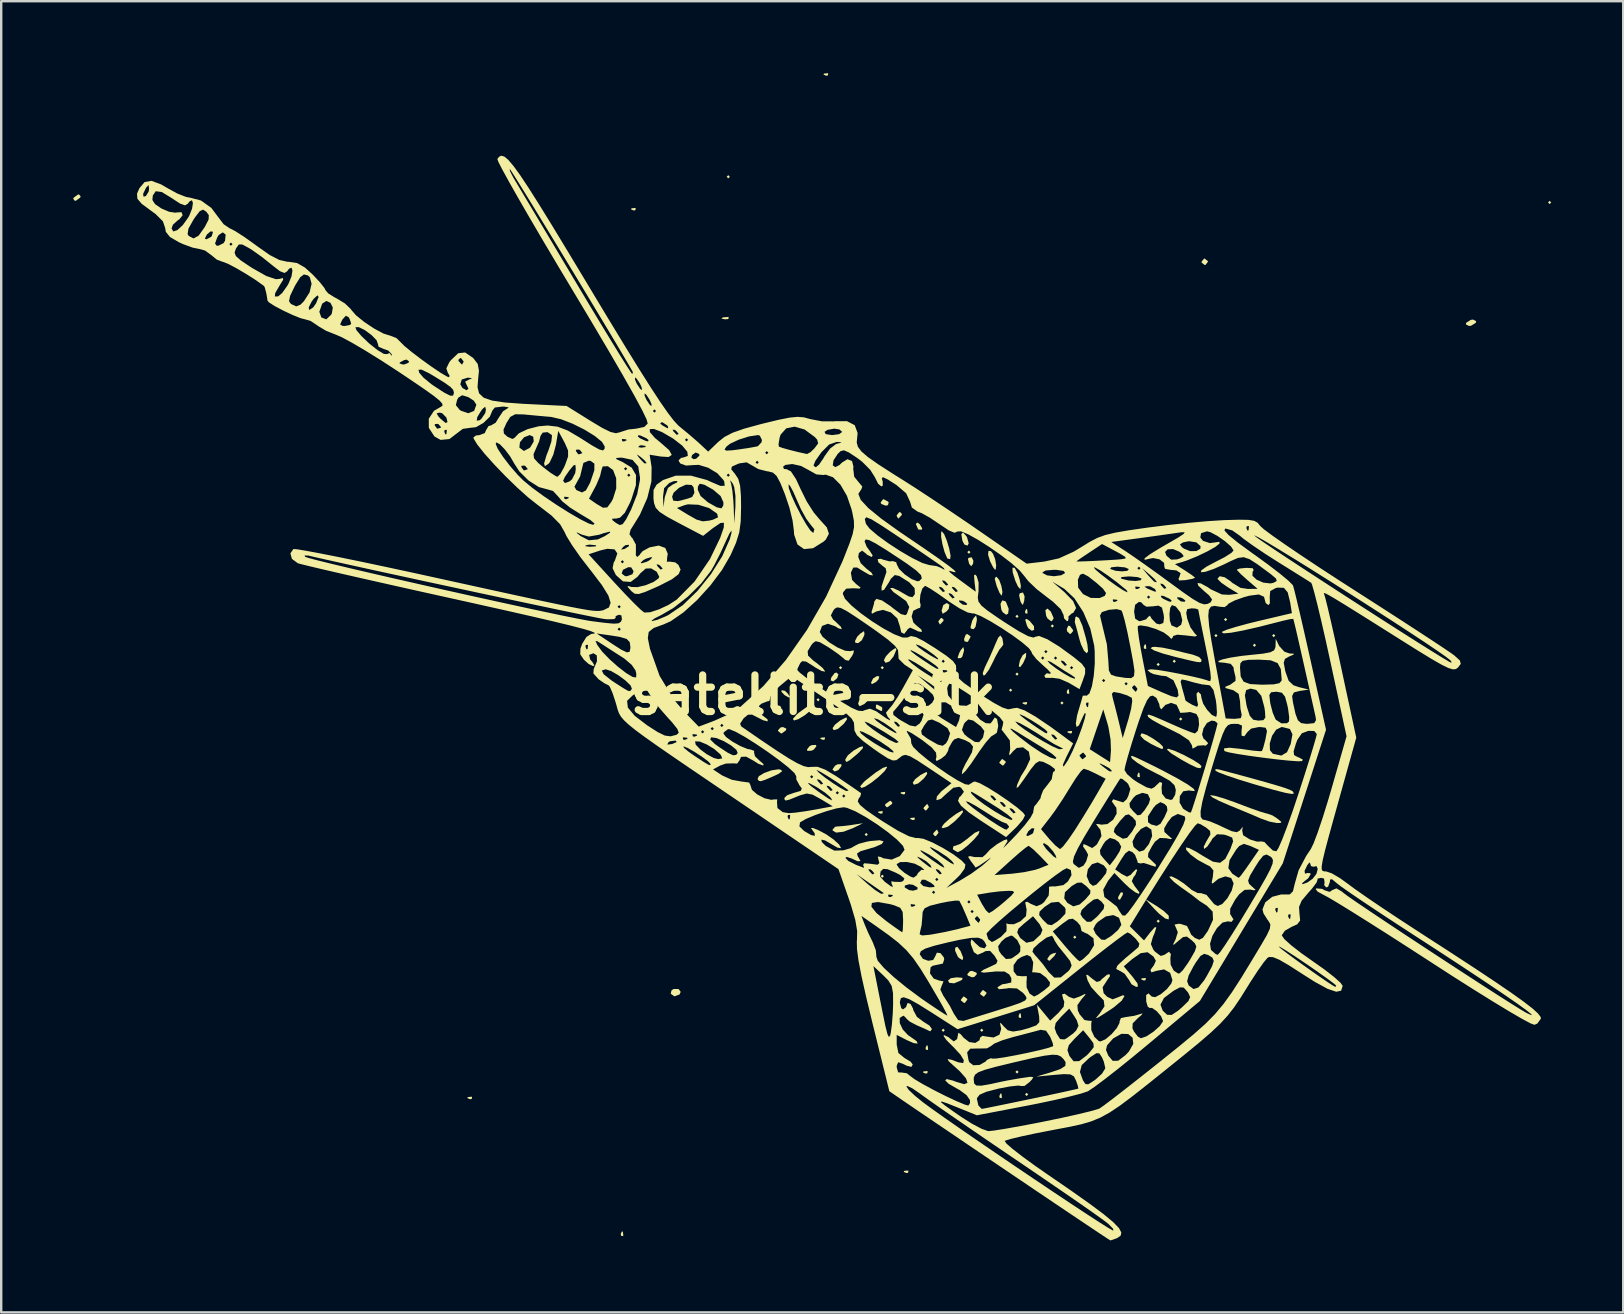
<source format=kicad_pcb>
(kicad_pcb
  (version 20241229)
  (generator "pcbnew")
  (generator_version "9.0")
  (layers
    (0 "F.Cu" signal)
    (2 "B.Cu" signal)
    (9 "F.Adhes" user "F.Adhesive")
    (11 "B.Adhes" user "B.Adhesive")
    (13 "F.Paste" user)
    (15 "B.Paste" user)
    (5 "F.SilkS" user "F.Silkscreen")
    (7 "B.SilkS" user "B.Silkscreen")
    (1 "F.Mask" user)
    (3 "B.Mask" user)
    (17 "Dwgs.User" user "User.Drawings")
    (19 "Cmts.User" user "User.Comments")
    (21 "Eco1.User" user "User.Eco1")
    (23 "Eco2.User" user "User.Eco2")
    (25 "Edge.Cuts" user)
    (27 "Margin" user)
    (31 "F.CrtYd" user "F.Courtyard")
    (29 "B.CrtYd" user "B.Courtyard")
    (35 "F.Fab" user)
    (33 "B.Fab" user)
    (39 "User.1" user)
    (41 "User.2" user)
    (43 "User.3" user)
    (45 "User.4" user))
  (footprint "satellite-silk"
    (layer "F.Cu")
    (at 30.836 25.906)
    (property "Reference" "satellite-silk" (at 0 0 0) (layer "F.SilkS") (effects (font (size 1.524 1.524) (thickness 0.3))))
    (attr board_only exclude_from_pos_files exclude_from_bom)
    (fp_poly (pts (xy -3.476 -21.59) (xy -3.543 -21.523) (xy -3.609 -21.59) (xy -3.543 -21.657)) (stroke (width 0) (type solid)) (fill yes) (layer "F.SilkS"))
    (fp_poly (pts (xy 0.267 0.201) (xy 0.201 0.267) (xy 0.134 0.201) (xy 0.201 0.134)) (stroke (width 0) (type solid)) (fill yes) (layer "F.SilkS"))
    (fp_poly (pts (xy 1.203 -1.136) (xy 1.136 -1.069) (xy 1.069 -1.136) (xy 1.136 -1.203)) (stroke (width 0) (type solid)) (fill yes) (layer "F.SilkS"))
    (fp_poly (pts (xy 2.273 5.815) (xy 2.206 5.882) (xy 2.139 5.815) (xy 2.206 5.748)) (stroke (width 0) (type solid)) (fill yes) (layer "F.SilkS"))
    (fp_poly (pts (xy 2.941 -1.136) (xy 2.874 -1.069) (xy 2.807 -1.136) (xy 2.874 -1.203)) (stroke (width 0) (type solid)) (fill yes) (layer "F.SilkS"))
    (fp_poly (pts (xy 2.941 7.553) (xy 2.874 7.62) (xy 2.807 7.553) (xy 2.874 7.486)) (stroke (width 0) (type solid)) (fill yes) (layer "F.SilkS"))
    (fp_poly (pts (xy 4.144 0.201) (xy 4.077 0.267) (xy 4.011 0.201) (xy 4.077 0.134)) (stroke (width 0) (type solid)) (fill yes) (layer "F.SilkS"))
    (fp_poly (pts (xy 5.481 13.97) (xy 5.414 14.037) (xy 5.347 13.97) (xy 5.414 13.903)) (stroke (width 0) (type solid)) (fill yes) (layer "F.SilkS"))
    (fp_poly (pts (xy 6.551 -5.949) (xy 6.484 -5.882) (xy 6.417 -5.949) (xy 6.484 -6.016)) (stroke (width 0) (type solid)) (fill yes) (layer "F.SilkS"))
    (fp_poly (pts (xy 7.085 13.97) (xy 7.018 14.037) (xy 6.952 13.97) (xy 7.018 13.903)) (stroke (width 0) (type solid)) (fill yes) (layer "F.SilkS"))
    (fp_poly (pts (xy 8.288 -0.201) (xy 8.222 -0.134) (xy 8.155 -0.201) (xy 8.222 -0.267)) (stroke (width 0) (type solid)) (fill yes) (layer "F.SilkS"))
    (fp_poly (pts (xy 8.556 -3.275) (xy 8.489 -3.208) (xy 8.422 -3.275) (xy 8.489 -3.342)) (stroke (width 0) (type solid)) (fill yes) (layer "F.SilkS"))
    (fp_poly (pts (xy 8.556 -0.869) (xy 8.489 -0.802) (xy 8.422 -0.869) (xy 8.489 -0.936)) (stroke (width 0) (type solid)) (fill yes) (layer "F.SilkS"))
    (fp_poly (pts (xy 8.556 15.708) (xy 8.489 15.775) (xy 8.422 15.708) (xy 8.489 15.641)) (stroke (width 0) (type solid)) (fill yes) (layer "F.SilkS"))
    (fp_poly (pts (xy 8.957 16.644) (xy 8.89 16.711) (xy 8.823 16.644) (xy 8.89 16.577)) (stroke (width 0) (type solid)) (fill yes) (layer "F.SilkS"))
    (fp_poly (pts (xy 10.026 -2.874) (xy 9.959 -2.807) (xy 9.893 -2.874) (xy 9.959 -2.941)) (stroke (width 0) (type solid)) (fill yes) (layer "F.SilkS"))
    (fp_poly (pts (xy 10.427 0.334) (xy 10.361 0.401) (xy 10.294 0.334) (xy 10.361 0.267)) (stroke (width 0) (type solid)) (fill yes) (layer "F.SilkS"))
    (fp_poly (pts (xy 10.962 10.093) (xy 10.895 10.16) (xy 10.828 10.093) (xy 10.895 10.026)) (stroke (width 0) (type solid)) (fill yes) (layer "F.SilkS"))
    (fp_poly (pts (xy 14.438 -1.27) (xy 14.371 -1.203) (xy 14.304 -1.27) (xy 14.371 -1.337)) (stroke (width 0) (type solid)) (fill yes) (layer "F.SilkS"))
    (fp_poly (pts (xy 14.438 9.425) (xy 14.371 9.492) (xy 14.304 9.425) (xy 14.371 9.358)) (stroke (width 0) (type solid)) (fill yes) (layer "F.SilkS"))
    (fp_poly (pts (xy 15.106 -1.404) (xy 15.039 -1.337) (xy 14.973 -1.404) (xy 15.039 -1.471)) (stroke (width 0) (type solid)) (fill yes) (layer "F.SilkS"))
    (fp_poly (pts (xy 15.374 1.003) (xy 15.307 1.069) (xy 15.24 1.003) (xy 15.307 0.936)) (stroke (width 0) (type solid)) (fill yes) (layer "F.SilkS"))
    (fp_poly (pts (xy 16.844 -2.473) (xy 16.777 -2.406) (xy 16.711 -2.473) (xy 16.777 -2.54)) (stroke (width 0) (type solid)) (fill yes) (layer "F.SilkS"))
    (fp_poly (pts (xy 17.245 -3.142) (xy 17.178 -3.075) (xy 17.112 -3.142) (xy 17.178 -3.208)) (stroke (width 0) (type solid)) (fill yes) (layer "F.SilkS"))
    (fp_poly (pts (xy 18.448 -2.072) (xy 18.382 -2.005) (xy 18.315 -2.072) (xy 18.382 -2.139)) (stroke (width 0) (type solid)) (fill yes) (layer "F.SilkS"))
    (fp_poly (pts (xy 19.251 -2.473) (xy 19.184 -2.406) (xy 19.117 -2.473) (xy 19.184 -2.54)) (stroke (width 0) (type solid)) (fill yes) (layer "F.SilkS"))
    (fp_poly (pts (xy 30.747 -20.521) (xy 30.681 -20.454) (xy 30.614 -20.521) (xy 30.681 -20.587)) (stroke (width 0) (type solid)) (fill yes) (layer "F.SilkS"))
    (fp_poly (pts (xy -14.215 16.755) (xy -14.233 16.835) (xy -14.304 16.844) (xy -14.414 16.795) (xy -14.393 16.755) (xy -14.235 16.739)) (stroke (width 0) (type solid)) (fill yes) (layer "F.SilkS"))
    (fp_poly (pts (xy -7.932 22.37) (xy -7.916 22.528) (xy -7.932 22.548) (xy -8.011 22.53) (xy -8.021 22.459) (xy -7.972 22.349)) (stroke (width 0) (type solid)) (fill yes) (layer "F.SilkS"))
    (fp_poly (pts (xy -7.397 -20.275) (xy -7.416 -20.196) (xy -7.486 -20.186) (xy -7.596 -20.235) (xy -7.575 -20.275) (xy -7.417 -20.291)) (stroke (width 0) (type solid)) (fill yes) (layer "F.SilkS"))
    (fp_poly (pts (xy -3.512 -15.722) (xy -3.552 -15.661) (xy -3.687 -15.652) (xy -3.83 -15.684) (xy -3.768 -15.732) (xy -3.559 -15.748)) (stroke (width 0) (type solid)) (fill yes) (layer "F.SilkS"))
    (fp_poly (pts (xy 0.49 1.782) (xy 0.472 1.862) (xy 0.401 1.872) (xy 0.291 1.823) (xy 0.312 1.782) (xy 0.471 1.766)) (stroke (width 0) (type solid)) (fill yes) (layer "F.SilkS"))
    (fp_poly (pts (xy 0.624 -25.89) (xy 0.606 -25.811) (xy 0.535 -25.801) (xy 0.425 -25.85) (xy 0.446 -25.89) (xy 0.604 -25.906)) (stroke (width 0) (type solid)) (fill yes) (layer "F.SilkS"))
    (fp_poly (pts (xy 2.896 4.857) (xy 2.878 4.937) (xy 2.807 4.946) (xy 2.697 4.897) (xy 2.718 4.857) (xy 2.877 4.841)) (stroke (width 0) (type solid)) (fill yes) (layer "F.SilkS"))
    (fp_poly (pts (xy 3.832 4.055) (xy 3.814 4.135) (xy 3.743 4.144) (xy 3.633 4.095) (xy 3.654 4.055) (xy 3.813 4.039)) (stroke (width 0) (type solid)) (fill yes) (layer "F.SilkS"))
    (fp_poly (pts (xy 3.966 19.83) (xy 3.948 19.909) (xy 3.877 19.919) (xy 3.767 19.87) (xy 3.788 19.83) (xy 3.946 19.814)) (stroke (width 0) (type solid)) (fill yes) (layer "F.SilkS"))
    (fp_poly (pts (xy 4.233 5.125) (xy 4.215 5.204) (xy 4.144 5.214) (xy 4.034 5.165) (xy 4.055 5.125) (xy 4.214 5.109)) (stroke (width 0) (type solid)) (fill yes) (layer "F.SilkS"))
    (fp_poly (pts (xy 4.768 14.616) (xy 4.784 14.775) (xy 4.768 14.794) (xy 4.689 14.776) (xy 4.679 14.705) (xy 4.728 14.595)) (stroke (width 0) (type solid)) (fill yes) (layer "F.SilkS"))
    (fp_poly (pts (xy 4.768 15.686) (xy 4.75 15.765) (xy 4.679 15.775) (xy 4.569 15.726) (xy 4.59 15.686) (xy 4.748 15.67)) (stroke (width 0) (type solid)) (fill yes) (layer "F.SilkS"))
    (fp_poly (pts (xy 7.843 16.621) (xy 7.859 16.78) (xy 7.843 16.8) (xy 7.763 16.781) (xy 7.754 16.711) (xy 7.803 16.6)) (stroke (width 0) (type solid)) (fill yes) (layer "F.SilkS"))
    (fp_poly (pts (xy 8.645 13.279) (xy 8.661 13.438) (xy 8.645 13.458) (xy 8.565 13.439) (xy 8.556 13.368) (xy 8.605 13.258)) (stroke (width 0) (type solid)) (fill yes) (layer "F.SilkS"))
    (fp_poly (pts (xy 8.912 -3.565) (xy 8.928 -3.406) (xy 8.912 -3.387) (xy 8.833 -3.405) (xy 8.823 -3.476) (xy 8.872 -3.586)) (stroke (width 0) (type solid)) (fill yes) (layer "F.SilkS"))
    (fp_poly (pts (xy 8.912 0.312) (xy 8.894 0.391) (xy 8.823 0.401) (xy 8.713 0.352) (xy 8.734 0.312) (xy 8.893 0.296)) (stroke (width 0) (type solid)) (fill yes) (layer "F.SilkS"))
    (fp_poly (pts (xy 10.65 -0.223) (xy 10.666 -0.064) (xy 10.65 -0.045) (xy 10.571 -0.063) (xy 10.561 -0.134) (xy 10.61 -0.244)) (stroke (width 0) (type solid)) (fill yes) (layer "F.SilkS"))
    (fp_poly (pts (xy 10.784 1.515) (xy 10.766 1.595) (xy 10.695 1.604) (xy 10.585 1.555) (xy 10.606 1.515) (xy 10.764 1.499)) (stroke (width 0) (type solid)) (fill yes) (layer "F.SilkS"))
    (fp_poly (pts (xy 13.591 3.253) (xy 13.607 3.412) (xy 13.591 3.431) (xy 13.512 3.413) (xy 13.502 3.342) (xy 13.551 3.232)) (stroke (width 0) (type solid)) (fill yes) (layer "F.SilkS"))
    (fp_poly (pts (xy 13.859 -2.094) (xy 13.875 -1.936) (xy 13.859 -1.916) (xy 13.779 -1.934) (xy 13.769 -2.005) (xy 13.818 -2.115)) (stroke (width 0) (type solid)) (fill yes) (layer "F.SilkS"))
    (fp_poly (pts (xy 13.859 11.809) (xy 13.84 11.888) (xy 13.769 11.898) (xy 13.659 11.849) (xy 13.68 11.809) (xy 13.839 11.793)) (stroke (width 0) (type solid)) (fill yes) (layer "F.SilkS"))
    (fp_poly (pts (xy -5.523 12.371) (xy -5.574 12.481) (xy -5.791 12.558) (xy -5.94 12.447) (xy -5.905 12.305) (xy -5.819 12.252) (xy -5.613 12.251)) (stroke (width 0) (type solid)) (fill yes) (layer "F.SilkS"))
    (fp_poly (pts (xy -1.185 -0.174) (xy -1.072 -0.07) (xy -0.953 0.103) (xy -1.032 0.102) (xy -1.199 0.005) (xy -1.329 -0.136) (xy -1.319 -0.196)) (stroke (width 0) (type solid)) (fill yes) (layer "F.SilkS"))
    (fp_poly (pts (xy 2.753 -0.768) (xy 2.717 -0.647) (xy 2.61 -0.537) (xy 2.442 -0.451) (xy 2.406 -0.51) (xy 2.49 -0.686) (xy 2.656 -0.789)) (stroke (width 0) (type solid)) (fill yes) (layer "F.SilkS"))
    (fp_poly (pts (xy 6.672 -5.587) (xy 6.656 -5.463) (xy 6.582 -5.362) (xy 6.495 -5.463) (xy 6.446 -5.66) (xy 6.47 -5.713) (xy 6.602 -5.735)) (stroke (width 0) (type solid)) (fill yes) (layer "F.SilkS"))
    (fp_poly (pts (xy 12.908 8.244) (xy 12.885 8.348) (xy 12.777 8.536) (xy 12.707 8.505) (xy 12.7 8.43) (xy 12.797 8.249) (xy 12.832 8.223)) (stroke (width 0) (type solid)) (fill yes) (layer "F.SilkS"))
    (fp_poly (pts (xy -30.525 -20.772) (xy -30.547 -20.721) (xy -30.724 -20.592) (xy -30.763 -20.587) (xy -30.836 -20.67) (xy -30.814 -20.721) (xy -30.637 -20.85) (xy -30.598 -20.855)) (stroke (width 0) (type solid)) (fill yes) (layer "F.SilkS"))
    (fp_poly (pts (xy -1.372 0.464) (xy -1.337 0.535) (xy -1.357 0.651) (xy -1.473 0.617) (xy -1.604 0.535) (xy -1.727 0.431) (xy -1.601 0.404) (xy -1.571 0.403)) (stroke (width 0) (type solid)) (fill yes) (layer "F.SilkS"))
    (fp_poly (pts (xy -1.124 1.402) (xy -1.136 1.471) (xy -1.307 1.599) (xy -1.345 1.604) (xy -1.467 1.502) (xy -1.471 1.471) (xy -1.362 1.353) (xy -1.262 1.337)) (stroke (width 0) (type solid)) (fill yes) (layer "F.SilkS"))
    (fp_poly (pts (xy 0.134 2.129) (xy 0.027 2.271) (xy -0.067 2.321) (xy -0.239 2.331) (xy -0.267 2.283) (xy -0.161 2.14) (xy -0.067 2.091) (xy 0.106 2.081)) (stroke (width 0) (type solid)) (fill yes) (layer "F.SilkS"))
    (fp_poly (pts (xy 1.049 -0.857) (xy 0.994 -0.697) (xy 0.839 -0.569) (xy 0.827 -0.565) (xy 0.726 -0.607) (xy 0.749 -0.724) (xy 0.886 -0.908) (xy 0.961 -0.936)) (stroke (width 0) (type solid)) (fill yes) (layer "F.SilkS"))
    (fp_poly (pts (xy 1.173 2.966) (xy 1.05 3.126) (xy 0.889 3.188) (xy 0.802 3.11) (xy 0.802 3.1) (xy 0.909 2.946) (xy 1.014 2.888) (xy 1.171 2.885)) (stroke (width 0) (type solid)) (fill yes) (layer "F.SilkS"))
    (fp_poly (pts (xy 2.847 0.499) (xy 2.874 0.535) (xy 2.868 0.658) (xy 2.823 0.668) (xy 2.634 0.571) (xy 2.607 0.535) (xy 2.613 0.411) (xy 2.658 0.401)) (stroke (width 0) (type solid)) (fill yes) (layer "F.SilkS"))
    (fp_poly (pts (xy 3.114 -8.058) (xy 3.142 -8.021) (xy 3.111 -7.907) (xy 3.016 -7.887) (xy 2.833 -7.957) (xy 2.807 -8.021) (xy 2.903 -8.151) (xy 2.933 -8.155)) (stroke (width 0) (type solid)) (fill yes) (layer "F.SilkS"))
    (fp_poly (pts (xy 3.297 4.494) (xy 3.275 4.545) (xy 3.098 4.674) (xy 3.059 4.679) (xy 2.986 4.597) (xy 3.008 4.545) (xy 3.185 4.417) (xy 3.224 4.412)) (stroke (width 0) (type solid)) (fill yes) (layer "F.SilkS"))
    (fp_poly (pts (xy 3.697 -7.538) (xy 3.676 -7.486) (xy 3.556 -7.359) (xy 3.535 -7.353) (xy 3.477 -7.456) (xy 3.476 -7.486) (xy 3.579 -7.615) (xy 3.617 -7.62)) (stroke (width 0) (type solid)) (fill yes) (layer "F.SilkS"))
    (fp_poly (pts (xy 4.436 -7.114) (xy 4.538 -6.944) (xy 4.525 -6.887) (xy 4.386 -6.891) (xy 4.367 -6.907) (xy 4.279 -7.113) (xy 4.278 -7.134) (xy 4.346 -7.184)) (stroke (width 0) (type solid)) (fill yes) (layer "F.SilkS"))
    (fp_poly (pts (xy 4.811 4.649) (xy 4.813 4.679) (xy 4.71 4.807) (xy 4.671 4.813) (xy 4.591 4.731) (xy 4.612 4.679) (xy 4.732 4.551) (xy 4.754 4.545)) (stroke (width 0) (type solid)) (fill yes) (layer "F.SilkS"))
    (fp_poly (pts (xy 5.212 5.718) (xy 5.214 5.748) (xy 5.111 5.877) (xy 5.072 5.882) (xy 4.992 5.8) (xy 5.013 5.748) (xy 5.133 5.621) (xy 5.155 5.615)) (stroke (width 0) (type solid)) (fill yes) (layer "F.SilkS"))
    (fp_poly (pts (xy 5.435 -3.127) (xy 5.414 -3.075) (xy 5.294 -2.947) (xy 5.273 -2.941) (xy 5.215 -3.044) (xy 5.214 -3.075) (xy 5.316 -3.203) (xy 5.355 -3.208)) (stroke (width 0) (type solid)) (fill yes) (layer "F.SilkS"))
    (fp_poly (pts (xy 5.671 -3.76) (xy 5.645 -3.589) (xy 5.546 -3.475) (xy 5.389 -3.382) (xy 5.347 -3.504) (xy 5.347 -3.518) (xy 5.415 -3.741) (xy 5.559 -3.831)) (stroke (width 0) (type solid)) (fill yes) (layer "F.SilkS"))
    (fp_poly (pts (xy 6.138 10.673) (xy 6.246 10.945) (xy 6.217 11.053) (xy 6.07 10.957) (xy 6.022 10.903) (xy 5.909 10.656) (xy 5.914 10.532) (xy 6.004 10.491)) (stroke (width 0) (type solid)) (fill yes) (layer "F.SilkS"))
    (fp_poly (pts (xy 6.216 11.786) (xy 6.209 11.855) (xy 6.149 11.898) (xy 5.867 12.016) (xy 5.663 11.994) (xy 5.615 11.898) (xy 5.73 11.802) (xy 5.982 11.766)) (stroke (width 0) (type solid)) (fill yes) (layer "F.SilkS"))
    (fp_poly (pts (xy 6.383 -6.611) (xy 6.406 -6.57) (xy 6.477 -6.318) (xy 6.427 -6.222) (xy 6.296 -6.268) (xy 6.214 -6.425) (xy 6.169 -6.698) (xy 6.239 -6.77)) (stroke (width 0) (type solid)) (fill yes) (layer "F.SilkS"))
    (fp_poly (pts (xy 6.413 12.668) (xy 6.417 12.7) (xy 6.315 12.83) (xy 6.283 12.834) (xy 6.153 12.732) (xy 6.149 12.7) (xy 6.251 12.57) (xy 6.283 12.566)) (stroke (width 0) (type solid)) (fill yes) (layer "F.SilkS"))
    (fp_poly (pts (xy 6.547 -2.444) (xy 6.551 -2.414) (xy 6.453 -2.233) (xy 6.417 -2.206) (xy 6.302 -2.236) (xy 6.283 -2.332) (xy 6.353 -2.514) (xy 6.417 -2.54)) (stroke (width 0) (type solid)) (fill yes) (layer "F.SilkS"))
    (fp_poly (pts (xy 6.795 11.569) (xy 6.818 11.631) (xy 6.71 11.749) (xy 6.617 11.764) (xy 6.439 11.692) (xy 6.417 11.631) (xy 6.525 11.512) (xy 6.617 11.497)) (stroke (width 0) (type solid)) (fill yes) (layer "F.SilkS"))
    (fp_poly (pts (xy 7.215 12.401) (xy 7.219 12.433) (xy 7.117 12.562) (xy 7.085 12.566) (xy 6.955 12.465) (xy 6.952 12.433) (xy 7.053 12.303) (xy 7.085 12.299)) (stroke (width 0) (type solid)) (fill yes) (layer "F.SilkS"))
    (fp_poly (pts (xy 8.017 2.775) (xy 8.021 2.807) (xy 7.919 2.937) (xy 7.887 2.941) (xy 7.758 2.839) (xy 7.754 2.807) (xy 7.855 2.678) (xy 7.887 2.674)) (stroke (width 0) (type solid)) (fill yes) (layer "F.SilkS"))
    (fp_poly (pts (xy 8.805 -4.108) (xy 8.789 -3.921) (xy 8.734 -3.749) (xy 8.666 -3.828) (xy 8.627 -3.916) (xy 8.577 -4.152) (xy 8.606 -4.239) (xy 8.738 -4.269)) (stroke (width 0) (type solid)) (fill yes) (layer "F.SilkS"))
    (fp_poly (pts (xy 9.024 -3.075) (xy 9.196 -2.866) (xy 9.201 -2.71) (xy 9.105 -2.674) (xy 8.96 -2.781) (xy 8.904 -2.885) (xy 8.83 -3.135) (xy 8.893 -3.169)) (stroke (width 0) (type solid)) (fill yes) (layer "F.SilkS"))
    (fp_poly (pts (xy 9.898 -3.472) (xy 10.018 -3.198) (xy 9.944 -3.078) (xy 9.907 -3.075) (xy 9.763 -3.182) (xy 9.703 -3.294) (xy 9.67 -3.529) (xy 9.757 -3.601)) (stroke (width 0) (type solid)) (fill yes) (layer "F.SilkS"))
    (fp_poly (pts (xy 10.061 10.853) (xy 10.029 10.892) (xy 9.84 11.078) (xy 9.763 11.035) (xy 9.759 10.976) (xy 9.866 10.833) (xy 9.978 10.773) (xy 10.123 10.739)) (stroke (width 0) (type solid)) (fill yes) (layer "F.SilkS"))
    (fp_poly (pts (xy 10.695 -2.874) (xy 10.823 -2.703) (xy 10.828 -2.666) (xy 10.726 -2.544) (xy 10.695 -2.54) (xy 10.577 -2.649) (xy 10.561 -2.748) (xy 10.626 -2.887)) (stroke (width 0) (type solid)) (fill yes) (layer "F.SilkS"))
    (fp_poly (pts (xy 16.439 -18.079) (xy 16.443 -18.047) (xy 16.341 -17.918) (xy 16.309 -17.914) (xy 16.18 -18.015) (xy 16.176 -18.047) (xy 16.278 -18.177) (xy 16.309 -18.181)) (stroke (width 0) (type solid)) (fill yes) (layer "F.SilkS"))
    (fp_poly (pts (xy 27.62 -15.574) (xy 27.606 -15.507) (xy 27.413 -15.386) (xy 27.323 -15.374) (xy 27.19 -15.441) (xy 27.205 -15.507) (xy 27.398 -15.629) (xy 27.488 -15.641)) (stroke (width 0) (type solid)) (fill yes) (layer "F.SilkS"))
    (fp_poly (pts (xy 1.404 1.019) (xy 1.27 1.203) (xy 1.028 1.414) (xy 0.853 1.469) (xy 0.802 1.385) (xy 0.902 1.239) (xy 1.122 1.063) (xy 1.343 0.949) (xy 1.391 0.94)) (stroke (width 0) (type solid)) (fill yes) (layer "F.SilkS"))
    (fp_poly (pts (xy 2.134 -2.552) (xy 2.121 -2.48) (xy 2.023 -2.28) (xy 1.873 -2.16) (xy 1.756 -2.172) (xy 1.738 -2.245) (xy 1.83 -2.427) (xy 1.954 -2.553) (xy 2.113 -2.658)) (stroke (width 0) (type solid)) (fill yes) (layer "F.SilkS"))
    (fp_poly (pts (xy 2.311 0.04) (xy 2.267 0.243) (xy 2.126 0.378) (xy 1.93 0.469) (xy 1.872 0.378) (xy 1.872 0.352) (xy 1.944 0.126) (xy 2.102 -0.022) (xy 2.259 -0.029)) (stroke (width 0) (type solid)) (fill yes) (layer "F.SilkS"))
    (fp_poly (pts (xy 3.466 -1.895) (xy 3.354 -1.626) (xy 3.337 -1.595) (xy 3.172 -1.395) (xy 3.012 -1.337) (xy 2.941 -1.45) (xy 3.03 -1.615) (xy 3.208 -1.805) (xy 3.417 -1.956)) (stroke (width 0) (type solid)) (fill yes) (layer "F.SilkS"))
    (fp_poly (pts (xy 4.746 3.291) (xy 4.612 3.476) (xy 4.37 3.687) (xy 4.195 3.741) (xy 4.144 3.658) (xy 4.244 3.511) (xy 4.464 3.336) (xy 4.685 3.222) (xy 4.733 3.213)) (stroke (width 0) (type solid)) (fill yes) (layer "F.SilkS"))
    (fp_poly (pts (xy 6.281 -1.876) (xy 6.281 -1.846) (xy 6.213 -1.604) (xy 6.149 -1.537) (xy 6.027 -1.529) (xy 6.018 -1.563) (xy 6.085 -1.758) (xy 6.149 -1.872) (xy 6.253 -1.997)) (stroke (width 0) (type solid)) (fill yes) (layer "F.SilkS"))
    (fp_poly (pts (xy 6.815 -3.183) (xy 6.816 -3.116) (xy 6.763 -2.846) (xy 6.684 -2.741) (xy 6.566 -2.764) (xy 6.553 -2.833) (xy 6.623 -3.094) (xy 6.684 -3.208) (xy 6.782 -3.315)) (stroke (width 0) (type solid)) (fill yes) (layer "F.SilkS"))
    (fp_poly (pts (xy 7.997 -3.908) (xy 8.036 -3.858) (xy 8.142 -3.59) (xy 8.12 -3.389) (xy 8.035 -3.342) (xy 7.891 -3.449) (xy 7.834 -3.555) (xy 7.801 -3.795) (xy 7.872 -3.938)) (stroke (width 0) (type solid)) (fill yes) (layer "F.SilkS"))
    (fp_poly (pts (xy 8.872 -1.734) (xy 8.86 -1.586) (xy 8.75 -1.337) (xy 8.62 -1.156) (xy 8.563 -1.194) (xy 8.563 -1.203) (xy 8.611 -1.441) (xy 8.724 -1.656) (xy 8.843 -1.747)) (stroke (width 0) (type solid)) (fill yes) (layer "F.SilkS"))
    (fp_poly (pts (xy 14.302 8.792) (xy 14.607 9.004) (xy 14.795 9.182) (xy 14.814 9.217) (xy 14.808 9.354) (xy 14.658 9.312) (xy 14.404 9.11) (xy 14.229 8.933) (xy 13.836 8.508)) (stroke (width 0) (type solid)) (fill yes) (layer "F.SilkS"))
    (fp_poly (pts (xy 0 0.48) (xy -0.103 0.638) (xy -0.343 0.838) (xy -0.617 1.005) (xy -0.802 1.064) (xy -0.85 0.999) (xy -0.692 0.817) (xy -0.602 0.739) (xy -0.238 0.474) (xy -0.039 0.41)) (stroke (width 0) (type solid)) (fill yes) (layer "F.SilkS"))
    (fp_poly (pts (xy 7.402 -5.991) (xy 7.492 -5.878) (xy 7.579 -5.654) (xy 7.621 -5.396) (xy 7.6 -5.229) (xy 7.575 -5.214) (xy 7.493 -5.32) (xy 7.369 -5.565) (xy 7.283 -5.845) (xy 7.301 -6.005)) (stroke (width 0) (type solid)) (fill yes) (layer "F.SilkS"))
    (fp_poly (pts (xy 1.671 5.541) (xy 1.262 5.698) (xy 0.953 5.735) (xy 0.807 5.648) (xy 0.802 5.615) (xy 0.909 5.493) (xy 0.986 5.481) (xy 1.24 5.462) (xy 1.603 5.416) (xy 1.621 5.413) (xy 2.072 5.345)) (stroke (width 0) (type solid)) (fill yes) (layer "F.SilkS"))
    (fp_poly (pts (xy 2.068 2.213) (xy 1.901 2.398) (xy 1.817 2.473) (xy 1.528 2.713) (xy 1.385 2.794) (xy 1.339 2.737) (xy 1.337 2.681) (xy 1.44 2.516) (xy 1.677 2.319) (xy 1.939 2.171) (xy 2.068 2.139)) (stroke (width 0) (type solid)) (fill yes) (layer "F.SilkS"))
    (fp_poly (pts (xy 7.647 -4.915) (xy 7.75 -4.785) (xy 7.838 -4.539) (xy 7.882 -4.289) (xy 7.855 -4.149) (xy 7.838 -4.144) (xy 7.759 -4.256) (xy 7.646 -4.527) (xy 7.637 -4.555) (xy 7.56 -4.838) (xy 7.607 -4.923)) (stroke (width 0) (type solid)) (fill yes) (layer "F.SilkS"))
    (fp_poly (pts (xy 8.405 -5.274) (xy 8.509 -5.083) (xy 8.6 -4.804) (xy 8.649 -4.546) (xy 8.631 -4.414) (xy 8.622 -4.412) (xy 8.527 -4.521) (xy 8.419 -4.754) (xy 8.311 -5.1) (xy 8.297 -5.298) (xy 8.375 -5.303)) (stroke (width 0) (type solid)) (fill yes) (layer "F.SilkS"))
    (fp_poly (pts (xy -1.372 3.107) (xy -1.291 3.172) (xy -1.445 3.287) (xy -1.654 3.385) (xy -2.007 3.536) (xy -2.188 3.595) (xy -2.272 3.575) (xy -2.322 3.504) (xy -2.268 3.384) (xy -2.045 3.251) (xy -1.745 3.143) (xy -1.46 3.099)) (stroke (width 0) (type solid)) (fill yes) (layer "F.SilkS"))
    (fp_poly (pts (xy 3.075 3.011) (xy 2.975 3.171) (xy 2.733 3.405) (xy 2.432 3.646) (xy 2.156 3.824) (xy 2.009 3.876) (xy 1.951 3.809) (xy 2.116 3.618) (xy 2.206 3.54) (xy 2.596 3.235) (xy 2.895 3.041) (xy 3.058 2.986)) (stroke (width 0) (type solid)) (fill yes) (layer "F.SilkS"))
    (fp_poly (pts (xy 5.451 -6.703) (xy 5.565 -6.428) (xy 5.665 -6.093) (xy 5.72 -5.801) (xy 5.704 -5.659) (xy 5.592 -5.683) (xy 5.576 -5.706) (xy 5.47 -5.955) (xy 5.381 -6.283) (xy 5.327 -6.593) (xy 5.328 -6.791) (xy 5.353 -6.818)) (stroke (width 0) (type solid)) (fill yes) (layer "F.SilkS"))
    (fp_poly (pts (xy 6.234 4.887) (xy 6.095 5.064) (xy 5.879 5.277) (xy 5.652 5.456) (xy 5.583 5.498) (xy 5.394 5.553) (xy 5.347 5.511) (xy 5.445 5.369) (xy 5.678 5.159) (xy 5.953 4.954) (xy 6.177 4.826) (xy 6.232 4.813)) (stroke (width 0) (type solid)) (fill yes) (layer "F.SilkS"))
    (fp_poly (pts (xy 15.07 2.334) (xy 15.441 2.502) (xy 15.827 2.708) (xy 16.093 2.88) (xy 16.176 2.969) (xy 16.136 3.053) (xy 15.987 3.032) (xy 15.688 2.89) (xy 15.342 2.699) (xy 14.917 2.436) (xy 14.734 2.279) (xy 14.787 2.24)) (stroke (width 0) (type solid)) (fill yes) (layer "F.SilkS"))
    (fp_poly (pts (xy 13.903 1.672) (xy 14.174 1.829) (xy 14.429 2.011) (xy 14.567 2.151) (xy 14.572 2.168) (xy 14.566 2.242) (xy 14.505 2.246) (xy 14.321 2.164) (xy 14.07 2.039) (xy 13.782 1.861) (xy 13.632 1.702) (xy 13.661 1.611) (xy 13.715 1.604)) (stroke (width 0) (type solid)) (fill yes) (layer "F.SilkS"))
    (fp_poly (pts (xy 11.071 -3.205) (xy 11.208 -2.897) (xy 11.358 -2.373) (xy 11.421 -2.106) (xy 11.451 -1.816) (xy 11.391 -1.737) (xy 11.279 -1.846) (xy 11.151 -2.118) (xy 11.094 -2.306) (xy 10.992 -2.694) (xy 10.912 -2.981) (xy 10.895 -3.037) (xy 10.919 -3.235) (xy 10.957 -3.272)) (stroke (width 0) (type solid)) (fill yes) (layer "F.SilkS"))
    (fp_poly (pts (xy 6.925 5.678) (xy 6.884 5.8) (xy 6.701 6.017) (xy 6.449 6.26) (xy 6.199 6.46) (xy 6.023 6.55) (xy 6.015 6.551) (xy 5.843 6.454) (xy 5.815 6.417) (xy 5.842 6.299) (xy 5.922 6.283) (xy 6.138 6.198) (xy 6.427 5.988) (xy 6.479 5.942) (xy 6.734 5.74) (xy 6.905 5.669)) (stroke (width 0) (type solid)) (fill yes) (layer "F.SilkS"))
    (fp_poly (pts (xy 7.868 -2.378) (xy 7.883 -2.339) (xy 7.919 -2.11) (xy 7.871 -2.028) (xy 7.754 -1.889) (xy 7.586 -1.586) (xy 7.495 -1.393) (xy 7.317 -1.048) (xy 7.158 -0.835) (xy 7.099 -0.802) (xy 7.058 -0.902) (xy 7.149 -1.152) (xy 7.158 -1.17) (xy 7.336 -1.54) (xy 7.531 -1.985) (xy 7.566 -2.072) (xy 7.705 -2.387) (xy 7.794 -2.479)) (stroke (width 0) (type solid)) (fill yes) (layer "F.SilkS"))
    (fp_poly (pts (xy 14.552 -1.971) (xy 14.943 -1.891) (xy 14.973 -1.884) (xy 15.409 -1.775) (xy 15.806 -1.682) (xy 15.808 -1.681) (xy 16.074 -1.581) (xy 16.176 -1.468) (xy 16.171 -1.396) (xy 16.123 -1.363) (xy 15.98 -1.375) (xy 15.69 -1.438) (xy 15.201 -1.556) (xy 15.081 -1.586) (xy 14.552 -1.73) (xy 14.202 -1.854) (xy 14.054 -1.948) (xy 14.132 -1.999) (xy 14.249 -2.005)) (stroke (width 0) (type solid)) (fill yes) (layer "F.SilkS"))
    (fp_poly (pts (xy 16.911 3.107) (xy 17.902 3.373) (xy 18.662 3.582) (xy 19.219 3.741) (xy 19.603 3.859) (xy 19.842 3.946) (xy 19.964 4.008) (xy 19.979 4.021) (xy 20.03 4.104) (xy 19.935 4.125) (xy 19.667 4.078) (xy 19.202 3.959) (xy 18.515 3.763) (xy 18.291 3.697) (xy 17.706 3.517) (xy 17.216 3.351) (xy 16.878 3.222) (xy 16.754 3.155) (xy 16.763 3.087)) (stroke (width 0) (type solid)) (fill yes) (layer "F.SilkS"))
    (fp_poly (pts (xy 16.729 4.201) (xy 17.09 4.306) (xy 17.564 4.472) (xy 17.735 4.537) (xy 18.232 4.725) (xy 18.639 4.867) (xy 18.889 4.94) (xy 18.924 4.946) (xy 19.133 5.02) (xy 19.325 5.143) (xy 19.505 5.289) (xy 19.467 5.333) (xy 19.317 5.335) (xy 19.006 5.277) (xy 18.649 5.149) (xy 18.322 5.007) (xy 17.848 4.809) (xy 17.331 4.597) (xy 17.328 4.595) (xy 16.908 4.413) (xy 16.628 4.267) (xy 16.538 4.183) (xy 16.547 4.176)) (stroke (width 0) (type solid)) (fill yes) (layer "F.SilkS"))
    (fp_poly (pts (xy 12.365 11.711) (xy 12.253 11.875) (xy 12.056 12.177) (xy 12.098 12.423) (xy 12.243 12.575) (xy 12.472 12.682) (xy 12.711 12.591) (xy 12.908 12.509) (xy 12.967 12.544) (xy 12.85 12.74) (xy 12.516 13.021) (xy 12.098 13.297) (xy 11.838 13.453) (xy 11.776 13.466) (xy 11.884 13.332) (xy 11.931 13.278) (xy 12.134 12.973) (xy 12.102 12.725) (xy 11.849 12.471) (xy 11.578 12.174) (xy 11.43 11.893) (xy 11.37 11.667) (xy 11.432 11.663) (xy 11.594 11.801) (xy 11.805 11.956) (xy 11.947 11.922) (xy 12.029 11.834) (xy 12.233 11.664) (xy 12.336 11.631)) (stroke (width 0) (type solid)) (fill yes) (layer "F.SilkS"))
    (fp_poly (pts (xy -12.864 -22.427) (xy -12.702 -22.289) (xy -12.49 -22.039) (xy -12.216 -21.661) (xy -11.868 -21.137) (xy -11.433 -20.451) (xy -10.9 -19.588) (xy -10.258 -18.529) (xy -9.493 -17.26) (xy -9.357 -17.032) (xy -8.536 -15.669) (xy -7.838 -14.521) (xy -7.252 -13.572) (xy -6.767 -12.805) (xy -6.373 -12.204) (xy -6.059 -11.753) (xy -5.814 -11.434) (xy -5.628 -11.231) (xy -5.572 -11.183) (xy -5.182 -10.862) (xy -4.821 -10.55) (xy -4.711 -10.45) (xy -4.379 -10.139) (xy -4.289 -10.226) (xy -3.697 -10.226) (xy -3.625 -10.18) (xy -3.359 -10.196) (xy -3.135 -10.225) (xy -2.715 -10.287) (xy -2.396 -10.344) (xy -2.306 -10.366) (xy -2.214 -10.465) (xy -1.446 -10.465) (xy -1.436 -10.348) (xy -1.295 -10.296) (xy -0.994 -10.211) (xy -0.635 -10.121) (xy -0.318 -10.051) (xy -0.255 -10.04) (xy -0.115 -10.117) (xy 0.052 -10.278) (xy 0.204 -10.483) (xy 0.163 -10.638) (xy 0.063 -10.747) (xy -0.229 -10.962) (xy 0.468 -10.962) (xy 0.52 -10.867) (xy 0.78 -10.828) (xy 0.794 -10.828) (xy 1.079 -10.866) (xy 1.203 -10.958) (xy 1.203 -10.962) (xy 1.089 -11.063) (xy 0.877 -11.096) (xy 0.594 -11.046) (xy 0.468 -10.962) (xy -0.229 -10.962) (xy -0.359 -11.059) (xy -0.774 -11.179) (xy -1.125 -11.109) (xy -1.359 -10.849) (xy -1.399 -10.734) (xy -1.446 -10.465) (xy -2.214 -10.465) (xy -2.157 -10.527) (xy -2.139 -10.624) (xy -2.227 -10.804) (xy -2.306 -10.828) (xy -2.677 -10.772) (xy -3.102 -10.638) (xy -3.465 -10.468) (xy -3.621 -10.346) (xy -3.697 -10.226) (xy -4.289 -10.226) (xy -3.961 -10.542) (xy -3.701 -10.75) (xy -3.362 -10.925) (xy -2.885 -11.093) (xy -2.211 -11.278) (xy -2.097 -11.307) (xy -1.443 -11.465) (xy -0.983 -11.556) (xy -0.654 -11.588) (xy -0.392 -11.567) (xy -0.135 -11.497) (xy -0.134 -11.497) (xy 0.355 -11.402) (xy 0.852 -11.399) (xy 0.894 -11.405) (xy 1.403 -11.408) (xy 1.727 -11.24) (xy 1.847 -10.916) (xy 1.828 -10.712) (xy 1.81 -10.519) (xy 1.859 -10.34) (xy 2.004 -10.147) (xy 2.274 -9.915) (xy 2.698 -9.616) (xy 3.306 -9.224) (xy 3.779 -8.928) (xy 4.282 -8.607) (xy 4.937 -8.176) (xy 5.679 -7.68) (xy 6.442 -7.163) (xy 6.902 -6.846) (xy 8.89 -5.471) (xy 9.625 -5.557) (xy 9.655 -5.564) (xy 10.962 -5.564) (xy 11.082 -5.561) (xy 11.389 -5.571) (xy 11.804 -5.59) (xy 12.248 -5.614) (xy 12.639 -5.639) (xy 12.834 -5.655) (xy 13.01 -5.685) (xy 13.005 -5.75) (xy 12.795 -5.882) (xy 12.6 -5.987) (xy 12.033 -6.288) (xy 11.498 -5.934) (xy 11.186 -5.725) (xy 10.993 -5.589) (xy 10.962 -5.564) (xy 9.655 -5.564) (xy 10.235 -5.691) (xy 10.85 -5.97) (xy 11.188 -6.174) (xy 11.512 -6.374) (xy 12.415 -6.374) (xy 12.992 -6.003) (xy 13.338 -5.769) (xy 13.827 -5.426) (xy 14.389 -5.024) (xy 14.839 -4.695) (xy 15.415 -4.274) (xy 15.82 -3.994) (xy 16.097 -3.835) (xy 16.287 -3.775) (xy 16.433 -3.795) (xy 16.555 -3.86) (xy 16.618 -3.976) (xy 16.487 -4.155) (xy 16.287 -4.325) (xy 16.043 -4.553) (xy 16.008 -4.664) (xy 16.149 -4.647) (xy 16.432 -4.493) (xy 16.563 -4.401) (xy 17.026 -4.187) (xy 17.326 -4.172) (xy 17.713 -4.221) (xy 17.28 -4.483) (xy 16.999 -4.677) (xy 16.852 -4.825) (xy 16.845 -4.846) (xy 16.933 -4.947) (xy 17.142 -4.903) (xy 17.388 -4.738) (xy 17.446 -4.679) (xy 17.798 -4.464) (xy 18.102 -4.417) (xy 18.515 -4.422) (xy 18.081 -4.794) (xy 17.815 -5.034) (xy 17.661 -5.196) (xy 17.647 -5.223) (xy 17.763 -5.268) (xy 18.044 -5.295) (xy 18.048 -5.295) (xy 18.311 -5.281) (xy 18.349 -5.198) (xy 18.306 -5.136) (xy 18.297 -4.969) (xy 18.472 -4.803) (xy 18.749 -4.681) (xy 19.048 -4.646) (xy 19.173 -4.672) (xy 19.31 -4.747) (xy 19.279 -4.852) (xy 19.056 -5.04) (xy 18.972 -5.102) (xy 18.501 -5.449) (xy 18.178 -5.657) (xy 17.934 -5.74) (xy 17.697 -5.71) (xy 17.396 -5.58) (xy 17.123 -5.445) (xy 16.691 -5.252) (xy 16.339 -5.132) (xy 16.152 -5.111) (xy 16.169 -5.192) (xy 16.384 -5.346) (xy 16.744 -5.537) (xy 17.141 -5.742) (xy 17.419 -5.918) (xy 17.513 -6.019) (xy 17.408 -6.183) (xy 17.154 -6.407) (xy 16.837 -6.628) (xy 16.544 -6.783) (xy 16.405 -6.818) (xy 16.158 -6.741) (xy 16.126 -6.561) (xy 16.238 -6.421) (xy 16.521 -6.328) (xy 16.721 -6.353) (xy 16.923 -6.383) (xy 16.927 -6.309) (xy 16.754 -6.17) (xy 16.415 -5.979) (xy 15.993 -5.777) (xy 15.572 -5.606) (xy 15.389 -5.545) (xy 15.069 -5.451) (xy 15.489 -5.186) (xy 15.761 -5.004) (xy 15.903 -4.892) (xy 15.908 -4.882) (xy 15.793 -4.837) (xy 15.515 -4.785) (xy 15.511 -4.785) (xy 15.249 -4.77) (xy 15.215 -4.844) (xy 15.242 -4.882) (xy 15.305 -5.076) (xy 15.127 -5.19) (xy 14.876 -5.214) (xy 14.661 -5.254) (xy 14.629 -5.332) (xy 14.616 -5.505) (xy 14.432 -5.648) (xy 14.168 -5.704) (xy 14.043 -5.684) (xy 13.806 -5.63) (xy 13.802 -5.69) (xy 14.025 -5.86) (xy 14.184 -5.958) (xy 14.657 -5.958) (xy 14.718 -5.8) (xy 14.913 -5.637) (xy 15.156 -5.648) (xy 15.302 -5.698) (xy 15.437 -5.78) (xy 15.358 -5.891) (xy 15.257 -5.966) (xy 14.99 -6.079) (xy 14.765 -6.068) (xy 14.657 -5.958) (xy 14.184 -5.958) (xy 14.468 -6.133) (xy 14.716 -6.276) (xy 15.277 -6.276) (xy 15.358 -6.162) (xy 15.443 -6.097) (xy 15.702 -5.992) (xy 15.963 -5.995) (xy 16.128 -6.093) (xy 16.137 -6.2) (xy 15.962 -6.358) (xy 15.653 -6.406) (xy 15.412 -6.358) (xy 15.277 -6.276) (xy 14.716 -6.276) (xy 14.739 -6.289) (xy 15.193 -6.551) (xy 15.431 -6.707) (xy 15.476 -6.777) (xy 15.346 -6.781) (xy 15.24 -6.766) (xy 14.89 -6.715) (xy 14.371 -6.641) (xy 13.777 -6.559) (xy 13.594 -6.534) (xy 12.415 -6.374) (xy 11.512 -6.374) (xy 11.534 -6.387) (xy 11.84 -6.545) (xy 12.168 -6.664) (xy 12.578 -6.762) (xy 13.129 -6.857) (xy 13.786 -6.952) (xy 18.047 -6.952) (xy 18.096 -6.842) (xy 18.136 -6.862) (xy 18.152 -7.021) (xy 18.136 -7.041) (xy 18.057 -7.022) (xy 18.047 -6.952) (xy 13.786 -6.952) (xy 13.882 -6.966) (xy 13.929 -6.972) (xy 14.757 -7.077) (xy 15.628 -7.171) (xy 16.441 -7.242) (xy 17.096 -7.283) (xy 17.137 -7.285) (xy 17.739 -7.302) (xy 18.132 -7.295) (xy 18.372 -7.255) (xy 18.517 -7.173) (xy 18.622 -7.041) (xy 18.778 -6.901) (xy 19.132 -6.638) (xy 19.656 -6.271) (xy 20.322 -5.819) (xy 21.102 -5.301) (xy 21.969 -4.737) (xy 22.579 -4.345) (xy 23.495 -3.758) (xy 24.353 -3.205) (xy 25.123 -2.705) (xy 25.774 -2.279) (xy 26.279 -1.944) (xy 26.606 -1.722) (xy 26.708 -1.647) (xy 26.94 -1.438) (xy 26.978 -1.295) (xy 26.861 -1.14) (xy 26.773 -1.078) (xy 26.651 -1.066) (xy 26.464 -1.122) (xy 26.18 -1.26) (xy 25.769 -1.496) (xy 25.197 -1.845) (xy 24.434 -2.324) (xy 24.388 -2.353) (xy 23.45 -2.944) (xy 22.716 -3.405) (xy 22.161 -3.75) (xy 21.763 -3.994) (xy 21.498 -4.149) (xy 21.344 -4.229) (xy 21.277 -4.249) (xy 21.275 -4.222) (xy 21.284 -4.206) (xy 21.334 -4.043) (xy 21.43 -3.657) (xy 21.563 -3.089) (xy 21.724 -2.376) (xy 21.905 -1.559) (xy 21.993 -1.149) (xy 22.624 1.779) (xy 21.949 4.198) (xy 21.676 5.179) (xy 21.468 5.932) (xy 21.321 6.487) (xy 21.228 6.875) (xy 21.185 7.126) (xy 21.185 7.269) (xy 21.224 7.334) (xy 21.295 7.352) (xy 21.369 7.353) (xy 21.604 7.432) (xy 21.956 7.639) (xy 22.274 7.87) (xy 22.59 8.103) (xy 23.084 8.448) (xy 23.71 8.872) (xy 24.423 9.345) (xy 25.174 9.835) (xy 25.266 9.895) (xy 26.524 10.708) (xy 27.571 11.392) (xy 28.422 11.958) (xy 29.094 12.417) (xy 29.601 12.78) (xy 29.961 13.058) (xy 30.189 13.264) (xy 30.301 13.407) (xy 30.318 13.485) (xy 30.167 13.693) (xy 30.046 13.744) (xy 29.884 13.683) (xy 29.525 13.491) (xy 28.995 13.183) (xy 28.322 12.775) (xy 27.53 12.282) (xy 26.646 11.722) (xy 25.788 11.167) (xy 24.839 10.553) (xy 23.942 9.977) (xy 23.126 9.46) (xy 22.422 9.018) (xy 21.856 8.67) (xy 21.46 8.435) (xy 21.274 8.336) (xy 21.01 8.192) (xy 20.932 8.083) (xy 20.959 8.06) (xy 21.202 8.079) (xy 21.304 8.139) (xy 21.515 8.205) (xy 21.632 8.127) (xy 21.799 8.06) (xy 22.028 8.193) (xy 22.09 8.247) (xy 22.266 8.378) (xy 22.633 8.633) (xy 23.158 8.988) (xy 23.807 9.422) (xy 24.546 9.913) (xy 25.343 10.438) (xy 26.164 10.976) (xy 26.974 11.505) (xy 27.741 12.003) (xy 28.43 12.447) (xy 29.009 12.816) (xy 29.444 13.088) (xy 29.701 13.241) (xy 29.723 13.253) (xy 29.929 13.345) (xy 29.92 13.302) (xy 29.707 13.131) (xy 29.301 12.838) (xy 28.712 12.432) (xy 27.95 11.921) (xy 27.028 11.31) (xy 25.955 10.608) (xy 25.066 10.032) (xy 24.259 9.507) (xy 23.513 9.016) (xy 22.862 8.582) (xy 22.339 8.226) (xy 21.979 7.973) (xy 21.824 7.852) (xy 21.615 7.679) (xy 21.534 7.69) (xy 21.523 7.797) (xy 21.451 7.989) (xy 21.375 8.021) (xy 21.286 7.924) (xy 21.304 7.821) (xy 21.282 7.65) (xy 21.162 7.62) (xy 21.01 7.653) (xy 21.013 7.689) (xy 20.97 7.816) (xy 20.784 8.065) (xy 20.627 8.241) (xy 20.348 8.573) (xy 20.239 8.833) (xy 20.258 9.114) (xy 20.258 9.114) (xy 20.287 9.397) (xy 20.164 9.557) (xy 19.931 9.662) (xy 19.649 9.824) (xy 19.523 10.009) (xy 19.523 10.022) (xy 19.63 10.175) (xy 19.917 10.434) (xy 20.339 10.761) (xy 20.793 11.082) (xy 21.296 11.437) (xy 21.704 11.755) (xy 21.973 11.998) (xy 22.058 12.122) (xy 21.993 12.324) (xy 21.789 12.366) (xy 21.429 12.245) (xy 20.897 11.954) (xy 20.384 11.629) (xy 19.812 11.261) (xy 19.416 11.032) (xy 19.156 10.924) (xy 18.992 10.918) (xy 18.925 10.955) (xy 18.77 11.138) (xy 18.523 11.487) (xy 18.226 11.941) (xy 18.101 12.142) (xy 17.803 12.619) (xy 17.537 13.013) (xy 17.266 13.361) (xy 16.955 13.699) (xy 16.568 14.065) (xy 16.07 14.494) (xy 15.426 15.022) (xy 14.791 15.533) (xy 13.968 16.194) (xy 13.313 16.71) (xy 12.788 17.104) (xy 12.352 17.396) (xy 11.964 17.61) (xy 11.584 17.766) (xy 11.172 17.887) (xy 10.688 17.993) (xy 10.09 18.106) (xy 9.95 18.133) (xy 9.272 18.265) (xy 8.688 18.389) (xy 8.249 18.494) (xy 8.006 18.567) (xy 7.976 18.583) (xy 8.044 18.687) (xy 8.302 18.913) (xy 8.716 19.234) (xy 9.253 19.625) (xy 9.781 19.992) (xy 10.756 20.662) (xy 11.522 21.204) (xy 12.097 21.633) (xy 12.496 21.964) (xy 12.736 22.213) (xy 12.835 22.396) (xy 12.808 22.528) (xy 12.672 22.624) (xy 12.622 22.645) (xy 12.422 22.716) (xy 12.377 22.726) (xy 12.262 22.654) (xy 11.951 22.449) (xy 11.468 22.126) (xy 10.837 21.703) (xy 10.085 21.197) (xy 9.234 20.624) (xy 8.311 20) (xy 8.277 19.977) (xy 7.325 19.334) (xy 6.424 18.724) (xy 5.603 18.167) (xy 4.889 17.684) (xy 4.311 17.292) (xy 3.9 17.012) (xy 3.69 16.869) (xy 3.169 16.51) (xy 3.12 16.311) (xy 3.877 16.311) (xy 3.976 16.454) (xy 4.235 16.699) (xy 4.579 16.978) (xy 4.933 17.237) (xy 5.441 17.598) (xy 6.073 18.038) (xy 6.798 18.538) (xy 7.586 19.076) (xy 8.406 19.633) (xy 9.228 20.188) (xy 10.02 20.719) (xy 10.754 21.208) (xy 11.397 21.632) (xy 11.92 21.971) (xy 12.292 22.206) (xy 12.483 22.314) (xy 12.499 22.32) (xy 12.495 22.245) (xy 12.321 22.063) (xy 12.232 21.987) (xy 12.022 21.831) (xy 11.622 21.547) (xy 11.062 21.156) (xy 10.374 20.682) (xy 9.588 20.144) (xy 8.736 19.564) (xy 8.423 19.352) (xy 7.545 18.756) (xy 6.713 18.188) (xy 5.96 17.672) (xy 5.319 17.229) (xy 4.948 16.97) (xy 5.32 16.97) (xy 5.506 17.12) (xy 5.905 17.402) (xy 6.18 17.591) (xy 6.624 17.871) (xy 7.017 18.078) (xy 7.282 18.172) (xy 7.301 18.173) (xy 7.526 18.15) (xy 7.961 18.082) (xy 8.551 17.978) (xy 9.245 17.847) (xy 9.637 17.769) (xy 10.361 17.619) (xy 11.005 17.476) (xy 11.517 17.352) (xy 11.846 17.26) (xy 11.929 17.229) (xy 12.1 17.11) (xy 12.446 16.85) (xy 12.933 16.474) (xy 13.526 16.009) (xy 14.193 15.481) (xy 14.484 15.249) (xy 15.248 14.636) (xy 15.851 14.137) (xy 16.334 13.708) (xy 16.735 13.303) (xy 17.092 12.876) (xy 17.446 12.384) (xy 17.836 11.78) (xy 18.299 11.02) (xy 18.625 10.477) (xy 19.384 10.477) (xy 19.485 10.569) (xy 19.752 10.773) (xy 20.129 11.05) (xy 20.562 11.361) (xy 20.997 11.668) (xy 21.377 11.929) (xy 21.648 12.108) (xy 21.754 12.165) (xy 21.791 12.113) (xy 21.687 12.021) (xy 21.407 11.812) (xy 20.996 11.52) (xy 20.587 11.237) (xy 20.103 10.911) (xy 19.712 10.658) (xy 19.459 10.506) (xy 19.384 10.477) (xy 18.625 10.477) (xy 18.64 10.453) (xy 18.896 10.014) (xy 19.025 9.737) (xy 19.045 9.56) (xy 18.971 9.421) (xy 18.93 9.373) (xy 18.836 9.224) (xy 19.785 9.224) (xy 19.834 9.334) (xy 19.874 9.313) (xy 19.89 9.155) (xy 19.874 9.135) (xy 19.795 9.153) (xy 19.785 9.224) (xy 18.836 9.224) (xy 18.76 9.105) (xy 18.722 8.957) (xy 19.251 8.957) (xy 19.299 9.067) (xy 19.34 9.046) (xy 19.356 8.887) (xy 19.34 8.868) (xy 19.26 8.886) (xy 19.251 8.957) (xy 18.722 8.957) (xy 18.716 8.934) (xy 18.834 8.639) (xy 19.127 8.409) (xy 19.501 8.311) (xy 19.598 8.314) (xy 19.857 8.311) (xy 19.987 8.178) (xy 20.056 7.887) (xy 20.066 7.851) (xy 20.36 7.851) (xy 20.4 7.883) (xy 20.603 7.805) (xy 20.813 7.653) (xy 20.967 7.449) (xy 21.019 7.246) (xy 20.966 7.131) (xy 20.843 7.159) (xy 20.732 7.129) (xy 20.719 7.06) (xy 20.682 6.972) (xy 20.587 7.085) (xy 20.469 7.33) (xy 20.489 7.447) (xy 20.587 7.419) (xy 20.711 7.426) (xy 20.721 7.472) (xy 20.619 7.643) (xy 20.487 7.743) (xy 20.36 7.851) (xy 20.066 7.851) (xy 20.221 7.308) (xy 20.539 6.706) (xy 20.733 6.417) (xy 20.848 6.179) (xy 21.016 5.734) (xy 21.219 5.133) (xy 21.439 4.427) (xy 21.594 3.903) (xy 22.219 1.723) (xy 21.535 -1.438) (xy 21.341 -2.321) (xy 21.159 -3.115) (xy 20.999 -3.784) (xy 20.87 -4.289) (xy 20.781 -4.596) (xy 20.747 -4.672) (xy 20.596 -4.769) (xy 20.269 -4.974) (xy 19.816 -5.257) (xy 19.378 -5.53) (xy 18.823 -5.884) (xy 18.32 -6.224) (xy 17.932 -6.503) (xy 17.76 -6.645) (xy 17.755 -6.648) (xy 18.368 -6.648) (xy 18.465 -6.569) (xy 18.757 -6.365) (xy 19.214 -6.058) (xy 19.806 -5.665) (xy 20.504 -5.208) (xy 21.276 -4.705) (xy 22.092 -4.175) (xy 22.922 -3.639) (xy 23.736 -3.116) (xy 24.504 -2.625) (xy 25.196 -2.186) (xy 25.781 -1.819) (xy 26.228 -1.543) (xy 26.509 -1.377) (xy 26.591 -1.337) (xy 26.577 -1.407) (xy 26.53 -1.458) (xy 26.335 -1.609) (xy 25.958 -1.872) (xy 25.43 -2.227) (xy 24.78 -2.655) (xy 24.04 -3.137) (xy 23.24 -3.652) (xy 22.411 -4.182) (xy 21.584 -4.706) (xy 20.789 -5.206) (xy 20.058 -5.661) (xy 19.42 -6.052) (xy 18.907 -6.361) (xy 18.55 -6.566) (xy 18.378 -6.649) (xy 18.368 -6.648) (xy 17.755 -6.648) (xy 17.459 -6.855) (xy 17.188 -6.932) (xy 17.16 -6.929) (xy 17.132 -6.853) (xy 17.302 -6.665) (xy 17.679 -6.357) (xy 18.273 -5.921) (xy 18.411 -5.824) (xy 18.966 -5.421) (xy 19.441 -5.056) (xy 19.792 -4.765) (xy 19.976 -4.581) (xy 19.991 -4.555) (xy 20.043 -4.367) (xy 20.143 -3.959) (xy 20.282 -3.372) (xy 20.449 -2.645) (xy 20.635 -1.821) (xy 20.719 -1.448) (xy 21.364 1.449) (xy 20.463 4.234) (xy 19.562 7.018) (xy 17.835 9.885) (xy 16.109 12.751) (xy 13.97 14.54) (xy 13.303 15.091) (xy 12.682 15.592) (xy 12.142 16.013) (xy 11.723 16.326) (xy 11.462 16.501) (xy 11.43 16.518) (xy 11.162 16.608) (xy 10.687 16.731) (xy 10.061 16.876) (xy 9.339 17.028) (xy 8.923 17.11) (xy 6.817 17.514) (xy 5.993 17.18) (xy 5.57 17.011) (xy 5.344 16.937) (xy 5.32 16.97) (xy 4.948 16.97) (xy 4.823 16.882) (xy 4.505 16.655) (xy 4.446 16.611) (xy 4.134 16.395) (xy 3.927 16.295) (xy 3.877 16.311) (xy 3.12 16.311) (xy 2.923 15.517) (xy 3.476 15.517) (xy 3.537 15.727) (xy 3.667 15.73) (xy 3.896 15.761) (xy 4.034 15.872) (xy 4.217 16.009) (xy 4.571 16.219) (xy 5.028 16.465) (xy 5.517 16.712) (xy 5.969 16.925) (xy 6.313 17.068) (xy 6.46 17.108) (xy 6.533 17.004) (xy 6.527 16.878) (xy 6.387 16.675) (xy 6.091 16.457) (xy 5.982 16.399) (xy 5.639 16.2) (xy 5.497 16.058) (xy 5.559 16.004) (xy 5.829 16.07) (xy 5.949 16.118) (xy 6.287 16.217) (xy 6.425 16.162) (xy 6.38 16.024) (xy 6.685 16.024) (xy 6.703 16.189) (xy 6.792 16.273) (xy 7.002 16.28) (xy 7.383 16.214) (xy 7.821 16.117) (xy 8.119 16.058) (xy 8.538 15.984) (xy 8.676 15.962) (xy 9.033 15.91) (xy 9.166 15.922) (xy 9.117 16.017) (xy 9.011 16.129) (xy 8.805 16.289) (xy 8.689 16.296) (xy 8.535 16.275) (xy 8.194 16.312) (xy 7.739 16.398) (xy 7.72 16.403) (xy 7.214 16.533) (xy 6.93 16.657) (xy 6.822 16.794) (xy 6.818 16.836) (xy 6.878 17.102) (xy 7.013 17.243) (xy 7.035 17.245) (xy 7.172 17.22) (xy 7.525 17.149) (xy 8.047 17.042) (xy 8.692 16.909) (xy 9.05 16.834) (xy 9.738 16.69) (xy 10.324 16.565) (xy 10.763 16.468) (xy 11.009 16.411) (xy 11.046 16.4) (xy 11.019 16.274) (xy 10.947 16.066) (xy 10.859 15.892) (xy 10.716 15.81) (xy 10.443 15.798) (xy 10.06 15.829) (xy 9.291 15.902) (xy 9.85 15.738) (xy 9.933 15.71) (xy 11.11 15.71) (xy 11.234 16.051) (xy 11.339 16.212) (xy 11.459 16.223) (xy 11.684 16.08) (xy 11.769 16.017) (xy 12.031 15.778) (xy 12.162 15.567) (xy 12.165 15.54) (xy 12.105 15.276) (xy 12.027 15.097) (xy 11.922 14.936) (xy 11.802 14.925) (xy 11.577 15.068) (xy 11.492 15.131) (xy 11.185 15.422) (xy 11.11 15.71) (xy 9.933 15.71) (xy 10.291 15.59) (xy 10.501 15.455) (xy 10.514 15.303) (xy 10.43 15.176) (xy 10.317 15.064) (xy 10.173 15.001) (xy 9.954 14.99) (xy 9.616 15.033) (xy 9.115 15.135) (xy 8.407 15.299) (xy 8.255 15.335) (xy 7.592 15.496) (xy 7.147 15.619) (xy 6.877 15.721) (xy 6.739 15.823) (xy 6.689 15.943) (xy 6.685 16.024) (xy 6.38 16.024) (xy 6.365 15.976) (xy 6.106 15.681) (xy 5.916 15.509) (xy 5.645 15.265) (xy 5.596 15.167) (xy 5.775 15.204) (xy 6.049 15.308) (xy 6.249 15.339) (xy 6.271 15.218) (xy 6.129 14.982) (xy 6.043 14.89) (xy 6.41 14.89) (xy 6.469 15.216) (xy 6.5 15.3) (xy 6.667 15.429) (xy 6.933 15.415) (xy 7.181 15.274) (xy 7.237 15.205) (xy 7.403 15.133) (xy 7.452 15.152) (xy 7.613 15.149) (xy 7.961 15.099) (xy 8.425 15.014) (xy 8.932 14.911) (xy 9.41 14.804) (xy 9.434 14.798) (xy 10.59 14.798) (xy 10.67 15.038) (xy 10.846 15.263) (xy 11.081 15.257) (xy 11.398 15.015) (xy 11.535 14.87) (xy 11.595 14.792) (xy 12.196 14.792) (xy 12.293 15.029) (xy 12.477 15.245) (xy 12.704 15.241) (xy 13.008 15.008) (xy 13.152 14.856) (xy 13.333 14.537) (xy 13.304 14.28) (xy 13.12 14.127) (xy 12.838 14.12) (xy 12.514 14.299) (xy 12.463 14.347) (xy 12.241 14.599) (xy 12.196 14.792) (xy 11.595 14.792) (xy 11.687 14.672) (xy 11.671 14.51) (xy 11.508 14.29) (xy 11.245 13.97) (xy 10.879 14.332) (xy 10.647 14.593) (xy 10.59 14.798) (xy 9.434 14.798) (xy 9.787 14.707) (xy 9.991 14.636) (xy 9.998 14.632) (xy 9.977 14.507) (xy 9.872 14.246) (xy 9.698 13.989) (xy 9.474 13.952) (xy 9.433 13.963) (xy 9.161 14.036) (xy 8.731 14.149) (xy 8.31 14.258) (xy 7.867 14.392) (xy 7.539 14.528) (xy 7.404 14.63) (xy 7.238 14.725) (xy 6.899 14.732) (xy 6.881 14.73) (xy 6.541 14.739) (xy 6.41 14.89) (xy 6.043 14.89) (xy 5.836 14.666) (xy 5.789 14.623) (xy 5.538 14.369) (xy 5.427 14.205) (xy 5.447 14.171) (xy 5.654 14.269) (xy 5.682 14.304) (xy 5.855 14.435) (xy 5.994 14.336) (xy 6.019 14.204) (xy 6.046 14.072) (xy 6.149 14.143) (xy 6.258 14.277) (xy 6.496 14.462) (xy 6.75 14.499) (xy 6.924 14.389) (xy 6.952 14.276) (xy 7.051 14.202) (xy 7.171 14.226) (xy 7.514 14.272) (xy 7.758 14.154) (xy 7.83 13.913) (xy 7.819 13.859) (xy 7.776 13.661) (xy 7.844 13.701) (xy 7.929 13.803) (xy 8.105 13.971) (xy 8.322 14.025) (xy 8.658 13.971) (xy 8.968 13.884) (xy 8.981 13.88) (xy 10.057 13.88) (xy 10.135 14.103) (xy 10.284 14.337) (xy 10.457 14.354) (xy 10.538 14.317) (xy 10.834 14.101) (xy 10.955 13.978) (xy 11.051 13.786) (xy 10.981 13.557) (xy 10.897 13.419) (xy 10.667 13.068) (xy 10.322 13.413) (xy 10.101 13.67) (xy 10.057 13.88) (xy 8.981 13.88) (xy 9.292 13.768) (xy 9.419 13.631) (xy 9.411 13.391) (xy 9.397 13.316) (xy 9.318 12.901) (xy 9.594 13.235) (xy 9.87 13.569) (xy 10.21 13.25) (xy 10.433 12.991) (xy 10.459 12.779) (xy 10.417 12.682) (xy 10.364 12.476) (xy 10.474 12.447) (xy 10.654 12.579) (xy 10.857 12.652) (xy 11.115 12.559) (xy 11.329 12.453) (xy 11.339 12.49) (xy 11.174 12.682) (xy 11.005 12.925) (xy 11.023 13.149) (xy 11.099 13.308) (xy 11.298 13.543) (xy 11.47 13.572) (xy 11.601 13.579) (xy 11.581 13.706) (xy 11.584 13.965) (xy 11.711 14.244) (xy 11.896 14.422) (xy 11.965 14.438) (xy 12.174 14.348) (xy 12.43 14.132) (xy 12.652 13.873) (xy 12.764 13.655) (xy 12.761 13.601) (xy 12.817 13.465) (xy 12.999 13.424) (xy 13.376 13.368) (xy 13.569 13.311) (xy 13.721 13.266) (xy 13.672 13.339) (xy 13.52 13.469) (xy 13.309 13.685) (xy 13.297 13.883) (xy 13.357 14.016) (xy 13.528 14.238) (xy 13.653 14.304) (xy 13.884 14.223) (xy 14.176 14.03) (xy 14.436 13.798) (xy 14.569 13.604) (xy 14.572 13.581) (xy 14.492 13.386) (xy 14.311 13.177) (xy 14.117 13.04) (xy 14.009 13.04) (xy 13.935 12.984) (xy 13.911 12.903) (xy 14.466 12.903) (xy 14.562 13.157) (xy 14.745 13.326) (xy 14.932 13.333) (xy 15.192 13.162) (xy 15.378 13.001) (xy 15.631 12.754) (xy 15.703 12.587) (xy 15.624 12.413) (xy 15.59 12.366) (xy 15.436 12.193) (xy 15.28 12.183) (xy 15.015 12.323) (xy 14.612 12.626) (xy 14.466 12.903) (xy 13.911 12.903) (xy 13.872 12.772) (xy 13.869 12.507) (xy 13.967 12.433) (xy 14.105 12.569) (xy 14.248 12.591) (xy 14.482 12.468) (xy 14.73 12.259) (xy 14.915 12.028) (xy 14.948 11.93) (xy 15.577 11.93) (xy 15.641 12.098) (xy 15.651 12.11) (xy 15.846 12.255) (xy 16.048 12.187) (xy 16.286 11.89) (xy 16.408 11.687) (xy 16.615 11.305) (xy 16.688 11.082) (xy 16.631 10.947) (xy 16.455 10.835) (xy 16.286 10.786) (xy 16.132 10.876) (xy 15.938 11.148) (xy 15.843 11.305) (xy 15.639 11.69) (xy 15.577 11.93) (xy 14.948 11.93) (xy 14.965 11.881) (xy 14.869 11.579) (xy 14.616 11.435) (xy 14.313 11.492) (xy 14.088 11.558) (xy 14.049 11.457) (xy 14.192 11.262) (xy 14.274 11.076) (xy 14.175 10.901) (xy 13.929 10.719) (xy 13.641 10.759) (xy 13.294 11.001) (xy 12.938 11.308) (xy 13.299 11.737) (xy 13.507 12.016) (xy 13.528 12.146) (xy 13.456 12.165) (xy 13.258 12.054) (xy 13.165 11.889) (xy 12.974 11.617) (xy 12.807 11.513) (xy 12.621 11.417) (xy 12.664 11.289) (xy 12.751 11.198) (xy 13.012 10.96) (xy 13.32 10.704) (xy 13.551 10.504) (xy 13.588 10.363) (xy 13.453 10.18) (xy 13.434 10.159) (xy 13.223 9.961) (xy 13.097 9.893) (xy 12.967 9.972) (xy 12.664 10.194) (xy 12.222 10.53) (xy 11.677 10.955) (xy 11.101 11.412) (xy 9.201 12.931) (xy 7.606 13.429) (xy 6.012 13.926) (xy 4.952 13.246) (xy 4.384 12.89) (xy 4.001 12.677) (xy 3.767 12.595) (xy 3.649 12.634) (xy 3.611 12.783) (xy 3.609 12.834) (xy 3.665 13.051) (xy 3.743 13.101) (xy 3.873 12.999) (xy 3.877 12.967) (xy 3.933 12.83) (xy 4.052 12.876) (xy 4.153 13.062) (xy 4.168 13.133) (xy 4.318 13.412) (xy 4.579 13.608) (xy 4.839 13.773) (xy 4.946 13.922) (xy 4.876 14.014) (xy 4.846 14.004) (xy 4.665 13.918) (xy 4.354 13.781) (xy 4.311 13.763) (xy 4.023 13.613) (xy 3.88 13.487) (xy 3.877 13.473) (xy 3.774 13.371) (xy 3.743 13.368) (xy 3.601 13.458) (xy 3.604 13.674) (xy 3.729 13.939) (xy 3.949 14.175) (xy 4.02 14.222) (xy 4.304 14.423) (xy 4.352 14.526) (xy 4.184 14.507) (xy 3.889 14.377) (xy 3.476 14.164) (xy 3.476 14.571) (xy 3.547 14.918) (xy 3.798 15.125) (xy 3.81 15.131) (xy 4.055 15.279) (xy 4.144 15.395) (xy 4.088 15.498) (xy 3.889 15.447) (xy 3.734 15.369) (xy 3.537 15.303) (xy 3.478 15.444) (xy 3.476 15.517) (xy 2.923 15.517) (xy 2.458 13.636) (xy 2.198 12.559) (xy 2.008 11.711) (xy 1.929 11.296) (xy 2.505 11.296) (xy 2.571 11.631) (xy 2.626 11.906) (xy 2.717 12.366) (xy 2.829 12.931) (xy 2.889 13.234) (xy 3.006 13.803) (xy 3.091 14.134) (xy 3.153 14.255) (xy 3.202 14.192) (xy 3.225 14.103) (xy 3.275 13.746) (xy 3.313 13.251) (xy 3.326 12.892) (xy 3.323 12.424) (xy 3.266 12.123) (xy 3.125 11.893) (xy 2.923 11.689) (xy 2.505 11.296) (xy 1.929 11.296) (xy 1.884 11.066) (xy 1.822 10.596) (xy 1.814 10.276) (xy 1.82 10.219) (xy 1.829 9.839) (xy 1.75 9.372) (xy 1.701 9.206) (xy 2.005 9.206) (xy 2.136 9.55) (xy 2.294 9.921) (xy 2.48 10.307) (xy 2.606 10.635) (xy 2.629 10.883) (xy 2.624 10.898) (xy 2.688 11.077) (xy 2.941 11.371) (xy 3.35 11.751) (xy 3.88 12.186) (xy 4.497 12.644) (xy 4.772 12.834) (xy 5.161 13.095) (xy 5.452 13.285) (xy 5.585 13.364) (xy 5.587 13.365) (xy 5.548 13.263) (xy 5.407 12.996) (xy 5.258 12.733) (xy 4.818 11.98) (xy 4.469 11.411) (xy 4.169 10.976) (xy 4.014 10.793) (xy 4.437 10.793) (xy 4.439 10.809) (xy 4.566 10.993) (xy 4.788 11.076) (xy 4.995 11.043) (xy 5.08 10.893) (xy 5.151 10.738) (xy 5.3 10.758) (xy 5.433 10.924) (xy 5.457 11.007) (xy 5.4 11.192) (xy 5.231 11.229) (xy 4.975 11.283) (xy 4.887 11.351) (xy 4.862 11.6) (xy 5.018 11.819) (xy 5.244 11.898) (xy 5.426 11.932) (xy 5.374 12.066) (xy 5.363 12.08) (xy 5.294 12.277) (xy 5.421 12.538) (xy 5.452 12.581) (xy 5.692 12.957) (xy 5.855 13.277) (xy 6.037 13.549) (xy 6.251 13.583) (xy 6.48 13.512) (xy 6.89 13.385) (xy 7.407 13.225) (xy 7.62 13.158) (xy 8.231 12.966) (xy 8.623 12.831) (xy 8.831 12.728) (xy 8.89 12.635) (xy 8.837 12.526) (xy 8.736 12.41) (xy 8.486 12.229) (xy 8.152 12.214) (xy 8.046 12.231) (xy 7.738 12.261) (xy 7.673 12.189) (xy 7.682 12.174) (xy 7.875 12.054) (xy 8.029 12.032) (xy 8.25 11.979) (xy 8.252 11.802) (xy 8.166 11.645) (xy 7.972 11.524) (xy 7.589 11.521) (xy 7.5 11.532) (xy 7.108 11.57) (xy 6.974 11.542) (xy 7.097 11.447) (xy 7.356 11.33) (xy 7.505 11.259) (xy 8.346 11.259) (xy 8.347 11.515) (xy 8.485 11.697) (xy 8.708 11.721) (xy 8.895 11.713) (xy 8.895 11.88) (xy 8.884 11.915) (xy 8.889 12.186) (xy 9.013 12.443) (xy 9.194 12.563) (xy 9.207 12.563) (xy 9.362 12.488) (xy 9.618 12.309) (xy 9.622 12.306) (xy 9.842 12.119) (xy 9.864 11.98) (xy 9.704 11.777) (xy 9.697 11.77) (xy 9.451 11.587) (xy 9.251 11.56) (xy 9.119 11.553) (xy 9.138 11.432) (xy 9.165 11.143) (xy 9.061 10.907) (xy 8.909 10.833) (xy 8.688 10.911) (xy 8.51 11.023) (xy 8.346 11.259) (xy 7.505 11.259) (xy 7.623 11.202) (xy 7.676 11.077) (xy 7.553 10.867) (xy 7.551 10.864) (xy 7.366 10.663) (xy 7.181 10.672) (xy 7.075 10.731) (xy 6.848 10.825) (xy 6.702 10.724) (xy 6.682 10.695) (xy 6.57 10.408) (xy 6.557 10.294) (xy 6.587 10.179) (xy 6.703 10.283) (xy 6.737 10.327) (xy 6.944 10.511) (xy 7.135 10.557) (xy 7.198 10.472) (xy 7.701 10.472) (xy 7.739 10.661) (xy 7.831 10.803) (xy 8.029 11.003) (xy 8.242 10.985) (xy 8.289 10.962) (xy 8.532 10.794) (xy 8.621 10.697) (xy 8.621 10.696) (xy 9.131 10.696) (xy 9.253 10.858) (xy 9.303 10.909) (xy 9.567 11.216) (xy 9.797 11.535) (xy 10.042 11.778) (xy 10.313 11.769) (xy 10.631 11.505) (xy 10.687 11.439) (xy 10.765 11.278) (xy 10.702 11.086) (xy 10.471 10.79) (xy 10.443 10.758) (xy 10.196 10.452) (xy 10.046 10.218) (xy 10.026 10.155) (xy 9.945 10.033) (xy 9.716 10.111) (xy 9.411 10.339) (xy 9.178 10.555) (xy 9.131 10.696) (xy 8.621 10.696) (xy 8.628 10.474) (xy 8.499 10.213) (xy 8.306 10.042) (xy 8.238 10.026) (xy 8.018 10.118) (xy 7.844 10.268) (xy 7.701 10.472) (xy 7.198 10.472) (xy 7.219 10.444) (xy 7.219 10.444) (xy 7.128 10.267) (xy 7.036 10.175) (xy 6.872 10.114) (xy 6.573 10.122) (xy 6.095 10.203) (xy 5.625 10.306) (xy 5.035 10.451) (xy 4.667 10.569) (xy 4.481 10.678) (xy 4.437 10.793) (xy 4.014 10.793) (xy 3.874 10.629) (xy 3.544 10.32) (xy 3.136 10.002) (xy 3.096 9.974) (xy 4.431 9.974) (xy 4.537 10.021) (xy 4.832 9.994) (xy 4.958 9.975) (xy 5.064 9.955) (xy 7.219 9.955) (xy 7.291 10.178) (xy 7.44 10.293) (xy 7.446 10.294) (xy 7.581 10.229) (xy 7.817 10.083) (xy 7.998 9.896) (xy 8.497 9.896) (xy 8.607 10.1) (xy 8.626 10.127) (xy 8.879 10.325) (xy 9.174 10.26) (xy 9.471 9.984) (xy 9.525 9.852) (xy 9.979 9.852) (xy 10.499 10.474) (xy 10.786 10.802) (xy 11.007 11.028) (xy 11.101 11.096) (xy 11.239 11.008) (xy 11.466 10.794) (xy 11.49 10.768) (xy 11.7 10.428) (xy 11.674 10.139) (xy 11.42 9.948) (xy 11.364 9.932) (xy 11.177 9.836) (xy 11.161 9.762) (xy 11.158 9.748) (xy 11.669 9.748) (xy 11.764 9.949) (xy 11.83 10.025) (xy 12 10.192) (xy 12.146 10.206) (xy 12.377 10.066) (xy 12.45 10.014) (xy 12.708 9.784) (xy 12.798 9.639) (xy 13.189 9.639) (xy 13.485 9.933) (xy 13.781 10.227) (xy 14.04 9.893) (xy 14.233 9.675) (xy 14.294 9.687) (xy 14.22 9.923) (xy 14.149 10.086) (xy 14.066 10.38) (xy 14.172 10.618) (xy 14.24 10.697) (xy 14.476 10.874) (xy 14.622 10.832) (xy 14.823 10.7) (xy 14.901 10.8) (xy 14.877 10.963) (xy 14.89 11.237) (xy 15.019 11.486) (xy 15.202 11.606) (xy 15.264 11.6) (xy 15.396 11.471) (xy 15.599 11.187) (xy 15.709 11.012) (xy 15.9 10.677) (xy 15.961 10.484) (xy 15.907 10.365) (xy 16.531 10.365) (xy 16.569 10.617) (xy 16.582 10.634) (xy 16.768 10.798) (xy 16.85 10.828) (xy 16.95 10.719) (xy 17.16 10.417) (xy 17.457 9.958) (xy 17.815 9.382) (xy 18.124 8.87) (xy 18.548 8.155) (xy 18.848 7.634) (xy 19.039 7.271) (xy 19.136 7.032) (xy 19.154 6.882) (xy 19.108 6.786) (xy 19.044 6.73) (xy 18.887 6.648) (xy 18.749 6.697) (xy 18.572 6.917) (xy 18.414 7.164) (xy 18.199 7.523) (xy 18.118 7.733) (xy 18.157 7.867) (xy 18.273 7.977) (xy 18.431 8.12) (xy 18.36 8.139) (xy 18.211 8.11) (xy 17.971 8.122) (xy 17.743 8.308) (xy 17.578 8.529) (xy 17.371 8.908) (xy 17.369 9.131) (xy 17.381 9.146) (xy 17.508 9.353) (xy 17.427 9.453) (xy 17.27 9.433) (xy 17.049 9.485) (xy 16.819 9.715) (xy 16.63 10.036) (xy 16.531 10.365) (xy 15.907 10.365) (xy 15.898 10.346) (xy 15.772 10.224) (xy 15.567 10.067) (xy 15.408 10.088) (xy 15.221 10.24) (xy 15.023 10.409) (xy 14.995 10.387) (xy 15.096 10.185) (xy 15.189 9.885) (xy 15.111 9.697) (xy 15.053 9.569) (xy 15.211 9.535) (xy 15.302 9.539) (xy 15.57 9.625) (xy 15.641 9.76) (xy 15.744 9.986) (xy 15.9 10.124) (xy 16.084 10.199) (xy 16.237 10.119) (xy 16.433 9.842) (xy 16.445 9.823) (xy 16.656 9.366) (xy 16.64 9.027) (xy 16.396 8.779) (xy 16.382 8.771) (xy 16.101 8.59) (xy 15.971 8.489) (xy 15.773 8.334) (xy 15.454 8.106) (xy 15.332 8.021) (xy 15.034 7.795) (xy 14.859 7.616) (xy 14.84 7.571) (xy 14.931 7.559) (xy 15.157 7.669) (xy 15.443 7.856) (xy 15.713 8.076) (xy 15.758 8.119) (xy 16.016 8.254) (xy 16.159 8.259) (xy 16.384 8.329) (xy 16.513 8.485) (xy 16.705 8.717) (xy 16.85 8.792) (xy 17.04 8.711) (xy 17.256 8.469) (xy 17.434 8.154) (xy 17.512 7.858) (xy 17.513 7.848) (xy 17.412 7.628) (xy 17.172 7.559) (xy 16.886 7.658) (xy 16.815 7.713) (xy 16.635 7.862) (xy 16.598 7.808) (xy 16.647 7.586) (xy 16.673 7.313) (xy 16.59 7.214) (xy 17.294 7.214) (xy 17.455 7.443) (xy 17.659 7.582) (xy 17.732 7.62) (xy 17.821 7.52) (xy 18.01 7.263) (xy 18.168 7.037) (xy 18.569 6.454) (xy 18.215 6.293) (xy 17.939 6.204) (xy 17.748 6.294) (xy 17.622 6.441) (xy 17.345 6.885) (xy 17.294 7.214) (xy 16.59 7.214) (xy 16.531 7.144) (xy 16.357 7.056) (xy 16.012 6.868) (xy 15.718 6.649) (xy 15.54 6.455) (xy 15.528 6.352) (xy 15.666 6.382) (xy 15.953 6.531) (xy 16.223 6.699) (xy 16.652 6.946) (xy 16.948 6.994) (xy 17.168 6.828) (xy 17.372 6.433) (xy 17.383 6.408) (xy 17.494 6.098) (xy 17.453 5.942) (xy 17.219 5.848) (xy 17.105 5.818) (xy 16.825 5.805) (xy 16.633 5.984) (xy 16.581 6.075) (xy 16.414 6.321) (xy 16.284 6.417) (xy 16.268 6.322) (xy 16.383 6.092) (xy 16.399 6.066) (xy 16.546 5.813) (xy 16.533 5.667) (xy 16.377 5.532) (xy 16.135 5.386) (xy 16.014 5.347) (xy 15.9 5.457) (xy 15.666 5.767) (xy 15.333 6.25) (xy 14.918 6.876) (xy 14.442 7.617) (xy 13.923 8.444) (xy 13.706 8.796) (xy 13.189 9.639) (xy 12.798 9.639) (xy 12.832 9.584) (xy 12.834 9.566) (xy 12.74 9.284) (xy 12.504 9.172) (xy 12.188 9.229) (xy 11.857 9.457) (xy 11.768 9.554) (xy 11.669 9.748) (xy 11.158 9.748) (xy 11.123 9.607) (xy 10.988 9.448) (xy 10.812 9.323) (xy 10.643 9.346) (xy 10.381 9.531) (xy 10.366 9.543) (xy 9.979 9.852) (xy 9.525 9.852) (xy 9.55 9.79) (xy 9.432 9.556) (xy 9.393 9.507) (xy 9.157 9.221) (xy 8.785 9.523) (xy 8.547 9.738) (xy 8.497 9.896) (xy 7.998 9.896) (xy 8.049 9.844) (xy 8.057 9.66) (xy 8.043 9.518) (xy 8.138 9.548) (xy 8.356 9.554) (xy 8.63 9.432) (xy 8.864 9.213) (xy 8.868 9.171) (xy 9.412 9.171) (xy 9.561 9.361) (xy 9.767 9.562) (xy 9.933 9.592) (xy 10.16 9.448) (xy 10.287 9.344) (xy 10.49 9.129) (xy 11.13 9.129) (xy 11.217 9.276) (xy 11.401 9.452) (xy 11.572 9.449) (xy 11.806 9.253) (xy 11.9 9.155) (xy 12.101 8.913) (xy 12.124 8.757) (xy 12.009 8.61) (xy 11.851 8.492) (xy 11.687 8.525) (xy 11.426 8.726) (xy 11.42 8.731) (xy 11.18 8.965) (xy 11.13 9.129) (xy 10.49 9.129) (xy 10.503 9.115) (xy 10.513 8.922) (xy 10.473 8.847) (xy 10.223 8.621) (xy 9.911 8.65) (xy 9.64 8.828) (xy 9.43 9.027) (xy 9.412 9.171) (xy 8.868 9.171) (xy 8.889 8.944) (xy 8.874 8.874) (xy 8.831 8.638) (xy 8.913 8.617) (xy 9.066 8.705) (xy 9.303 8.804) (xy 9.514 8.717) (xy 9.62 8.628) (xy 9.725 8.477) (xy 10.457 8.477) (xy 10.588 8.663) (xy 10.835 8.809) (xy 11.098 8.73) (xy 11.342 8.512) (xy 11.534 8.288) (xy 11.548 8.147) (xy 11.518 8.115) (xy 12.08 8.115) (xy 12.129 8.417) (xy 12.392 8.617) (xy 12.65 8.82) (xy 12.75 8.999) (xy 12.876 9.181) (xy 12.988 9.195) (xy 13.113 9.068) (xy 13.35 8.75) (xy 13.674 8.28) (xy 14.058 7.697) (xy 14.404 7.152) (xy 14.88 6.379) (xy 15.215 5.805) (xy 15.419 5.407) (xy 15.502 5.165) (xy 15.477 5.059) (xy 15.189 4.957) (xy 14.941 5.083) (xy 14.77 5.303) (xy 14.62 5.559) (xy 14.629 5.708) (xy 14.788 5.853) (xy 14.947 5.989) (xy 14.886 6.008) (xy 14.698 5.969) (xy 14.437 5.959) (xy 14.238 6.114) (xy 14.11 6.308) (xy 13.958 6.594) (xy 13.948 6.754) (xy 14.077 6.882) (xy 14.084 6.887) (xy 14.278 7.073) (xy 14.268 7.159) (xy 14.065 7.1) (xy 14.034 7.084) (xy 13.769 7.001) (xy 13.633 7.02) (xy 13.518 6.991) (xy 13.502 6.909) (xy 13.407 6.666) (xy 13.307 6.555) (xy 13.153 6.488) (xy 13 6.601) (xy 12.845 6.831) (xy 12.579 7.269) (xy 12.849 7.458) (xy 13.073 7.574) (xy 13.233 7.49) (xy 13.306 7.4) (xy 13.448 7.262) (xy 13.498 7.292) (xy 13.417 7.502) (xy 13.345 7.59) (xy 13.271 7.761) (xy 13.404 7.986) (xy 13.432 8.018) (xy 13.588 8.225) (xy 13.57 8.289) (xy 13.421 8.226) (xy 13.184 8.05) (xy 12.973 7.854) (xy 12.546 7.419) (xy 12.283 7.742) (xy 12.08 8.115) (xy 11.518 8.115) (xy 11.39 7.978) (xy 11.377 7.966) (xy 11.176 7.815) (xy 10.999 7.826) (xy 10.773 7.959) (xy 10.485 8.222) (xy 10.457 8.477) (xy 9.725 8.477) (xy 9.809 8.356) (xy 9.824 8.15) (xy 9.823 7.988) (xy 10.01 7.973) (xy 10.06 7.982) (xy 10.42 7.923) (xy 10.611 7.772) (xy 10.737 7.548) (xy 11.391 7.548) (xy 11.512 7.839) (xy 11.514 7.841) (xy 11.65 7.955) (xy 11.794 7.902) (xy 12.003 7.682) (xy 12.201 7.426) (xy 12.23 7.264) (xy 12.106 7.102) (xy 11.85 6.977) (xy 11.611 7.052) (xy 11.441 7.264) (xy 11.391 7.548) (xy 10.737 7.548) (xy 10.76 7.506) (xy 10.73 7.294) (xy 10.558 7.219) (xy 10.4 7.3) (xy 10.088 7.519) (xy 9.664 7.841) (xy 9.173 8.229) (xy 8.659 8.649) (xy 8.164 9.063) (xy 7.733 9.437) (xy 7.409 9.735) (xy 7.236 9.92) (xy 7.219 9.955) (xy 5.064 9.955) (xy 5.465 9.881) (xy 5.965 9.77) (xy 6.049 9.748) (xy 6.55 9.615) (xy 6.421 9.306) (xy 6.73 9.306) (xy 6.751 9.358) (xy 6.871 9.485) (xy 6.893 9.492) (xy 6.95 9.388) (xy 6.952 9.358) (xy 6.849 9.229) (xy 6.81 9.224) (xy 6.73 9.306) (xy 6.421 9.306) (xy 6.345 9.126) (xy 6.3 9.024) (xy 6.551 9.024) (xy 6.617 9.091) (xy 6.684 9.024) (xy 6.617 8.957) (xy 6.551 9.024) (xy 6.3 9.024) (xy 6.201 8.799) (xy 6.109 8.623) (xy 6.417 8.623) (xy 6.484 8.689) (xy 6.551 8.623) (xy 6.484 8.556) (xy 6.417 8.623) (xy 6.109 8.623) (xy 6.095 8.596) (xy 6.079 8.575) (xy 5.926 8.568) (xy 5.594 8.615) (xy 5.281 8.678) (xy 4.862 8.783) (xy 4.641 8.888) (xy 4.557 9.041) (xy 4.545 9.223) (xy 4.514 9.592) (xy 4.456 9.835) (xy 4.431 9.974) (xy 3.096 9.974) (xy 2.607 9.625) (xy 2.44 9.509) (xy 2.005 9.206) (xy 1.701 9.206) (xy 1.59 8.823) (xy 2.421 8.823) (xy 2.636 9.089) (xy 3.041 9.42) (xy 3.385 9.669) (xy 3.629 9.84) (xy 3.71 9.889) (xy 3.731 9.773) (xy 3.742 9.48) (xy 3.743 9.374) (xy 3.725 9.045) (xy 3.623 8.869) (xy 3.363 8.761) (xy 3.261 8.734) (xy 4.055 8.734) (xy 4.073 8.814) (xy 4.144 8.823) (xy 4.254 8.774) (xy 4.233 8.734) (xy 4.075 8.718) (xy 4.055 8.734) (xy 3.261 8.734) (xy 3.183 8.714) (xy 2.696 8.627) (xy 2.441 8.666) (xy 2.421 8.823) (xy 1.59 8.823) (xy 1.57 8.755) (xy 1.472 8.467) (xy 1.425 8.333) (xy 3.119 8.333) (xy 3.138 8.412) (xy 3.208 8.422) (xy 3.318 8.373) (xy 3.298 8.333) (xy 3.186 8.322) (xy 6.828 8.322) (xy 7.027 8.706) (xy 7.191 8.97) (xy 7.317 9.088) (xy 7.323 9.089) (xy 7.471 9.007) (xy 7.746 8.799) (xy 7.954 8.626) (xy 8.255 8.36) (xy 8.368 8.222) (xy 8.313 8.17) (xy 8.155 8.161) (xy 7.791 8.181) (xy 7.358 8.234) (xy 7.324 8.24) (xy 6.828 8.322) (xy 3.186 8.322) (xy 3.139 8.317) (xy 3.119 8.333) (xy 1.425 8.333) (xy 1.123 7.467) (xy 1.805 7.467) (xy 2.268 7.878) (xy 2.57 8.123) (xy 2.8 8.27) (xy 2.858 8.288) (xy 2.94 8.259) (xy 2.93 8.25) (xy 2.89 8.222) (xy 4.946 8.222) (xy 5.013 8.288) (xy 5.08 8.222) (xy 5.013 8.155) (xy 4.946 8.222) (xy 2.89 8.222) (xy 2.797 8.157) (xy 2.601 8.021) (xy 3.81 8.021) (xy 3.998 8.132) (xy 4.16 8.155) (xy 4.34 8.102) (xy 4.345 8.021) (xy 4.157 7.91) (xy 3.995 7.887) (xy 3.815 7.94) (xy 3.81 8.021) (xy 2.601 8.021) (xy 2.52 7.964) (xy 2.339 7.839) (xy 1.95 7.568) (xy 2.781 7.568) (xy 2.978 7.784) (xy 3.24 7.975) (xy 3.324 7.996) (xy 3.261 7.865) (xy 3.259 7.834) (xy 4.453 7.834) (xy 4.581 7.961) (xy 4.841 8.017) (xy 4.854 8.017) (xy 5.057 8.001) (xy 5.025 7.924) (xy 4.893 7.821) (xy 4.654 7.698) (xy 4.523 7.7) (xy 4.453 7.834) (xy 3.259 7.834) (xy 3.254 7.762) (xy 3.366 7.785) (xy 3.65 7.792) (xy 3.747 7.751) (xy 3.778 7.687) (xy 5.08 7.687) (xy 5.147 7.754) (xy 5.214 7.687) (xy 5.147 7.62) (xy 5.08 7.687) (xy 3.778 7.687) (xy 3.797 7.645) (xy 3.624 7.503) (xy 3.426 7.401) (xy 3.096 7.26) (xy 2.916 7.247) (xy 2.804 7.355) (xy 2.803 7.358) (xy 2.781 7.568) (xy 1.95 7.568) (xy 1.805 7.467) (xy 1.123 7.467) (xy 1.049 7.257) (xy 2.294 7.257) (xy 2.327 7.332) (xy 2.461 7.475) (xy 2.539 7.446) (xy 2.54 7.427) (xy 2.445 7.314) (xy 2.386 7.273) (xy 2.294 7.257) (xy 1.049 7.257) (xy 1.049 7.257) (xy -1.571 5.478) (xy -0.578 5.478) (xy -0.383 5.666) (xy -0.09 5.838) (xy 0.068 5.869) (xy 0.055 5.758) (xy -0.006 5.674) (xy -0.096 5.544) (xy -0.016 5.542) (xy 0.211 5.633) (xy 0.535 5.805) (xy 0.846 6.022) (xy 1.074 6.229) (xy 1.153 6.371) (xy 1.144 6.386) (xy 1.007 6.361) (xy 0.781 6.23) (xy 0.491 6.061) (xy 0.336 6.029) (xy 0.355 6.127) (xy 0.523 6.293) (xy 0.876 6.486) (xy 1.259 6.473) (xy 1.567 6.381) (xy 1.737 6.284) (xy 1.738 6.283) (xy 1.9 6.201) (xy 2.228 6.114) (xy 2.373 6.087) (xy 2.77 6.053) (xy 2.93 6.103) (xy 2.856 6.209) (xy 2.552 6.341) (xy 2.327 6.406) (xy 1.965 6.512) (xy 1.822 6.609) (xy 1.855 6.729) (xy 1.876 6.756) (xy 1.968 6.92) (xy 1.852 6.93) (xy 1.595 6.813) (xy 1.394 6.748) (xy 1.337 6.787) (xy 1.458 6.915) (xy 1.787 7.081) (xy 2.113 7.205) (xy 2.099 7.132) (xy 2.073 7.087) (xy 2.12 7.013) (xy 2.386 7.034) (xy 2.402 7.038) (xy 2.678 7.073) (xy 2.683 7.069) (xy 3.476 7.069) (xy 3.576 7.22) (xy 3.805 7.415) (xy 4.055 7.571) (xy 4.182 7.613) (xy 4.314 7.514) (xy 4.363 7.42) (xy 4.506 7.285) (xy 4.593 7.296) (xy 4.623 7.286) (xy 4.591 7.257) (xy 5.102 7.257) (xy 5.134 7.332) (xy 5.269 7.475) (xy 5.346 7.446) (xy 5.347 7.427) (xy 5.252 7.314) (xy 5.193 7.273) (xy 5.102 7.257) (xy 4.591 7.257) (xy 4.486 7.162) (xy 4.227 7.03) (xy 3.907 6.961) (xy 3.626 6.962) (xy 3.48 7.044) (xy 3.476 7.069) (xy 2.683 7.069) (xy 2.754 7.005) (xy 2.723 6.886) (xy 2.688 6.731) (xy 2.807 6.749) (xy 2.918 6.805) (xy 3.268 6.86) (xy 3.558 6.735) (xy 4.334 6.735) (xy 4.364 6.787) (xy 4.545 6.94) (xy 4.826 7.157) (xy 4.93 7.203) (xy 4.88 7.086) (xy 4.703 6.927) (xy 4.504 6.81) (xy 4.334 6.735) (xy 3.558 6.735) (xy 3.606 6.714) (xy 3.782 6.482) (xy 4.45 6.482) (xy 4.592 6.612) (xy 4.933 6.866) (xy 4.973 6.894) (xy 5.314 7.126) (xy 5.461 7.202) (xy 5.434 7.127) (xy 5.374 7.052) (xy 5.169 6.877) (xy 4.848 6.664) (xy 4.789 6.63) (xy 4.513 6.484) (xy 4.45 6.482) (xy 3.782 6.482) (xy 3.803 6.454) (xy 3.761 6.348) (xy 4.851 6.348) (xy 4.993 6.478) (xy 5.334 6.732) (xy 5.375 6.761) (xy 5.715 6.993) (xy 5.862 7.068) (xy 5.835 6.993) (xy 5.775 6.918) (xy 5.571 6.743) (xy 5.249 6.531) (xy 5.191 6.496) (xy 4.914 6.351) (xy 4.851 6.348) (xy 3.761 6.348) (xy 3.737 6.286) (xy 3.489 6.029) (xy 3.113 5.719) (xy 2.664 5.394) (xy 2.193 5.091) (xy 1.756 4.849) (xy 1.406 4.704) (xy 1.265 4.679) (xy 0.966 4.726) (xy 0.54 4.846) (xy 0.082 5.004) (xy -0.312 5.169) (xy -0.547 5.306) (xy -0.553 5.312) (xy -0.578 5.478) (xy -1.571 5.478) (xy -2.156 5.08) (xy -1.069 5.08) (xy -1.021 5.19) (xy -0.98 5.169) (xy -0.964 5.01) (xy -0.98 4.991) (xy -1.06 5.009) (xy -1.069 5.08) (xy -2.156 5.08) (xy -2.851 4.608) (xy -4.05 3.794) (xy -5.048 3.116) (xy -5.07 3.102) (xy -4.177 3.102) (xy -3.793 3.355) (xy -3.388 3.536) (xy -2.979 3.609) (xy -2.673 3.649) (xy -2.611 3.773) (xy -2.614 3.78) (xy -2.556 3.954) (xy -2.333 4.146) (xy -2.034 4.303) (xy -1.752 4.37) (xy -1.649 4.355) (xy -1.5 4.351) (xy -1.512 4.461) (xy -1.493 4.712) (xy -1.27 4.884) (xy -1.019 4.926) (xy -0.733 4.902) (xy -0.298 4.841) (xy 0.038 4.783) (xy 0.811 4.641) (xy 0.307 4.337) (xy -0.03 4.153) (xy -0.274 4.107) (xy -0.552 4.183) (xy -0.649 4.222) (xy -0.99 4.36) (xy -1.151 4.4) (xy -1.2 4.351) (xy -1.203 4.289) (xy -1.088 4.178) (xy -0.808 4.079) (xy -0.793 4.075) (xy -0.524 3.998) (xy -0.478 3.898) (xy -0.575 3.764) (xy -0.623 3.674) (xy -0.229 3.674) (xy -0.087 3.805) (xy 0.254 4.058) (xy 0.295 4.087) (xy 0.635 4.319) (xy 0.782 4.394) (xy 0.755 4.32) (xy 0.695 4.244) (xy 0.656 4.211) (xy 1.203 4.211) (xy 1.27 4.278) (xy 1.337 4.211) (xy 1.27 4.144) (xy 1.203 4.211) (xy 0.656 4.211) (xy 0.499 4.077) (xy 0.936 4.077) (xy 1.003 4.144) (xy 1.069 4.077) (xy 1.003 4.011) (xy 0.936 4.077) (xy 0.499 4.077) (xy 0.491 4.07) (xy 0.169 3.857) (xy 0.111 3.823) (xy 0.033 3.781) (xy 0.556 3.781) (xy 0.589 3.856) (xy 0.723 4) (xy 0.801 3.97) (xy 0.802 3.952) (xy 0.707 3.839) (xy 0.648 3.797) (xy 0.556 3.781) (xy 0.033 3.781) (xy -0.166 3.677) (xy -0.229 3.674) (xy -0.623 3.674) (xy -0.706 3.522) (xy -0.706 3.514) (xy 0.155 3.514) (xy 0.188 3.589) (xy 0.322 3.732) (xy 0.4 3.703) (xy 0.401 3.684) (xy 0.306 3.571) (xy 0.247 3.53) (xy 0.155 3.514) (xy -0.706 3.514) (xy -0.709 3.409) (xy -0.134 3.409) (xy -0.067 3.476) (xy 0 3.409) (xy -0.067 3.342) (xy -0.134 3.409) (xy -0.709 3.409) (xy -0.71 3.385) (xy -0.789 3.249) (xy -0.92 3.128) (xy 0.134 3.128) (xy 0.235 3.241) (xy 0.485 3.439) (xy 0.806 3.666) (xy 1.118 3.868) (xy 1.344 3.99) (xy 1.393 4.005) (xy 1.469 3.976) (xy 1.459 3.965) (xy 1.23 3.797) (xy 0.913 3.584) (xy 0.578 3.371) (xy 0.298 3.203) (xy 0.144 3.126) (xy 0.134 3.128) (xy -0.92 3.128) (xy -1.047 3.011) (xy -1.433 2.707) (xy -1.896 2.372) (xy -2.384 2.041) (xy -2.846 1.75) (xy -3.232 1.534) (xy -3.49 1.428) (xy -3.553 1.426) (xy -3.723 1.552) (xy -3.743 1.608) (xy -3.635 1.752) (xy -3.37 1.944) (xy -3.042 2.128) (xy -2.74 2.251) (xy -2.617 2.273) (xy -2.462 2.329) (xy -2.468 2.397) (xy -2.429 2.554) (xy -2.245 2.731) (xy -2.074 2.88) (xy -2.084 2.941) (xy -2.289 2.867) (xy -2.481 2.745) (xy -2.796 2.571) (xy -3.01 2.579) (xy -3.075 2.728) (xy -3.173 2.86) (xy -3.328 2.85) (xy -3.641 2.858) (xy -3.879 2.942) (xy -4.177 3.102) (xy -5.07 3.102) (xy -5.865 2.559) (xy -6.472 2.14) (xy -5.412 2.14) (xy -5.388 2.205) (xy -5.186 2.372) (xy -4.946 2.54) (xy -4.576 2.784) (xy -4.376 2.904) (xy -4.294 2.927) (xy -4.278 2.88) (xy -4.278 2.879) (xy -4.381 2.765) (xy -4.631 2.578) (xy -4.944 2.374) (xy -5.232 2.209) (xy -5.41 2.14) (xy -5.412 2.14) (xy -6.472 2.14) (xy -6.518 2.108) (xy -6.571 2.07) (xy -6.081 2.07) (xy -5.886 2.045) (xy -5.871 2.041) (xy -5.692 1.962) (xy -5.705 1.941) (xy -4.925 1.941) (xy -4.898 2.072) (xy -4.709 2.268) (xy -4.434 2.472) (xy -4.149 2.625) (xy -3.961 2.673) (xy -3.792 2.643) (xy -3.848 2.509) (xy -3.884 2.464) (xy -4.124 2.253) (xy -4.437 2.063) (xy -4.732 1.941) (xy -4.917 1.934) (xy -4.925 1.941) (xy -5.705 1.941) (xy -5.73 1.9) (xy -5.972 1.929) (xy -6.047 1.983) (xy -6.081 2.07) (xy -6.571 2.07) (xy -6.977 1.782) (xy -5.436 1.782) (xy -5.418 1.862) (xy -5.347 1.872) (xy -5.302 1.851) (xy -4.296 1.851) (xy -4.101 2.043) (xy -3.933 2.164) (xy -3.559 2.41) (xy -3.339 2.514) (xy -3.214 2.496) (xy -3.15 2.419) (xy -3.203 2.286) (xy -3.422 2.104) (xy -3.727 1.925) (xy -4.033 1.796) (xy -4.253 1.765) (xy -4.296 1.851) (xy -5.302 1.851) (xy -5.237 1.823) (xy -5.258 1.782) (xy -5.417 1.766) (xy -5.436 1.782) (xy -6.977 1.782) (xy -7.028 1.747) (xy -7.414 1.461) (xy -7.694 1.234) (xy -7.889 1.052) (xy -8.017 0.899) (xy -8.097 0.76) (xy -8.149 0.62) (xy -8.192 0.462) (xy -8.231 0.323) (xy -8.256 0.246) (xy -7.758 0.246) (xy -7.726 0.525) (xy -7.44 0.869) (xy -6.927 1.261) (xy -6.484 1.546) (xy -6.182 1.693) (xy -5.947 1.724) (xy -5.707 1.662) (xy -5.689 1.655) (xy -5.682 1.649) (xy -5.035 1.649) (xy -5.017 1.728) (xy -4.946 1.738) (xy -4.836 1.689) (xy -4.857 1.649) (xy -5.016 1.633) (xy -5.035 1.649) (xy -5.682 1.649) (xy -5.605 1.574) (xy -5.619 1.537) (xy -4.679 1.537) (xy -4.612 1.604) (xy -4.545 1.537) (xy -4.612 1.471) (xy -4.679 1.537) (xy -5.619 1.537) (xy -5.663 1.416) (xy -5.673 1.404) (xy -4.278 1.404) (xy -4.211 1.471) (xy -4.144 1.404) (xy -4.211 1.337) (xy -4.278 1.404) (xy -5.673 1.404) (xy -5.883 1.14) (xy -6.08 0.925) (xy -6.421 0.534) (xy -6.701 0.167) (xy -6.84 -0.062) (xy -6.999 -0.313) (xy -7.144 -0.404) (xy -7.218 -0.303) (xy -7.219 -0.272) (xy -7.324 -0.119) (xy -7.537 0.029) (xy -7.758 0.246) (xy -8.256 0.246) (xy -8.36 -0.071) (xy -8.474 -0.335) (xy -8.532 -0.404) (xy -8.692 -0.48) (xy -8.943 -0.653) (xy -9.162 -0.896) (xy -9.153 -1.017) (xy -8.813 -1.017) (xy -8.731 -0.861) (xy -8.409 -0.606) (xy -8.254 -0.503) (xy -7.904 -0.278) (xy -7.717 -0.171) (xy -7.63 -0.16) (xy -7.58 -0.223) (xy -7.558 -0.26) (xy -7.612 -0.396) (xy -7.825 -0.602) (xy -8.12 -0.821) (xy -8.42 -0.995) (xy -8.649 -1.069) (xy -8.654 -1.069) (xy -8.813 -1.017) (xy -9.153 -1.017) (xy -9.147 -1.085) (xy -9.012 -1.405) (xy -9.02 -1.648) (xy -9.158 -1.738) (xy -9.34 -1.668) (xy -9.298 -1.482) (xy -9.197 -1.364) (xy -9.12 -1.227) (xy -9.177 -1.203) (xy -9.363 -1.293) (xy -9.555 -1.467) (xy -9.709 -1.692) (xy -9.702 -1.929) (xy -9.674 -2.005) (xy -9.492 -2.005) (xy -9.443 -1.895) (xy -9.402 -1.916) (xy -9.386 -2.075) (xy -9.402 -2.094) (xy -9.482 -2.076) (xy -9.492 -2.005) (xy -9.674 -2.005) (xy -9.627 -2.136) (xy -9.555 -2.249) (xy -9.073 -2.249) (xy -9.012 -2.111) (xy -8.988 -2.067) (xy -8.795 -1.804) (xy -8.493 -1.492) (xy -8.143 -1.18) (xy -7.802 -0.916) (xy -7.528 -0.75) (xy -7.382 -0.728) (xy -7.373 -0.882) (xy -7.408 -1.026) (xy -7.568 -1.256) (xy -7.861 -1.508) (xy -7.921 -1.548) (xy -8.333 -1.812) (xy -8.73 -2.069) (xy -8.743 -2.078) (xy -8.998 -2.238) (xy -9.073 -2.249) (xy -9.555 -2.249) (xy -9.451 -2.416) (xy -9.252 -2.543) (xy -9.241 -2.544) (xy -9.111 -2.558) (xy -9.112 -2.561) (xy -9.024 -2.561) (xy -8.422 -2.158) (xy -8.01 -1.892) (xy -7.768 -1.774) (xy -7.653 -1.797) (xy -7.621 -1.95) (xy -7.62 -1.997) (xy -7.649 -2.205) (xy -7.776 -2.334) (xy -7.888 -2.368) (xy -6.894 -2.368) (xy -6.808 -1.939) (xy -6.805 -1.925) (xy -6.403 -0.796) (xy -5.792 0.214) (xy -5.38 0.694) (xy -4.772 1.32) (xy -4.64 1.27) (xy -3.877 1.27) (xy -3.81 1.337) (xy -3.743 1.27) (xy -3.81 1.203) (xy -3.877 1.27) (xy -4.64 1.27) (xy -4.449 1.198) (xy -3.049 1.198) (xy -3.004 1.308) (xy -2.167 1.886) (xy -1.517 2.323) (xy -1.026 2.638) (xy -0.665 2.845) (xy -0.404 2.963) (xy -0.216 3.008) (xy -0.071 2.997) (xy 0.177 2.992) (xy 0.495 3.111) (xy 0.941 3.375) (xy 1.1 3.481) (xy 1.508 3.758) (xy 1.822 3.973) (xy 1.983 4.086) (xy 1.991 4.093) (xy 1.964 4.216) (xy 1.887 4.326) (xy 1.854 4.437) (xy 1.946 4.582) (xy 2.193 4.791) (xy 2.626 5.091) (xy 2.901 5.272) (xy 3.537 5.662) (xy 3.992 5.89) (xy 4.289 5.965) (xy 4.357 5.958) (xy 4.594 5.995) (xy 4.97 6.149) (xy 5.409 6.379) (xy 5.837 6.642) (xy 6.177 6.895) (xy 6.34 7.069) (xy 6.305 7.237) (xy 6.114 7.498) (xy 5.988 7.625) (xy 5.548 8.038) (xy 6.121 7.729) (xy 6.487 7.505) (xy 7.553 7.505) (xy 8.288 7.447) (xy 8.785 7.384) (xy 9.234 7.289) (xy 9.412 7.232) (xy 9.8 7.076) (xy 9.67 6.94) (xy 10.816 6.94) (xy 10.846 7.04) (xy 11.063 7.205) (xy 11.255 7.115) (xy 11.371 6.937) (xy 11.452 6.659) (xy 11.376 6.509) (xy 11.351 6.473) (xy 11.943 6.473) (xy 11.965 6.65) (xy 12.108 6.829) (xy 12.354 7.1) (xy 12.591 6.792) (xy 12.765 6.514) (xy 12.831 6.321) (xy 12.728 6.135) (xy 12.693 6.109) (xy 13.3 6.109) (xy 13.34 6.311) (xy 13.376 6.359) (xy 13.585 6.53) (xy 13.779 6.471) (xy 13.982 6.217) (xy 14.119 5.88) (xy 14.087 5.611) (xy 13.897 5.483) (xy 13.856 5.481) (xy 13.654 5.584) (xy 13.442 5.824) (xy 13.3 6.109) (xy 12.693 6.109) (xy 12.571 6.018) (xy 12.355 5.958) (xy 12.178 6.088) (xy 12.085 6.217) (xy 11.943 6.473) (xy 11.351 6.473) (xy 11.241 6.314) (xy 11.261 6.211) (xy 11.415 6.271) (xy 11.434 6.287) (xy 11.621 6.378) (xy 11.79 6.255) (xy 11.831 6.203) (xy 12.008 5.878) (xy 11.978 5.704) (xy 12.521 5.704) (xy 12.633 5.829) (xy 12.659 5.849) (xy 12.901 5.992) (xy 13.077 5.951) (xy 13.277 5.7) (xy 13.299 5.666) (xy 13.446 5.409) (xy 13.435 5.247) (xy 13.306 5.098) (xy 13.255 5.059) (xy 13.943 5.059) (xy 13.949 5.303) (xy 14.07 5.393) (xy 14.308 5.456) (xy 14.467 5.367) (xy 14.631 5.093) (xy 14.755 4.81) (xy 14.735 4.645) (xy 14.636 4.543) (xy 14.462 4.466) (xy 14.278 4.582) (xy 14.176 4.697) (xy 13.943 5.059) (xy 13.255 5.059) (xy 13.146 4.975) (xy 13.005 5.009) (xy 12.801 5.228) (xy 12.758 5.281) (xy 12.558 5.549) (xy 12.521 5.704) (xy 11.978 5.704) (xy 11.963 5.618) (xy 11.864 5.493) (xy 11.782 5.375) (xy 11.911 5.383) (xy 11.991 5.406) (xy 12.257 5.379) (xy 12.495 5.198) (xy 12.64 4.945) (xy 12.629 4.703) (xy 12.586 4.645) (xy 12.496 4.516) (xy 13.175 4.516) (xy 13.194 4.678) (xy 13.328 4.842) (xy 13.507 5.015) (xy 13.637 4.993) (xy 13.8 4.808) (xy 13.976 4.535) (xy 14.037 4.344) (xy 13.94 4.135) (xy 13.712 4.078) (xy 13.447 4.18) (xy 13.333 4.289) (xy 13.175 4.516) (xy 12.496 4.516) (xy 12.44 4.435) (xy 12.497 4.347) (xy 12.701 4.412) (xy 12.913 4.477) (xy 13.056 4.348) (xy 13.125 4.211) (xy 13.212 3.923) (xy 13.122 3.712) (xy 13.061 3.646) (xy 12.873 3.497) (xy 12.791 3.484) (xy 12.707 3.613) (xy 12.509 3.928) (xy 12.224 4.386) (xy 11.876 4.948) (xy 11.72 5.202) (xy 11.304 5.891) (xy 11.024 6.39) (xy 10.866 6.729) (xy 10.816 6.94) (xy 9.67 6.94) (xy 9.42 6.68) (xy 9.166 6.433) (xy 8.992 6.298) (xy 8.965 6.288) (xy 8.835 6.374) (xy 8.568 6.594) (xy 8.222 6.899) (xy 7.553 7.505) (xy 6.487 7.505) (xy 6.579 7.449) (xy 7.018 7.129) (xy 7.124 7.041) (xy 7.362 6.827) (xy 7.402 6.778) (xy 7.247 6.883) (xy 7.165 6.942) (xy 6.907 7.117) (xy 6.767 7.19) (xy 6.76 7.187) (xy 6.675 7.067) (xy 6.556 6.91) (xy 6.448 6.742) (xy 6.533 6.713) (xy 6.715 6.754) (xy 7.049 6.757) (xy 7.173 6.654) (xy 7.37 6.438) (xy 7.667 6.21) (xy 7.952 6.049) (xy 8.074 6.016) (xy 8.091 6.102) (xy 7.957 6.311) (xy 7.944 6.327) (xy 7.91 6.381) (xy 8.034 6.264) (xy 8.082 6.215) (xy 9.568 6.215) (xy 9.688 6.396) (xy 9.749 6.465) (xy 10.012 6.73) (xy 10.133 6.805) (xy 10.097 6.686) (xy 9.998 6.524) (xy 9.781 6.279) (xy 9.614 6.172) (xy 9.568 6.215) (xy 8.082 6.215) (xy 8.29 6.002) (xy 8.438 5.846) (xy 8.873 5.846) (xy 8.933 5.882) (xy 9.129 5.784) (xy 9.163 5.74) (xy 9.206 5.59) (xy 9.488 5.59) (xy 9.836 6.004) (xy 10.08 6.264) (xy 10.26 6.408) (xy 10.29 6.417) (xy 10.408 6.312) (xy 10.622 6.036) (xy 10.89 5.644) (xy 10.93 5.581) (xy 11.26 5.056) (xy 11.59 4.514) (xy 11.823 4.118) (xy 12.182 3.491) (xy 11.779 3.283) (xy 11.475 3.141) (xy 11.276 3.075) (xy 11.267 3.075) (xy 11.149 3.181) (xy 10.945 3.46) (xy 10.704 3.843) (xy 10.397 4.338) (xy 10.075 4.819) (xy 9.869 5.101) (xy 9.488 5.59) (xy 9.206 5.59) (xy 9.213 5.565) (xy 9.109 5.551) (xy 8.96 5.678) (xy 8.873 5.846) (xy 8.438 5.846) (xy 8.457 5.827) (xy 8.803 5.437) (xy 9.053 5.108) (xy 9.167 4.894) (xy 9.167 4.857) (xy 9.205 4.649) (xy 9.299 4.539) (xy 9.464 4.311) (xy 9.492 4.195) (xy 9.58 3.971) (xy 9.764 3.738) (xy 9.937 3.507) (xy 9.964 3.349) (xy 9.995 3.209) (xy 10.059 3.175) (xy 10.069 3.087) (xy 9.878 2.939) (xy 9.806 2.899) (xy 9.579 2.787) (xy 9.416 2.759) (xy 9.264 2.849) (xy 9.068 3.09) (xy 8.775 3.514) (xy 8.756 3.543) (xy 8.551 3.823) (xy 8.469 3.879) (xy 8.492 3.746) (xy 8.647 3.396) (xy 8.86 3.054) (xy 9.038 2.674) (xy 8.984 2.365) (xy 8.74 2.181) (xy 8.476 2.21) (xy 8.32 2.351) (xy 8.183 2.513) (xy 8.162 2.456) (xy 8.204 2.258) (xy 8.19 1.896) (xy 8.019 1.67) (xy 7.845 1.443) (xy 7.854 1.411) (xy 8.207 1.411) (xy 8.325 1.534) (xy 8.587 1.752) (xy 8.968 2.043) (xy 9.11 2.147) (xy 9.518 2.416) (xy 9.875 2.605) (xy 10.085 2.669) (xy 10.131 2.615) (xy 9.958 2.457) (xy 9.617 2.233) (xy 9.156 1.952) (xy 8.724 1.686) (xy 8.489 1.54) (xy 8.253 1.405) (xy 8.207 1.411) (xy 7.854 1.411) (xy 7.896 1.26) (xy 7.918 1.124) (xy 7.911 1.114) (xy 8.422 1.114) (xy 8.529 1.235) (xy 8.803 1.439) (xy 9.176 1.685) (xy 9.58 1.93) (xy 9.947 2.132) (xy 10.209 2.249) (xy 10.275 2.262) (xy 10.416 2.24) (xy 10.296 2.177) (xy 10.294 2.176) (xy 10.038 2.048) (xy 9.759 1.876) (xy 9.399 1.643) (xy 9.914 1.643) (xy 9.947 1.717) (xy 10.081 1.861) (xy 10.159 1.831) (xy 10.16 1.813) (xy 10.065 1.7) (xy 10.006 1.658) (xy 9.914 1.643) (xy 9.399 1.643) (xy 9.314 1.587) (xy 8.908 1.342) (xy 8.596 1.171) (xy 8.434 1.107) (xy 8.422 1.114) (xy 7.911 1.114) (xy 7.772 0.929) (xy 7.621 0.803) (xy 8.592 0.803) (xy 8.645 0.868) (xy 8.85 1.028) (xy 9.133 1.232) (xy 9.423 1.429) (xy 9.646 1.568) (xy 9.726 1.604) (xy 9.759 1.539) (xy 9.656 1.434) (xy 9.404 1.254) (xy 9.088 1.053) (xy 8.793 0.885) (xy 8.605 0.804) (xy 8.592 0.803) (xy 7.621 0.803) (xy 7.429 0.642) (xy 7.292 0.539) (xy 6.833 0.21) (xy 6.388 -0.092) (xy 6.097 -0.277) (xy 5.805 -0.441) (xy 5.666 -0.468) (xy 5.601 -0.36) (xy 5.579 -0.278) (xy 5.615 0.01) (xy 5.817 0.269) (xy 6.103 0.436) (xy 6.388 0.451) (xy 6.49 0.396) (xy 6.633 0.32) (xy 6.682 0.457) (xy 6.684 0.563) (xy 6.765 0.811) (xy 6.957 1.032) (xy 7.188 1.175) (xy 7.382 1.187) (xy 7.452 1.103) (xy 7.56 0.938) (xy 7.657 1.001) (xy 7.702 1.255) (xy 7.701 1.32) (xy 7.649 1.575) (xy 7.544 1.649) (xy 7.411 1.728) (xy 7.183 1.985) (xy 6.906 2.37) (xy 6.833 2.481) (xy 6.559 2.886) (xy 6.337 3.174) (xy 6.206 3.297) (xy 6.191 3.295) (xy 6.209 3.148) (xy 6.341 2.868) (xy 6.402 2.765) (xy 6.613 2.386) (xy 6.658 2.152) (xy 6.531 1.993) (xy 6.322 1.883) (xy 6.043 1.788) (xy 5.871 1.854) (xy 5.787 1.954) (xy 5.647 2.206) (xy 5.615 2.333) (xy 5.513 2.506) (xy 5.336 2.65) (xy 5.137 2.755) (xy 5.104 2.686) (xy 5.132 2.582) (xy 5.115 2.404) (xy 4.934 2.187) (xy 4.556 1.893) (xy 4.442 1.814) (xy 4.106 1.596) (xy 3.912 1.498) (xy 3.894 1.537) (xy 3.913 1.56) (xy 4.068 1.827) (xy 4.085 2.019) (xy 4.158 2.163) (xy 4.402 2.402) (xy 4.763 2.7) (xy 5.189 3.018) (xy 5.626 3.319) (xy 6.023 3.565) (xy 6.326 3.719) (xy 6.482 3.743) (xy 6.488 3.736) (xy 6.678 3.617) (xy 6.745 3.609) (xy 6.946 3.681) (xy 7.284 3.866) (xy 7.695 4.123) (xy 8.117 4.41) (xy 8.487 4.684) (xy 8.742 4.903) (xy 8.823 5.016) (xy 8.734 5.195) (xy 8.511 5.459) (xy 8.428 5.543) (xy 8.032 5.922) (xy 7.026 5.267) (xy 6.479 4.892) (xy 6.153 4.613) (xy 6.041 4.429) (xy 6.355 4.429) (xy 6.428 4.522) (xy 6.663 4.715) (xy 6.998 4.962) (xy 7.368 5.219) (xy 7.711 5.441) (xy 7.963 5.585) (xy 8.049 5.615) (xy 8.152 5.512) (xy 8.155 5.481) (xy 8.053 5.352) (xy 8.019 5.347) (xy 7.845 5.278) (xy 7.523 5.097) (xy 7.148 4.859) (xy 6.767 4.62) (xy 6.482 4.465) (xy 6.355 4.429) (xy 6.041 4.429) (xy 6.029 4.409) (xy 6.088 4.257) (xy 6.149 4.211) (xy 6.277 4.034) (xy 6.274 4.029) (xy 6.563 4.029) (xy 6.572 4.069) (xy 6.606 4.127) (xy 6.788 4.309) (xy 7.116 4.558) (xy 7.512 4.821) (xy 7.896 5.049) (xy 8.192 5.19) (xy 8.287 5.212) (xy 8.284 5.149) (xy 8.093 4.982) (xy 7.751 4.745) (xy 7.707 4.717) (xy 8.176 4.717) (xy 8.209 4.792) (xy 8.343 4.935) (xy 8.421 4.906) (xy 8.422 4.887) (xy 8.327 4.774) (xy 8.268 4.733) (xy 8.176 4.717) (xy 7.707 4.717) (xy 7.687 4.704) (xy 7.284 4.45) (xy 7.775 4.45) (xy 7.808 4.525) (xy 7.942 4.668) (xy 8.02 4.639) (xy 8.021 4.62) (xy 7.926 4.507) (xy 7.867 4.466) (xy 7.775 4.45) (xy 7.284 4.45) (xy 7.159 4.371) (xy 6.856 4.183) (xy 7.374 4.183) (xy 7.407 4.257) (xy 7.541 4.401) (xy 7.619 4.371) (xy 7.62 4.353) (xy 7.525 4.24) (xy 7.466 4.198) (xy 7.374 4.183) (xy 6.856 4.183) (xy 6.82 4.16) (xy 6.633 4.053) (xy 6.563 4.029) (xy 6.274 4.029) (xy 6.157 3.865) (xy 6.075 3.826) (xy 5.834 3.867) (xy 5.552 4.112) (xy 5.321 4.325) (xy 5.151 4.384) (xy 5.13 4.372) (xy 5.151 4.229) (xy 5.339 4.014) (xy 5.39 3.971) (xy 5.757 3.676) (xy 4.801 3.035) (xy 4.335 2.728) (xy 4.034 2.555) (xy 3.842 2.496) (xy 3.704 2.533) (xy 3.601 2.615) (xy 3.462 2.717) (xy 3.314 2.73) (xy 3.098 2.636) (xy 2.755 2.413) (xy 2.513 2.245) (xy 2.073 1.919) (xy 1.82 1.681) (xy 1.726 1.504) (xy 1.927 1.504) (xy 1.987 1.605) (xy 2.213 1.786) (xy 2.533 2.002) (xy 2.877 2.207) (xy 3.173 2.356) (xy 3.338 2.405) (xy 3.334 2.343) (xy 3.142 2.179) (xy 2.801 1.948) (xy 2.762 1.924) (xy 2.368 1.691) (xy 2.069 1.54) (xy 1.928 1.503) (xy 1.927 1.504) (xy 1.726 1.504) (xy 1.714 1.481) (xy 1.706 1.316) (xy 1.694 1.152) (xy 1.675 1.118) (xy 2.139 1.118) (xy 2.243 1.244) (xy 2.502 1.447) (xy 2.837 1.673) (xy 3.168 1.871) (xy 3.416 1.987) (xy 3.472 1.999) (xy 3.559 1.962) (xy 3.405 1.829) (xy 2.974 1.551) (xy 2.582 1.318) (xy 2.286 1.16) (xy 2.144 1.111) (xy 2.139 1.118) (xy 1.675 1.118) (xy 1.599 0.985) (xy 1.599 0.985) (xy 2.54 0.985) (xy 2.64 1.085) (xy 2.879 1.257) (xy 3.162 1.439) (xy 3.395 1.569) (xy 3.476 1.598) (xy 3.437 1.528) (xy 3.401 1.497) (xy 4.496 1.497) (xy 4.523 1.644) (xy 4.737 1.806) (xy 4.843 1.871) (xy 5.192 2.069) (xy 5.395 2.117) (xy 5.529 2.016) (xy 5.616 1.869) (xy 5.701 1.598) (xy 5.631 1.456) (xy 6.194 1.456) (xy 6.298 1.641) (xy 6.434 1.756) (xy 6.73 1.955) (xy 6.909 1.97) (xy 7.051 1.801) (xy 7.076 1.755) (xy 7.128 1.501) (xy 6.981 1.307) (xy 6.662 1.066) (xy 6.459 1.019) (xy 6.31 1.158) (xy 6.274 1.22) (xy 6.194 1.456) (xy 5.631 1.456) (xy 5.595 1.383) (xy 5.266 1.164) (xy 5.218 1.139) (xy 4.944 1.02) (xy 4.78 1.065) (xy 4.622 1.273) (xy 4.496 1.497) (xy 3.401 1.497) (xy 3.275 1.39) (xy 2.964 1.17) (xy 2.855 1.108) (xy 3.364 1.108) (xy 3.396 1.183) (xy 3.531 1.326) (xy 3.608 1.297) (xy 3.609 1.278) (xy 3.515 1.165) (xy 3.455 1.124) (xy 3.364 1.108) (xy 2.855 1.108) (xy 2.698 1.017) (xy 2.55 0.971) (xy 2.54 0.985) (xy 1.599 0.985) (xy 1.385 0.78) (xy 1.016 0.504) (xy 0.457 0.124) (xy 0.42 0.099) (xy -0.901 -0.78) (xy -1.388 -0.379) (xy -1.658 -0.121) (xy -1.796 0.083) (xy -1.798 0.144) (xy -1.832 0.252) (xy -1.914 0.267) (xy -2.158 0.362) (xy -2.266 0.46) (xy -2.343 0.636) (xy -2.199 0.794) (xy -2.149 0.827) (xy -1.907 1.015) (xy -1.896 1.101) (xy -2.089 1.055) (xy -2.268 0.963) (xy -2.549 0.82) (xy -2.72 0.823) (xy -2.901 0.972) (xy -2.903 0.974) (xy -3.049 1.198) (xy -4.449 1.198) (xy -4.116 1.071) (xy -3.634 0.854) (xy -3.182 0.596) (xy -3.033 0.492) (xy -2.079 -0.37) (xy -1.503 -1.038) (xy -0.666 -1.038) (xy -0.563 -0.929) (xy -0.279 -0.708) (xy 0.141 -0.406) (xy 0.619 -0.079) (xy 1.196 0.298) (xy 1.599 0.536) (xy 1.87 0.654) (xy 2.049 0.672) (xy 2.141 0.636) (xy 2.36 0.572) (xy 2.621 0.679) (xy 2.758 0.775) (xy 3.06 0.987) (xy 3.208 1.061) (xy 3.176 0.987) (xy 3.106 0.914) (xy 3.027 0.741) (xy 3.055 0.707) (xy 3.326 0.707) (xy 3.339 0.832) (xy 3.545 0.991) (xy 3.651 1.059) (xy 4.022 1.27) (xy 4.259 1.313) (xy 4.433 1.188) (xy 4.51 1.076) (xy 4.596 0.826) (xy 4.543 0.734) (xy 4.497 0.678) (xy 5.097 0.678) (xy 5.137 0.81) (xy 5.329 0.957) (xy 5.514 1.071) (xy 5.949 1.336) (xy 6.075 1.056) (xy 6.122 0.817) (xy 5.976 0.608) (xy 5.875 0.525) (xy 5.517 0.307) (xy 5.282 0.311) (xy 5.161 0.479) (xy 5.097 0.678) (xy 4.497 0.678) (xy 4.418 0.583) (xy 4.462 0.471) (xy 4.591 0.478) (xy 4.81 0.443) (xy 4.954 0.325) (xy 5.05 0.154) (xy 4.982 -0.011) (xy 4.767 -0.216) (xy 4.444 -0.461) (xy 4.23 -0.501) (xy 4.054 -0.329) (xy 3.94 -0.127) (xy 3.713 0.241) (xy 3.477 0.534) (xy 3.326 0.707) (xy 3.055 0.707) (xy 3.133 0.613) (xy 3.292 0.424) (xy 3.521 0.079) (xy 3.733 -0.283) (xy 4.033 -0.824) (xy 4.345 -0.824) (xy 4.746 -0.48) (xy 5.032 -0.24) (xy 5.171 -0.147) (xy 5.212 -0.169) (xy 5.214 -0.191) (xy 5.114 -0.294) (xy 4.865 -0.479) (xy 4.779 -0.537) (xy 4.345 -0.824) (xy 4.033 -0.824) (xy 4.15 -1.035) (xy 3.806 -1.26) (xy 3.588 -1.475) (xy 3.941 -1.475) (xy 3.945 -1.469) (xy 4.107 -1.312) (xy 4.417 -1.08) (xy 4.654 -0.923) (xy 5.037 -0.684) (xy 5.246 -0.566) (xy 5.333 -0.546) (xy 5.347 -0.583) (xy 5.245 -0.675) (xy 4.976 -0.87) (xy 4.749 -1.025) (xy 5.392 -1.025) (xy 5.41 -0.945) (xy 5.481 -0.936) (xy 5.591 -0.985) (xy 5.57 -1.025) (xy 5.412 -1.041) (xy 5.392 -1.025) (xy 4.749 -1.025) (xy 4.6 -1.127) (xy 4.597 -1.129) (xy 4.241 -1.353) (xy 4.006 -1.477) (xy 3.941 -1.475) (xy 3.588 -1.475) (xy 3.556 -1.507) (xy 3.541 -1.732) (xy 3.531 -1.871) (xy 4.047 -1.871) (xy 4.089 -1.805) (xy 4.305 -1.637) (xy 4.545 -1.471) (xy 4.916 -1.227) (xy 5.117 -1.106) (xy 5.199 -1.081) (xy 5.214 -1.119) (xy 5.112 -1.22) (xy 4.862 -1.399) (xy 4.855 -1.404) (xy 5.347 -1.404) (xy 5.414 -1.337) (xy 5.481 -1.404) (xy 5.414 -1.471) (xy 5.347 -1.404) (xy 4.855 -1.404) (xy 4.548 -1.603) (xy 4.255 -1.778) (xy 4.066 -1.868) (xy 4.047 -1.871) (xy 3.531 -1.871) (xy 3.531 -1.872) (xy 3.398 -2.053) (xy 3.356 -2.09) (xy 4.278 -2.09) (xy 4.378 -1.99) (xy 4.617 -1.818) (xy 4.899 -1.636) (xy 5.133 -1.505) (xy 5.214 -1.477) (xy 5.175 -1.547) (xy 5.013 -1.685) (xy 4.702 -1.904) (xy 4.435 -2.057) (xy 4.288 -2.104) (xy 4.278 -2.09) (xy 3.356 -2.09) (xy 3.114 -2.303) (xy 2.646 -2.649) (xy 2.321 -2.877) (xy 1.767 -3.256) (xy 1.39 -3.499) (xy 1.147 -3.624) (xy 0.996 -3.649) (xy 0.895 -3.593) (xy 0.839 -3.525) (xy 0.733 -3.316) (xy 0.823 -3.146) (xy 0.93 -3.053) (xy 1.151 -2.84) (xy 1.188 -2.736) (xy 1.046 -2.778) (xy 0.911 -2.863) (xy 0.609 -2.967) (xy 0.366 -2.876) (xy 0.27 -2.624) (xy 0.383 -2.43) (xy 0.657 -2.197) (xy 1.003 -1.982) (xy 1.331 -1.841) (xy 1.541 -1.825) (xy 1.692 -1.858) (xy 1.673 -1.738) (xy 1.613 -1.621) (xy 1.475 -1.426) (xy 1.339 -1.455) (xy 1.267 -1.521) (xy 1.034 -1.711) (xy 0.689 -1.95) (xy 0.586 -2.015) (xy 0.275 -2.197) (xy 0.101 -2.241) (xy -0.021 -2.154) (xy -0.086 -2.069) (xy -0.234 -1.823) (xy -0.217 -1.641) (xy -0.006 -1.439) (xy 0.141 -1.331) (xy 0.388 -1.129) (xy 0.489 -0.991) (xy 0.483 -0.973) (xy 0.344 -1) (xy 0.079 -1.149) (xy -0.006 -1.208) (xy -0.297 -1.39) (xy -0.462 -1.408) (xy -0.547 -1.322) (xy -0.652 -1.104) (xy -0.666 -1.038) (xy -1.503 -1.038) (xy -1.144 -1.453) (xy -0.263 -2.71) (xy 0.533 -4.093) (xy 1.211 -5.555) (xy 1.28 -5.726) (xy 1.504 -6.299) (xy 1.639 -6.696) (xy 1.698 -6.993) (xy 1.692 -7.261) (xy 1.678 -7.332) (xy 2.147 -7.332) (xy 2.194 -7.129) (xy 2.35 -6.926) (xy 2.684 -6.642) (xy 3.131 -6.317) (xy 3.631 -5.992) (xy 4.122 -5.706) (xy 4.542 -5.5) (xy 4.828 -5.413) (xy 4.83 -5.413) (xy 5.138 -5.369) (xy 5.304 -5.302) (xy 5.461 -5.218) (xy 5.47 -5.218) (xy 5.443 -5.284) (xy 5.32 -5.385) (xy 5.01 -5.601) (xy 4.55 -5.916) (xy 4.012 -6.28) (xy 3.467 -6.646) (xy 2.99 -6.963) (xy 2.81 -7.08) (xy 2.419 -7.321) (xy 2.209 -7.404) (xy 2.147 -7.332) (xy 1.678 -7.332) (xy 1.632 -7.575) (xy 1.596 -7.732) (xy 1.401 -8.299) (xy 1.131 -8.761) (xy 0.823 -9.07) (xy 0.516 -9.18) (xy 0.423 -9.164) (xy 0.129 -9.19) (xy -0.167 -9.356) (xy -0.509 -9.541) (xy -0.592 -9.56) (xy 0.009 -9.56) (xy 0.089 -9.492) (xy 0.113 -9.492) (xy 0.206 -9.568) (xy 0.811 -9.568) (xy 0.919 -9.492) (xy 1.095 -9.583) (xy 1.197 -9.684) (xy 1.425 -9.823) (xy 1.615 -9.747) (xy 1.675 -9.506) (xy 1.663 -9.438) (xy 1.705 -9.094) (xy 1.867 -8.894) (xy 2.043 -8.683) (xy 1.995 -8.55) (xy 1.983 -8.542) (xy 1.878 -8.376) (xy 1.978 -8.128) (xy 2.293 -7.788) (xy 2.83 -7.348) (xy 3.596 -6.8) (xy 3.763 -6.687) (xy 4.593 -6.123) (xy 5.212 -5.694) (xy 5.634 -5.389) (xy 5.872 -5.2) (xy 5.94 -5.114) (xy 5.852 -5.121) (xy 5.815 -5.134) (xy 5.666 -5.175) (xy 5.675 -5.128) (xy 5.86 -4.972) (xy 6.243 -4.686) (xy 6.292 -4.65) (xy 6.768 -4.302) (xy 6.717 -4.725) (xy 6.699 -4.988) (xy 6.75 -5.017) (xy 6.81 -4.946) (xy 6.888 -4.685) (xy 6.885 -4.315) (xy 6.88 -4.276) (xy 6.854 -4.061) (xy 6.883 -3.892) (xy 7.002 -3.726) (xy 7.25 -3.522) (xy 7.664 -3.235) (xy 7.969 -3.032) (xy 8.56 -2.658) (xy 8.959 -2.446) (xy 9.181 -2.39) (xy 9.232 -2.419) (xy 9.406 -2.459) (xy 9.752 -2.321) (xy 10.251 -2.015) (xy 10.862 -1.569) (xy 11.186 -1.303) (xy 11.329 -1.104) (xy 11.325 -0.883) (xy 11.228 -0.598) (xy 11.093 -0.243) (xy 10.636 -0.512) (xy 10.261 -0.675) (xy 9.94 -0.717) (xy 9.902 -0.71) (xy 9.675 -0.712) (xy 9.625 -0.801) (xy 9.724 -0.904) (xy 9.859 -0.883) (xy 9.904 -0.909) (xy 9.767 -1.062) (xy 9.592 -1.216) (xy 9.376 -1.418) (xy 9.759 -1.418) (xy 9.862 -1.299) (xy 10.113 -1.108) (xy 10.426 -0.902) (xy 10.715 -0.738) (xy 10.893 -0.672) (xy 10.893 -0.672) (xy 10.903 -0.727) (xy 10.762 -0.827) (xy 10.458 -1.012) (xy 10.271 -1.136) (xy 10.695 -1.136) (xy 10.762 -1.069) (xy 10.828 -1.136) (xy 10.762 -1.203) (xy 10.695 -1.136) (xy 10.271 -1.136) (xy 10.127 -1.233) (xy 9.881 -1.385) (xy 9.761 -1.424) (xy 9.759 -1.418) (xy 9.376 -1.418) (xy 9.361 -1.432) (xy 10.315 -1.432) (xy 10.348 -1.357) (xy 10.482 -1.214) (xy 10.56 -1.243) (xy 10.561 -1.262) (xy 10.466 -1.375) (xy 10.407 -1.416) (xy 10.315 -1.432) (xy 9.361 -1.432) (xy 9.298 -1.491) (xy 9.261 -1.537) (xy 9.492 -1.537) (xy 9.558 -1.471) (xy 9.625 -1.537) (xy 10.026 -1.537) (xy 10.093 -1.471) (xy 10.16 -1.537) (xy 10.093 -1.604) (xy 10.026 -1.537) (xy 9.625 -1.537) (xy 9.558 -1.604) (xy 9.492 -1.537) (xy 9.261 -1.537) (xy 9.118 -1.721) (xy 9.091 -1.798) (xy 9.086 -1.805) (xy 9.625 -1.805) (xy 9.692 -1.738) (xy 9.759 -1.805) (xy 9.692 -1.872) (xy 9.625 -1.805) (xy 9.086 -1.805) (xy 8.983 -1.951) (xy 8.699 -2.193) (xy 8.299 -2.486) (xy 7.841 -2.791) (xy 7.384 -3.069) (xy 6.988 -3.283) (xy 6.712 -3.393) (xy 6.634 -3.397) (xy 6.437 -3.435) (xy 6.094 -3.608) (xy 5.67 -3.883) (xy 5.599 -3.934) (xy 5.595 -3.937) (xy 6.071 -3.937) (xy 6.084 -3.875) (xy 6.227 -3.764) (xy 6.38 -3.746) (xy 6.417 -3.796) (xy 6.312 -3.882) (xy 6.209 -3.928) (xy 6.071 -3.937) (xy 5.595 -3.937) (xy 5.188 -4.224) (xy 5.164 -4.24) (xy 5.636 -4.24) (xy 5.669 -4.165) (xy 5.803 -4.021) (xy 5.881 -4.051) (xy 5.882 -4.069) (xy 5.787 -4.183) (xy 5.728 -4.224) (xy 5.636 -4.24) (xy 5.164 -4.24) (xy 4.859 -4.439) (xy 4.735 -4.507) (xy 5.235 -4.507) (xy 5.268 -4.432) (xy 5.402 -4.289) (xy 5.48 -4.318) (xy 5.481 -4.337) (xy 5.386 -4.45) (xy 5.327 -4.491) (xy 5.235 -4.507) (xy 5.77 -4.507) (xy 5.802 -4.432) (xy 5.937 -4.289) (xy 6.014 -4.318) (xy 6.016 -4.337) (xy 5.921 -4.45) (xy 5.861 -4.491) (xy 5.77 -4.507) (xy 5.235 -4.507) (xy 4.735 -4.507) (xy 4.671 -4.542) (xy 4.655 -4.545) (xy 4.543 -4.432) (xy 4.462 -4.175) (xy 4.438 -3.897) (xy 4.474 -3.751) (xy 4.451 -3.627) (xy 4.368 -3.609) (xy 4.168 -3.508) (xy 4.098 -3.275) (xy 4.169 -3.022) (xy 4.289 -2.903) (xy 4.503 -2.727) (xy 4.527 -2.623) (xy 4.37 -2.649) (xy 4.26 -2.706) (xy 4.032 -2.806) (xy 3.926 -2.734) (xy 3.915 -2.707) (xy 3.789 -2.545) (xy 3.665 -2.608) (xy 3.609 -2.859) (xy 3.501 -3.189) (xy 3.236 -3.437) (xy 2.905 -3.545) (xy 2.632 -3.481) (xy 2.444 -3.383) (xy 2.426 -3.461) (xy 2.454 -3.54) (xy 2.529 -3.799) (xy 2.54 -3.888) (xy 2.627 -4.003) (xy 2.863 -3.938) (xy 3.215 -3.704) (xy 3.335 -3.606) (xy 3.652 -3.369) (xy 3.838 -3.324) (xy 3.901 -3.377) (xy 4 -3.664) (xy 3.871 -3.91) (xy 3.609 -4.099) (xy 3.341 -4.287) (xy 3.211 -4.438) (xy 3.208 -4.451) (xy 3.307 -4.461) (xy 3.556 -4.349) (xy 3.676 -4.278) (xy 3.977 -4.105) (xy 4.132 -4.073) (xy 4.215 -4.175) (xy 4.233 -4.219) (xy 4.222 -4.45) (xy 3.997 -4.695) (xy 3.581 -4.958) (xy 3.397 -4.996) (xy 3.236 -4.844) (xy 3.136 -4.669) (xy 2.953 -4.386) (xy 2.847 -4.343) (xy 2.845 -4.519) (xy 2.946 -4.824) (xy 3.048 -5.122) (xy 3.016 -5.281) (xy 2.897 -5.369) (xy 2.709 -5.53) (xy 2.683 -5.658) (xy 2.818 -5.675) (xy 2.908 -5.638) (xy 3.184 -5.564) (xy 3.309 -5.577) (xy 3.457 -5.53) (xy 3.476 -5.45) (xy 3.574 -5.253) (xy 3.81 -5.024) (xy 4.094 -4.829) (xy 4.337 -4.736) (xy 4.414 -4.748) (xy 4.441 -4.774) (xy 5.369 -4.774) (xy 5.401 -4.7) (xy 5.536 -4.556) (xy 5.613 -4.586) (xy 5.615 -4.604) (xy 5.52 -4.717) (xy 5.46 -4.759) (xy 5.369 -4.774) (xy 4.441 -4.774) (xy 4.522 -4.855) (xy 4.49 -4.991) (xy 4.293 -5.185) (xy 3.904 -5.469) (xy 3.643 -5.645) (xy 3.028 -6.049) (xy 2.601 -6.312) (xy 2.331 -6.451) (xy 2.187 -6.48) (xy 2.14 -6.415) (xy 2.139 -6.399) (xy 2.222 -6.181) (xy 2.36 -5.993) (xy 2.476 -5.812) (xy 2.435 -5.748) (xy 2.233 -5.847) (xy 2.206 -5.882) (xy 2.036 -6.014) (xy 1.901 -5.915) (xy 1.872 -5.752) (xy 1.976 -5.493) (xy 2.21 -5.266) (xy 2.428 -5.093) (xy 2.487 -4.983) (xy 2.486 -4.981) (xy 2.345 -5.003) (xy 2.118 -5.133) (xy 1.825 -5.311) (xy 1.666 -5.307) (xy 1.575 -5.115) (xy 1.567 -5.087) (xy 1.618 -4.791) (xy 1.786 -4.62) (xy 1.969 -4.477) (xy 1.936 -4.432) (xy 1.671 -4.446) (xy 1.371 -4.428) (xy 1.245 -4.278) (xy 1.232 -4.211) (xy 1.318 -4.011) (xy 1.585 -3.731) (xy 1.976 -3.407) (xy 2.44 -3.075) (xy 2.92 -2.771) (xy 3.364 -2.532) (xy 3.718 -2.394) (xy 3.927 -2.393) (xy 3.933 -2.397) (xy 4.071 -2.455) (xy 4.275 -2.412) (xy 4.595 -2.249) (xy 5.076 -1.95) (xy 5.545 -1.635) (xy 5.822 -1.41) (xy 5.946 -1.234) (xy 5.956 -1.066) (xy 5.95 -1.037) (xy 5.947 -0.876) (xy 6.041 -0.711) (xy 6.271 -0.503) (xy 6.674 -0.216) (xy 6.974 -0.016) (xy 7.51 0.323) (xy 7.876 0.521) (xy 8.117 0.598) (xy 8.277 0.572) (xy 8.296 0.561) (xy 8.492 0.535) (xy 8.807 0.645) (xy 9.261 0.903) (xy 9.878 1.32) (xy 10.393 1.696) (xy 10.827 2.018) (xy 10.547 2.58) (xy 10.411 2.883) (xy 10.403 2.986) (xy 10.464 2.941) (xy 10.529 2.844) (xy 11.927 2.844) (xy 11.95 2.886) (xy 12.091 3.001) (xy 12.329 3.176) (xy 12.423 3.191) (xy 12.433 3.146) (xy 12.41 3.126) (xy 12.967 3.126) (xy 13.074 3.299) (xy 13.344 3.53) (xy 13.536 3.655) (xy 13.889 3.85) (xy 14.095 3.905) (xy 14.226 3.834) (xy 14.252 3.802) (xy 14.442 3.626) (xy 14.536 3.667) (xy 14.511 3.858) (xy 14.529 4.112) (xy 14.686 4.314) (xy 14.898 4.375) (xy 14.967 4.348) (xy 15.078 4.159) (xy 15.106 3.96) (xy 15.051 3.763) (xy 14.854 3.575) (xy 14.466 3.355) (xy 14.298 3.272) (xy 13.85 3.04) (xy 13.495 2.821) (xy 13.277 2.648) (xy 13.236 2.551) (xy 13.285 2.54) (xy 13.432 2.597) (xy 13.761 2.752) (xy 14.219 2.977) (xy 14.573 3.157) (xy 15.181 3.481) (xy 15.615 3.738) (xy 15.859 3.917) (xy 15.897 4.005) (xy 15.713 3.99) (xy 15.661 3.977) (xy 15.415 4.013) (xy 15.273 4.213) (xy 15.262 4.484) (xy 15.406 4.734) (xy 15.444 4.765) (xy 15.652 4.888) (xy 15.732 4.9) (xy 15.755 4.839) (xy 16.138 4.839) (xy 16.143 5.075) (xy 16.218 5.188) (xy 16.336 5.214) (xy 16.533 5.27) (xy 16.87 5.412) (xy 17.072 5.509) (xy 17.438 5.677) (xy 17.647 5.719) (xy 17.774 5.645) (xy 17.801 5.609) (xy 17.898 5.492) (xy 17.877 5.61) (xy 17.868 5.636) (xy 17.911 5.845) (xy 18.194 6.021) (xy 18.491 6.111) (xy 18.67 6.105) (xy 18.675 6.101) (xy 18.802 6.131) (xy 18.95 6.291) (xy 19.15 6.481) (xy 19.296 6.513) (xy 19.384 6.375) (xy 19.537 6.024) (xy 19.738 5.499) (xy 19.972 4.843) (xy 20.21 4.133) (xy 20.454 3.381) (xy 20.666 2.71) (xy 20.833 2.165) (xy 20.942 1.789) (xy 20.98 1.629) (xy 20.874 1.502) (xy 20.633 1.495) (xy 20.358 1.596) (xy 20.172 1.864) (xy 20.11 2.026) (xy 20.014 2.347) (xy 20.033 2.506) (xy 20.187 2.589) (xy 20.231 2.603) (xy 20.396 2.692) (xy 20.366 2.756) (xy 20.184 2.763) (xy 19.808 2.736) (xy 19.302 2.683) (xy 18.733 2.613) (xy 18.166 2.536) (xy 17.666 2.458) (xy 17.3 2.389) (xy 17.132 2.338) (xy 17.131 2.337) (xy 17.11 2.228) (xy 17.341 2.198) (xy 17.818 2.247) (xy 17.921 2.263) (xy 18.329 2.32) (xy 18.612 2.344) (xy 18.694 2.337) (xy 18.75 2.191) (xy 18.795 2.021) (xy 19.019 2.021) (xy 19.028 2.304) (xy 19.15 2.451) (xy 19.503 2.526) (xy 19.738 2.386) (xy 19.893 2.044) (xy 19.965 1.641) (xy 19.859 1.418) (xy 19.556 1.34) (xy 19.506 1.339) (xy 19.288 1.445) (xy 19.115 1.703) (xy 19.019 2.021) (xy 18.795 2.021) (xy 18.831 1.886) (xy 18.847 1.815) (xy 18.904 1.5) (xy 18.85 1.367) (xy 18.639 1.337) (xy 18.564 1.337) (xy 18.247 1.401) (xy 18.096 1.537) (xy 17.959 1.722) (xy 17.844 1.695) (xy 17.844 1.48) (xy 17.847 1.471) (xy 17.866 1.279) (xy 17.711 1.209) (xy 17.547 1.203) (xy 17.395 1.212) (xy 17.275 1.263) (xy 17.166 1.396) (xy 17.051 1.649) (xy 16.908 2.061) (xy 16.718 2.67) (xy 16.595 3.076) (xy 16.361 3.873) (xy 16.21 4.45) (xy 16.138 4.839) (xy 15.755 4.839) (xy 15.784 4.763) (xy 15.897 4.418) (xy 16.055 3.911) (xy 16.245 3.29) (xy 16.31 3.074) (xy 16.503 2.42) (xy 16.666 1.858) (xy 16.783 1.436) (xy 16.841 1.205) (xy 16.844 1.181) (xy 16.733 1.089) (xy 16.591 1.069) (xy 16.401 1.169) (xy 16.257 1.397) (xy 16.198 1.651) (xy 16.264 1.828) (xy 16.299 1.846) (xy 16.438 1.991) (xy 16.443 2.031) (xy 16.347 2.114) (xy 16.259 2.097) (xy 16.012 2.116) (xy 15.925 2.176) (xy 15.803 2.237) (xy 15.775 2.092) (xy 15.65 1.888) (xy 15.271 1.635) (xy 14.906 1.451) (xy 14.467 1.234) (xy 14.131 1.047) (xy 13.966 0.928) (xy 13.962 0.923) (xy 13.924 0.837) (xy 13.979 0.82) (xy 14.167 0.882) (xy 14.53 1.036) (xy 14.906 1.203) (xy 15.355 1.399) (xy 15.709 1.542) (xy 15.898 1.604) (xy 15.905 1.604) (xy 16.022 1.493) (xy 16.074 1.24) (xy 16.052 0.963) (xy 15.963 0.792) (xy 15.703 0.71) (xy 15.514 0.733) (xy 15.29 0.745) (xy 15.24 0.625) (xy 15.137 0.409) (xy 14.908 0.329) (xy 14.669 0.416) (xy 14.619 0.472) (xy 14.495 0.603) (xy 14.436 0.504) (xy 14.415 0.38) (xy 14.296 0.121) (xy 14.146 0.027) (xy 14.03 0.059) (xy 13.905 0.225) (xy 13.755 0.56) (xy 13.563 1.1) (xy 13.445 1.46) (xy 13.255 2.061) (xy 13.101 2.58) (xy 13 2.956) (xy 12.967 3.126) (xy 12.41 3.126) (xy 12.328 3.048) (xy 12.132 2.938) (xy 11.927 2.844) (xy 10.529 2.844) (xy 10.611 2.72) (xy 10.702 2.54) (xy 11.096 2.54) (xy 11.198 2.67) (xy 11.229 2.674) (xy 11.359 2.572) (xy 11.363 2.54) (xy 11.261 2.41) (xy 11.229 2.406) (xy 11.1 2.508) (xy 11.096 2.54) (xy 10.702 2.54) (xy 10.807 2.33) (xy 10.837 2.26) (xy 11.519 2.26) (xy 11.942 2.529) (xy 12.366 2.799) (xy 12.403 2.302) (xy 12.386 1.852) (xy 12.298 1.342) (xy 12.261 1.203) (xy 12.083 0.602) (xy 11.801 1.431) (xy 11.519 2.26) (xy 10.837 2.26) (xy 11.01 1.857) (xy 11.013 1.849) (xy 11.185 1.383) (xy 11.307 1.002) (xy 11.353 0.785) (xy 11.353 0.779) (xy 11.309 0.758) (xy 11.216 0.947) (xy 11.208 0.969) (xy 11.067 1.271) (xy 10.97 1.335) (xy 10.938 1.192) (xy 10.988 0.87) (xy 11.034 0.702) (xy 11.124 0.401) (xy 11.363 0.401) (xy 11.412 0.511) (xy 11.452 0.49) (xy 11.468 0.332) (xy 11.452 0.312) (xy 11.373 0.33) (xy 11.363 0.401) (xy 11.124 0.401) (xy 11.145 0.331) (xy 11.215 0.085) (xy 11.228 0.033) (xy 11.333 0.024) (xy 11.389 0.033) (xy 11.487 -0.047) (xy 12.441 -0.047) (xy 12.482 0.147) (xy 12.567 0.468) (xy 12.68 0.914) (xy 12.733 1.131) (xy 12.893 1.794) (xy 13.133 1.006) (xy 13.243 0.577) (xy 13.29 0.253) (xy 13.27 0.118) (xy 13.076 0.017) (xy 12.78 -0.077) (xy 12.514 -0.125) (xy 12.441 -0.047) (xy 11.487 -0.047) (xy 11.507 -0.064) (xy 11.595 -0.319) (xy 13.281 -0.319) (xy 13.302 -0.267) (xy 13.422 -0.14) (xy 13.443 -0.134) (xy 13.501 -0.237) (xy 13.502 -0.267) (xy 13.399 -0.396) (xy 13.361 -0.401) (xy 13.281 -0.319) (xy 11.595 -0.319) (xy 11.61 -0.363) (xy 11.628 -0.468) (xy 12.967 -0.468) (xy 13.034 -0.401) (xy 13.101 -0.468) (xy 13.034 -0.535) (xy 12.967 -0.468) (xy 11.628 -0.468) (xy 11.652 -0.602) (xy 12.032 -0.602) (xy 12.098 -0.535) (xy 12.165 -0.602) (xy 12.098 -0.668) (xy 12.032 -0.602) (xy 11.652 -0.602) (xy 11.687 -0.799) (xy 11.729 -1.306) (xy 11.726 -1.82) (xy 11.705 -2.058) (xy 11.541 -2.77) (xy 11.313 -3.309) (xy 11.948 -3.309) (xy 11.98 -3.163) (xy 12.234 -2.107) (xy 12.296 -1.379) (xy 12.316 -1.02) (xy 12.406 -0.846) (xy 12.614 -0.773) (xy 12.667 -0.764) (xy 13.024 -0.709) (xy 13.25 -0.702) (xy 13.363 -0.785) (xy 13.383 -1.003) (xy 13.325 -1.397) (xy 13.21 -2.012) (xy 13.205 -2.039) (xy 13.088 -2.619) (xy 13.063 -2.725) (xy 13.522 -2.725) (xy 13.567 -2.378) (xy 13.649 -1.89) (xy 13.704 -1.595) (xy 13.942 -0.374) (xy 14.491 -0.129) (xy 14.914 0.049) (xy 15.141 0.103) (xy 15.218 0.025) (xy 15.187 -0.19) (xy 15.177 -0.233) (xy 15.03 -0.559) (xy 15.305 -0.559) (xy 15.369 -0.283) (xy 15.379 -0.249) (xy 15.465 0.057) (xy 15.506 0.222) (xy 15.507 0.228) (xy 15.609 0.305) (xy 15.793 0.411) (xy 15.992 0.496) (xy 16.032 0.405) (xy 15.991 0.215) (xy 15.968 -0.049) (xy 16.04 -0.134) (xy 16.15 -0.022) (xy 16.176 0.134) (xy 16.246 0.364) (xy 16.412 0.623) (xy 16.608 0.831) (xy 16.768 0.908) (xy 16.799 0.892) (xy 16.819 0.733) (xy 16.797 0.403) (xy 16.772 0.213) (xy 16.674 -0.206) (xy 16.532 -0.394) (xy 16.461 -0.411) (xy 16.19 -0.442) (xy 15.837 -0.526) (xy 15.546 -0.609) (xy 15.355 -0.647) (xy 15.305 -0.559) (xy 15.03 -0.559) (xy 15.005 -0.613) (xy 14.706 -0.782) (xy 14.505 -0.802) (xy 14.175 -0.87) (xy 14.037 -0.936) (xy 13.923 -1.036) (xy 14.054 -1.066) (xy 14.104 -1.067) (xy 14.361 -1.042) (xy 14.778 -0.973) (xy 15.275 -0.879) (xy 15.77 -0.775) (xy 16.184 -0.677) (xy 16.437 -0.601) (xy 16.467 -0.587) (xy 16.541 -0.578) (xy 16.567 -0.693) (xy 16.543 -0.964) (xy 16.465 -1.426) (xy 16.329 -2.11) (xy 16.309 -2.206) (xy 16.196 -2.76) (xy 16.107 -3.208) (xy 16.092 -3.288) (xy 16.458 -3.288) (xy 16.495 -2.863) (xy 16.591 -2.244) (xy 16.743 -1.397) (xy 16.764 -1.282) (xy 17.183 0.979) (xy 17.552 0.996) (xy 17.815 0.966) (xy 17.852 0.834) (xy 17.85 0.829) (xy 17.798 0.565) (xy 17.78 0.259) (xy 17.735 0.015) (xy 17.984 0.015) (xy 18.052 0.431) (xy 18.071 0.509) (xy 18.188 0.869) (xy 18.334 1.033) (xy 18.549 1.069) (xy 18.755 1.05) (xy 18.835 0.944) (xy 18.82 0.679) (xy 18.793 0.505) (xy 18.666 0.034) (xy 18.637 0.001) (xy 19.002 0.001) (xy 19.032 0.284) (xy 19.047 0.368) (xy 19.144 0.741) (xy 19.26 1.01) (xy 19.279 1.036) (xy 19.504 1.182) (xy 19.736 1.18) (xy 19.822 1.103) (xy 19.829 0.921) (xy 19.784 0.583) (xy 19.755 0.434) (xy 19.657 0.073) (xy 19.526 -0.093) (xy 19.306 -0.134) (xy 19.295 -0.134) (xy 19.077 -0.113) (xy 19.002 0.001) (xy 18.637 0.001) (xy 18.456 -0.21) (xy 18.222 -0.265) (xy 18.038 -0.203) (xy 17.984 0.015) (xy 17.735 0.015) (xy 17.724 -0.044) (xy 17.507 -0.194) (xy 17.42 -0.219) (xy 17.173 -0.289) (xy 17.173 -0.344) (xy 17.367 -0.423) (xy 17.593 -0.586) (xy 17.593 -0.747) (xy 17.52 -1.048) (xy 17.513 -1.147) (xy 17.78 -1.147) (xy 17.808 -0.77) (xy 17.93 -0.553) (xy 18.202 -0.453) (xy 18.679 -0.428) (xy 18.725 -0.428) (xy 19.178 -0.441) (xy 19.422 -0.491) (xy 19.511 -0.594) (xy 19.516 -0.648) (xy 19.48 -1.08) (xy 19.346 -1.329) (xy 19.057 -1.444) (xy 18.567 -1.471) (xy 18.127 -1.463) (xy 17.892 -1.422) (xy 17.797 -1.323) (xy 17.78 -1.147) (xy 17.513 -1.147) (xy 17.394 -1.296) (xy 17.145 -1.341) (xy 16.895 -1.363) (xy 16.874 -1.413) (xy 17.047 -1.48) (xy 17.377 -1.555) (xy 17.83 -1.625) (xy 18.214 -1.667) (xy 18.738 -1.721) (xy 19.049 -1.78) (xy 19.204 -1.863) (xy 19.255 -1.99) (xy 19.26 -2.05) (xy 19.269 -2.339) (xy 19.414 -2.039) (xy 19.629 -1.803) (xy 19.839 -1.729) (xy 20.036 -1.716) (xy 19.988 -1.67) (xy 19.831 -1.604) (xy 19.652 -1.503) (xy 19.602 -1.341) (xy 19.659 -1.029) (xy 19.676 -0.959) (xy 19.806 -0.594) (xy 20.004 -0.405) (xy 20.232 -0.326) (xy 20.654 -0.223) (xy 20.278 -0.169) (xy 20.025 -0.105) (xy 19.951 0.045) (xy 19.987 0.31) (xy 20.091 0.784) (xy 20.19 1.051) (xy 20.324 1.171) (xy 20.532 1.203) (xy 20.599 1.203) (xy 20.872 1.174) (xy 20.948 1.047) (xy 20.927 0.902) (xy 20.643 -0.372) (xy 20.413 -1.396) (xy 20.236 -2.177) (xy 20.11 -2.727) (xy 20.031 -3.055) (xy 19.998 -3.171) (xy 19.998 -3.171) (xy 19.866 -3.158) (xy 19.568 -3.091) (xy 19.444 -3.059) (xy 18.597 -2.843) (xy 17.909 -2.686) (xy 17.401 -2.592) (xy 17.098 -2.566) (xy 17.022 -2.612) (xy 17.045 -2.639) (xy 17.224 -2.717) (xy 17.604 -2.835) (xy 18.123 -2.976) (xy 18.56 -3.083) (xy 19.942 -3.409) (xy 19.869 -3.865) (xy 19.767 -4.276) (xy 19.608 -4.464) (xy 19.344 -4.473) (xy 19.27 -4.455) (xy 19.039 -4.328) (xy 19.017 -4.072) (xy 19.019 -4.059) (xy 19.025 -3.819) (xy 18.965 -3.743) (xy 18.849 -3.83) (xy 18.847 -3.843) (xy 18.78 -4.091) (xy 18.567 -4.186) (xy 18.172 -4.136) (xy 17.939 -4.073) (xy 17.555 -3.936) (xy 17.303 -3.805) (xy 17.245 -3.735) (xy 17.137 -3.66) (xy 16.944 -3.675) (xy 16.723 -3.712) (xy 16.57 -3.681) (xy 16.482 -3.55) (xy 16.458 -3.288) (xy 16.092 -3.288) (xy 16.053 -3.49) (xy 16.042 -3.557) (xy 15.929 -3.599) (xy 15.764 -3.609) (xy 15.581 -3.576) (xy 15.539 -3.424) (xy 15.581 -3.177) (xy 15.712 -2.82) (xy 15.892 -2.569) (xy 15.893 -2.569) (xy 15.99 -2.467) (xy 15.904 -2.437) (xy 15.599 -2.47) (xy 15.541 -2.479) (xy 15.161 -2.511) (xy 14.992 -2.455) (xy 14.973 -2.393) (xy 14.917 -2.334) (xy 14.802 -2.455) (xy 14.603 -2.602) (xy 14.275 -2.747) (xy 13.917 -2.857) (xy 13.629 -2.899) (xy 13.522 -2.872) (xy 13.522 -2.725) (xy 13.063 -2.725) (xy 12.976 -3.101) (xy 12.883 -3.423) (xy 12.859 -3.476) (xy 13.368 -3.476) (xy 13.412 -3.18) (xy 13.57 -3.078) (xy 13.625 -3.075) (xy 13.868 -3.151) (xy 13.943 -3.242) (xy 14.025 -3.304) (xy 14.102 -3.175) (xy 14.292 -2.977) (xy 14.429 -2.941) (xy 14.585 -2.999) (xy 14.614 -3.217) (xy 14.598 -3.355) (xy 14.594 -3.374) (xy 14.841 -3.374) (xy 14.858 -3.091) (xy 14.924 -2.901) (xy 14.928 -2.896) (xy 15.153 -2.803) (xy 15.329 -2.927) (xy 15.374 -3.115) (xy 15.295 -3.444) (xy 15.105 -3.684) (xy 14.946 -3.743) (xy 14.872 -3.631) (xy 14.841 -3.374) (xy 14.594 -3.374) (xy 14.529 -3.639) (xy 14.382 -3.722) (xy 14.153 -3.693) (xy 13.881 -3.677) (xy 13.769 -3.747) (xy 13.661 -3.862) (xy 13.569 -3.877) (xy 13.41 -3.757) (xy 13.368 -3.476) (xy 12.859 -3.476) (xy 12.837 -3.523) (xy 12.641 -3.576) (xy 12.32 -3.547) (xy 12.307 -3.544) (xy 12.024 -3.452) (xy 11.948 -3.309) (xy 11.313 -3.309) (xy 11.252 -3.452) (xy 10.919 -3.966) (xy 12.477 -3.966) (xy 12.496 -3.886) (xy 12.566 -3.877) (xy 12.676 -3.926) (xy 12.655 -3.966) (xy 12.497 -3.982) (xy 12.477 -3.966) (xy 10.919 -3.966) (xy 10.879 -4.028) (xy 10.463 -4.419) (xy 10.427 -4.441) (xy 9.959 -4.719) (xy 10.461 -4.288) (xy 10.826 -3.912) (xy 10.952 -3.622) (xy 10.837 -3.427) (xy 10.762 -3.391) (xy 10.627 -3.265) (xy 10.637 -3.194) (xy 10.612 -3.082) (xy 10.569 -3.075) (xy 10.453 -3.186) (xy 10.427 -3.334) (xy 10.311 -3.573) (xy 9.984 -3.889) (xy 9.716 -4.091) (xy 9.304 -4.413) (xy 8.961 -4.74) (xy 8.912 -4.803) (xy 11.026 -4.803) (xy 11.036 -4.471) (xy 11.239 -4.203) (xy 11.562 -4.044) (xy 11.93 -4.038) (xy 12.023 -4.077) (xy 13.903 -4.077) (xy 13.97 -4.011) (xy 14.037 -4.077) (xy 14.029 -4.085) (xy 14.481 -4.085) (xy 14.572 -4.011) (xy 14.815 -3.897) (xy 14.906 -3.881) (xy 14.93 -3.936) (xy 14.839 -4.011) (xy 14.709 -4.071) (xy 15.162 -4.071) (xy 15.174 -4.009) (xy 15.317 -3.898) (xy 15.47 -3.88) (xy 15.507 -3.929) (xy 15.403 -4.015) (xy 15.3 -4.062) (xy 15.162 -4.071) (xy 14.709 -4.071) (xy 14.595 -4.124) (xy 14.505 -4.14) (xy 14.481 -4.085) (xy 14.029 -4.085) (xy 13.97 -4.144) (xy 13.903 -4.077) (xy 12.023 -4.077) (xy 12.143 -4.127) (xy 12.2 -4.242) (xy 12.069 -4.43) (xy 11.812 -4.66) (xy 11.453 -4.942) (xy 11.238 -5.054) (xy 11.114 -5.006) (xy 11.027 -4.807) (xy 11.026 -4.803) (xy 8.912 -4.803) (xy 8.793 -4.955) (xy 8.663 -5.11) (xy 9.551 -5.11) (xy 9.558 -5.08) (xy 9.74 -4.983) (xy 10.026 -4.946) (xy 10.332 -4.988) (xy 10.494 -5.08) (xy 10.434 -5.167) (xy 10.15 -5.211) (xy 10.026 -5.214) (xy 9.684 -5.186) (xy 9.551 -5.11) (xy 8.663 -5.11) (xy 8.594 -5.192) (xy 8.453 -5.317) (xy 11.689 -5.317) (xy 11.76 -5.222) (xy 11.985 -5.029) (xy 12.298 -4.787) (xy 12.629 -4.548) (xy 12.913 -4.362) (xy 13.08 -4.279) (xy 13.088 -4.278) (xy 13.073 -4.344) (xy 13.028 -4.388) (xy 12.889 -4.501) (xy 13.413 -4.501) (xy 13.431 -4.421) (xy 13.502 -4.412) (xy 13.612 -4.46) (xy 13.591 -4.501) (xy 13.486 -4.511) (xy 13.798 -4.511) (xy 13.909 -4.439) (xy 13.97 -4.412) (xy 14.222 -4.308) (xy 14.29 -4.311) (xy 14.237 -4.412) (xy 14.047 -4.524) (xy 13.929 -4.536) (xy 13.798 -4.511) (xy 13.486 -4.511) (xy 13.433 -4.517) (xy 13.413 -4.501) (xy 12.889 -4.501) (xy 12.718 -4.641) (xy 14.459 -4.641) (xy 14.492 -4.566) (xy 14.627 -4.422) (xy 14.704 -4.452) (xy 14.705 -4.471) (xy 14.61 -4.584) (xy 14.551 -4.625) (xy 14.459 -4.641) (xy 12.718 -4.641) (xy 12.665 -4.685) (xy 12.429 -4.86) (xy 12.814 -4.86) (xy 12.862 -4.837) (xy 13.139 -4.768) (xy 13.431 -4.749) (xy 13.641 -4.779) (xy 13.682 -4.846) (xy 13.52 -4.909) (xy 13.201 -4.937) (xy 13.127 -4.937) (xy 12.843 -4.913) (xy 12.814 -4.86) (xy 12.429 -4.86) (xy 12.288 -4.966) (xy 11.96 -5.189) (xy 11.837 -5.257) (xy 12.371 -5.257) (xy 12.386 -5.245) (xy 12.599 -5.173) (xy 12.867 -5.149) (xy 13.085 -5.172) (xy 13.15 -5.243) (xy 13.147 -5.247) (xy 13.068 -5.281) (xy 13.502 -5.281) (xy 13.569 -5.214) (xy 13.636 -5.281) (xy 13.703 -5.281) (xy 13.957 -4.98) (xy 14.194 -4.727) (xy 14.298 -4.691) (xy 14.304 -4.725) (xy 14.214 -4.834) (xy 14.003 -5.026) (xy 13.703 -5.281) (xy 13.636 -5.281) (xy 13.569 -5.347) (xy 13.502 -5.281) (xy 13.068 -5.281) (xy 12.984 -5.316) (xy 12.674 -5.345) (xy 12.659 -5.345) (xy 12.414 -5.319) (xy 12.371 -5.257) (xy 11.837 -5.257) (xy 11.741 -5.31) (xy 11.689 -5.317) (xy 8.453 -5.317) (xy 8.253 -5.494) (xy 7.818 -5.829) (xy 7.341 -6.162) (xy 6.872 -6.46) (xy 6.461 -6.69) (xy 6.157 -6.818) (xy 6.012 -6.812) (xy 5.888 -6.757) (xy 5.645 -6.857) (xy 5.26 -7.116) (xy 4.864 -7.382) (xy 4.517 -7.575) (xy 4.345 -7.64) (xy 4.109 -7.807) (xy 4.036 -8.043) (xy 3.869 -8.404) (xy 3.471 -8.744) (xy 3.098 -8.982) (xy 2.904 -9.073) (xy 2.854 -9.026) (xy 2.893 -8.89) (xy 2.893 -8.718) (xy 2.835 -8.689) (xy 2.701 -8.802) (xy 2.566 -9.072) (xy 2.565 -9.076) (xy 2.374 -9.379) (xy 2.04 -9.715) (xy 1.833 -9.873) (xy 1.484 -10.104) (xy 1.277 -10.194) (xy 1.138 -10.159) (xy 1.019 -10.044) (xy 0.844 -9.779) (xy 0.811 -9.568) (xy 0.206 -9.568) (xy 0.242 -9.598) (xy 0.423 -9.863) (xy 0.474 -9.954) (xy 0.702 -10.268) (xy 0.95 -10.456) (xy 0.997 -10.47) (xy 1.18 -10.513) (xy 1.106 -10.534) (xy 0.976 -10.543) (xy 0.66 -10.434) (xy 0.341 -10.114) (xy 0.088 -9.756) (xy 0.009 -9.56) (xy -0.592 -9.56) (xy -0.875 -9.622) (xy -1.167 -9.584) (xy -1.261 -9.507) (xy -1.22 -9.416) (xy -1.109 -9.406) (xy -0.931 -9.314) (xy -0.721 -8.996) (xy -0.525 -8.571) (xy -0.274 -8.064) (xy 0.019 -7.604) (xy 0.252 -7.327) (xy 0.564 -6.983) (xy 0.651 -6.716) (xy 0.523 -6.475) (xy 0.434 -6.391) (xy -0.01 -6.114) (xy -0.385 -6.077) (xy -0.658 -6.27) (xy -0.798 -6.681) (xy -0.81 -6.856) (xy -0.863 -7.269) (xy -0.996 -7.81) (xy -1.178 -8.355) (xy -1.347 -8.774) (xy -1.03 -8.774) (xy -1.021 -8.621) (xy -0.909 -8.313) (xy -0.73 -7.916) (xy -0.515 -7.496) (xy -0.3 -7.118) (xy -0.117 -6.848) (xy -0.001 -6.752) (xy 0.006 -6.755) (xy 0.045 -6.902) (xy -0.102 -7.084) (xy -0.291 -7.337) (xy -0.513 -7.74) (xy -0.664 -8.078) (xy -0.833 -8.463) (xy -0.967 -8.713) (xy -1.03 -8.774) (xy -1.347 -8.774) (xy -1.374 -8.839) (xy -1.527 -9.124) (xy -1.681 -9.264) (xy -1.876 -9.315) (xy -1.921 -9.318) (xy -2.291 -9.412) (xy -2.538 -9.556) (xy -2.777 -9.692) (xy -2.406 -9.692) (xy -2.339 -9.625) (xy -2.273 -9.692) (xy -2.339 -9.759) (xy -2.406 -9.692) (xy -2.777 -9.692) (xy -2.777 -9.692) (xy -3.074 -9.65) (xy -3.141 -9.626) (xy -3.391 -9.515) (xy -3.418 -9.402) (xy -3.259 -9.207) (xy -3.127 -9.006) (xy -3.049 -8.721) (xy -3.014 -8.285) (xy -3.008 -7.84) (xy -3.023 -7.233) (xy -3.084 -6.773) (xy -3.219 -6.339) (xy -3.444 -5.829) (xy -3.806 -5.203) (xy -4.29 -4.56) (xy -4.842 -3.953) (xy -5.41 -3.439) (xy -5.94 -3.072) (xy -6.233 -2.941) (xy -6.651 -2.789) (xy -6.857 -2.624) (xy -6.894 -2.368) (xy -7.888 -2.368) (xy -8.062 -2.419) (xy -8.435 -2.479) (xy -9.024 -2.561) (xy -9.112 -2.561) (xy -9.118 -2.596) (xy -9.275 -2.661) (xy -9.541 -2.741) (xy -8.155 -2.741) (xy -8.088 -2.674) (xy -8.021 -2.741) (xy -8.088 -2.807) (xy -8.155 -2.741) (xy -9.541 -2.741) (xy -9.598 -2.757) (xy -10.101 -2.888) (xy -10.797 -3.057) (xy -11.702 -3.268) (xy -12.83 -3.524) (xy -14.195 -3.829) (xy -15.295 -4.073) (xy -16.518 -4.344) (xy -17.669 -4.602) (xy -18.72 -4.839) (xy -19.642 -5.049) (xy -20.408 -5.226) (xy -20.989 -5.364) (xy -21.358 -5.455) (xy -21.477 -5.489) (xy -21.723 -5.669) (xy -21.763 -5.812) (xy -21.195 -5.812) (xy -21.175 -5.757) (xy -21.022 -5.705) (xy -20.64 -5.604) (xy -20.061 -5.461) (xy -19.316 -5.283) (xy -18.439 -5.078) (xy -17.46 -4.852) (xy -16.412 -4.614) (xy -15.327 -4.369) (xy -14.238 -4.126) (xy -13.175 -3.892) (xy -12.171 -3.673) (xy -11.259 -3.477) (xy -10.47 -3.311) (xy -9.836 -3.183) (xy -9.389 -3.099) (xy -9.224 -3.073) (xy -8.665 -3.002) (xy -8.316 -2.971) (xy -8.121 -2.983) (xy -8.024 -3.041) (xy -7.997 -3.094) (xy -6.737 -3.094) (xy -6.712 -3.078) (xy -6.492 -3.133) (xy -6.151 -3.275) (xy -6.033 -3.333) (xy -5.437 -3.741) (xy -4.828 -4.331) (xy -4.263 -5.034) (xy -3.795 -5.776) (xy -3.48 -6.485) (xy -3.408 -6.751) (xy -3.41 -6.85) (xy -3.493 -6.728) (xy -3.641 -6.412) (xy -3.645 -6.402) (xy -3.875 -5.9) (xy -4.121 -5.418) (xy -4.256 -5.182) (xy -4.671 -4.644) (xy -5.226 -4.096) (xy -5.829 -3.623) (xy -6.325 -3.335) (xy -6.616 -3.188) (xy -6.737 -3.094) (xy -7.997 -3.094) (xy -7.973 -3.142) (xy -7.994 -3.314) (xy -8.1 -3.342) (xy -8.239 -3.282) (xy -8.229 -3.221) (xy -8.298 -3.16) (xy -8.567 -3.153) (xy -8.723 -3.167) (xy -8.933 -3.204) (xy -9.373 -3.292) (xy -10.008 -3.422) (xy -10.808 -3.589) (xy -11.738 -3.786) (xy -12.768 -4.004) (xy -13.864 -4.238) (xy -14.994 -4.481) (xy -16.125 -4.724) (xy -17.225 -4.963) (xy -18.262 -5.188) (xy -19.203 -5.395) (xy -20.016 -5.575) (xy -20.667 -5.721) (xy -21.041 -5.808) (xy -21.195 -5.812) (xy -21.763 -5.812) (xy -21.787 -5.9) (xy -21.662 -6.08) (xy -21.507 -6.069) (xy -21.12 -6.005) (xy -20.528 -5.894) (xy -19.758 -5.742) (xy -18.839 -5.553) (xy -17.799 -5.333) (xy -16.664 -5.089) (xy -16.08 -4.961) (xy -14.558 -4.627) (xy -13.274 -4.345) (xy -12.208 -4.113) (xy -11.338 -3.925) (xy -10.641 -3.778) (xy -10.096 -3.667) (xy -9.681 -3.588) (xy -9.375 -3.536) (xy -9.155 -3.508) (xy -8.999 -3.499) (xy -8.886 -3.505) (xy -8.793 -3.522) (xy -8.745 -3.533) (xy -8.515 -3.644) (xy -8.503 -3.676) (xy -8.155 -3.676) (xy -8.088 -3.609) (xy -8.021 -3.676) (xy -8.088 -3.743) (xy -8.155 -3.676) (xy -8.503 -3.676) (xy -8.443 -3.84) (xy -8.539 -4.144) (xy -8.81 -4.582) (xy -9.265 -5.179) (xy -9.317 -5.244) (xy -9.709 -5.751) (xy -9.785 -5.86) (xy -9.361 -5.86) (xy -8.278 -4.675) (xy -7.843 -4.209) (xy -7.465 -3.819) (xy -7.183 -3.547) (xy -7.04 -3.433) (xy -6.798 -3.446) (xy -6.428 -3.566) (xy -6.027 -3.754) (xy -5.691 -3.972) (xy -5.686 -3.976) (xy -4.945 -4.726) (xy -4.304 -5.663) (xy -3.876 -6.552) (xy -3.73 -6.974) (xy -3.723 -7.175) (xy -3.867 -7.165) (xy -4.172 -6.958) (xy -4.216 -6.924) (xy -4.59 -6.629) (xy -5.604 -7.162) (xy -6.097 -7.429) (xy -6.401 -7.625) (xy -6.557 -7.79) (xy -5.681 -7.79) (xy -5.213 -7.505) (xy -4.86 -7.306) (xy -4.605 -7.234) (xy -4.328 -7.265) (xy -4.175 -7.304) (xy -3.97 -7.399) (xy -4.002 -7.542) (xy -4.018 -7.563) (xy -4.338 -7.786) (xy -4.784 -7.924) (xy -5.22 -7.943) (xy -5.36 -7.909) (xy -5.681 -7.79) (xy -6.557 -7.79) (xy -6.564 -7.797) (xy -6.635 -7.995) (xy -6.659 -8.19) (xy -6.658 -8.25) (xy -6.262 -8.25) (xy -6.24 -7.821) (xy -6.187 -8.249) (xy -6.181 -8.264) (xy -5.882 -8.264) (xy -5.835 -8.095) (xy -5.644 -8.077) (xy -5.514 -8.104) (xy -5.211 -8.187) (xy -5.047 -8.248) (xy -4.952 -8.425) (xy -4.973 -8.554) (xy -4.813 -8.554) (xy -4.696 -8.29) (xy -4.391 -8.028) (xy -4.378 -8.02) (xy -4.018 -7.818) (xy -3.826 -7.775) (xy -3.751 -7.89) (xy -3.743 -8.023) (xy -3.86 -8.286) (xy -4.165 -8.549) (xy -4.178 -8.557) (xy -4.538 -8.759) (xy -4.73 -8.802) (xy -4.805 -8.687) (xy -4.813 -8.554) (xy -4.973 -8.554) (xy -4.99 -8.657) (xy -5.07 -8.75) (xy -5.305 -8.762) (xy -5.593 -8.632) (xy -5.82 -8.425) (xy -5.882 -8.264) (xy -6.181 -8.264) (xy -6.055 -8.625) (xy -5.864 -8.762) (xy -5.677 -8.855) (xy -5.66 -8.913) (xy -5.813 -8.909) (xy -6.004 -8.829) (xy -6.215 -8.615) (xy -6.262 -8.25) (xy -6.658 -8.25) (xy -6.656 -8.538) (xy -6.528 -8.762) (xy -6.258 -8.955) (xy -5.729 -9.137) (xy -5.092 -9.136) (xy -4.429 -8.955) (xy -4.251 -8.873) (xy -3.87 -8.71) (xy -3.691 -8.715) (xy -3.709 -8.889) (xy -3.739 -8.948) (xy -3.455 -8.948) (xy -3.449 -8.876) (xy -3.419 -8.779) (xy -3.37 -8.506) (xy -3.33 -8.086) (xy -3.317 -7.843) (xy -3.293 -7.152) (xy -3.244 -7.853) (xy -3.243 -8.3) (xy -3.296 -8.664) (xy -3.345 -8.789) (xy -3.455 -8.948) (xy -3.739 -8.948) (xy -3.742 -8.955) (xy -3.925 -9.157) (xy -3.609 -9.157) (xy -3.543 -9.091) (xy -3.476 -9.157) (xy -3.543 -9.224) (xy -3.609 -9.157) (xy -3.925 -9.157) (xy -3.998 -9.238) (xy -4.38 -9.468) (xy -4.773 -9.587) (xy -4.975 -9.579) (xy -5.301 -9.558) (xy -5.546 -9.648) (xy -5.615 -9.773) (xy -5.506 -9.879) (xy -5.44 -9.889) (xy -5.08 -9.889) (xy -4.982 -9.822) (xy -4.88 -9.844) (xy -4.745 -9.971) (xy -4.756 -10.043) (xy -4.88 -10.093) (xy -2.005 -10.093) (xy -1.938 -10.026) (xy -1.872 -10.093) (xy -1.938 -10.16) (xy -2.005 -10.093) (xy -4.88 -10.093) (xy -4.903 -10.102) (xy -5.049 -9.997) (xy -5.08 -9.889) (xy -5.44 -9.889) (xy -5.414 -9.893) (xy -5.227 -9.959) (xy -5.248 -10.135) (xy -5.458 -10.387) (xy -5.768 -10.628) (xy -5.347 -10.628) (xy -5.281 -10.561) (xy -5.214 -10.628) (xy -5.281 -10.695) (xy -5.347 -10.628) (xy -5.768 -10.628) (xy -5.838 -10.682) (xy -6.301 -10.952) (xy -6.572 -11.057) (xy -5.861 -11.057) (xy -5.828 -10.983) (xy -5.693 -10.839) (xy -5.616 -10.869) (xy -5.615 -10.887) (xy -5.71 -11) (xy -5.769 -11.042) (xy -5.861 -11.057) (xy -6.572 -11.057) (xy -6.634 -11.082) (xy -6.812 -11.078) (xy -6.809 -10.952) (xy -6.6 -10.71) (xy -6.35 -10.503) (xy -6.004 -10.199) (xy -5.896 -10.001) (xy -6.028 -9.914) (xy -6.35 -9.934) (xy -6.818 -10.01) (xy -6.736 -9.496) (xy -6.744 -8.898) (xy -6.916 -8.204) (xy -7.226 -7.506) (xy -7.416 -7.195) (xy -7.612 -6.882) (xy -7.658 -6.7) (xy -7.571 -6.566) (xy -7.538 -6.538) (xy -7.392 -6.268) (xy -7.39 -6.057) (xy -7.394 -5.821) (xy -7.334 -5.748) (xy -7.22 -5.848) (xy -7.219 -5.866) (xy -7.109 -5.992) (xy -6.84 -6.14) (xy -6.818 -6.15) (xy -6.437 -6.224) (xy -6.166 -6.125) (xy -6.063 -5.884) (xy -6.088 -5.73) (xy -6.1 -5.551) (xy -5.979 -5.555) (xy -5.75 -5.524) (xy -5.62 -5.42) (xy -5.528 -5.225) (xy -5.61 -5.033) (xy -5.891 -4.819) (xy -6.396 -4.56) (xy -6.567 -4.482) (xy -7.006 -4.291) (xy -7.273 -4.206) (xy -7.438 -4.217) (xy -7.569 -4.316) (xy -7.601 -4.35) (xy -7.745 -4.517) (xy -7.695 -4.536) (xy -7.579 -4.499) (xy -7.324 -4.492) (xy -6.983 -4.573) (xy -6.658 -4.706) (xy -6.448 -4.855) (xy -6.417 -4.923) (xy -6.524 -5.134) (xy -6.756 -5.274) (xy -6.979 -5.267) (xy -7.198 -5.076) (xy -7.327 -4.921) (xy -7.61 -4.708) (xy -7.931 -4.733) (xy -8.22 -4.993) (xy -8.227 -5.002) (xy -8.254 -5.058) (xy -7.982 -5.058) (xy -7.845 -4.954) (xy -7.765 -4.946) (xy -7.535 -5.031) (xy -7.486 -5.157) (xy -7.587 -5.317) (xy -7.709 -5.324) (xy -7.932 -5.212) (xy -7.982 -5.058) (xy -8.254 -5.058) (xy -8.362 -5.28) (xy -8.33 -5.443) (xy -6.529 -5.443) (xy -6.496 -5.368) (xy -6.362 -5.225) (xy -6.284 -5.254) (xy -6.283 -5.273) (xy -6.378 -5.386) (xy -6.437 -5.427) (xy -6.529 -5.443) (xy -8.33 -5.443) (xy -8.317 -5.512) (xy -8.296 -5.548) (xy -8.021 -5.548) (xy -7.954 -5.481) (xy -7.926 -5.509) (xy -7.192 -5.509) (xy -7.152 -5.485) (xy -6.932 -5.552) (xy -6.818 -5.615) (xy -6.711 -5.721) (xy -6.751 -5.744) (xy -6.971 -5.678) (xy -7.085 -5.615) (xy -7.192 -5.509) (xy -7.926 -5.509) (xy -7.887 -5.548) (xy -7.954 -5.615) (xy -8.021 -5.548) (xy -8.296 -5.548) (xy -8.266 -5.6) (xy -8.164 -5.896) (xy -8.271 -6.054) (xy -8.007 -6.054) (xy -7.874 -6.082) (xy -7.848 -6.091) (xy -7.684 -6.197) (xy -7.683 -6.257) (xy -7.825 -6.242) (xy -7.923 -6.166) (xy -8.007 -6.054) (xy -8.271 -6.054) (xy -8.279 -6.066) (xy -8.586 -6.09) (xy -8.879 -6.019) (xy -9.361 -5.86) (xy -9.785 -5.86) (xy -10.023 -6.2) (xy -9.51 -6.2) (xy -9.333 -6.176) (xy -9.291 -6.176) (xy -9.063 -6.19) (xy -9.043 -6.232) (xy -9.055 -6.237) (xy -9.32 -6.264) (xy -9.456 -6.242) (xy -9.51 -6.2) (xy -10.023 -6.2) (xy -10.046 -6.232) (xy -10.284 -6.62) (xy -10.359 -6.779) (xy -9.859 -6.779) (xy -9.843 -6.742) (xy -9.7 -6.625) (xy -9.351 -6.444) (xy -8.976 -6.481) (xy -8.689 -6.617) (xy -8.462 -6.765) (xy -8.477 -6.806) (xy -8.733 -6.74) (xy -8.927 -6.674) (xy -9.354 -6.6) (xy -9.649 -6.682) (xy -9.859 -6.779) (xy -10.359 -6.779) (xy -10.365 -6.793) (xy -10.548 -7.112) (xy -10.902 -7.471) (xy -11.463 -7.904) (xy -11.498 -7.929) (xy -11.888 -8.238) (xy -12.345 -8.648) (xy -12.826 -9.117) (xy -13.289 -9.599) (xy -13.693 -10.049) (xy -13.993 -10.425) (xy -14.02 -10.468) (xy -13.235 -10.468) (xy -13.151 -10.263) (xy -12.936 -9.933) (xy -12.64 -9.547) (xy -12.315 -9.172) (xy -12.082 -8.939) (xy -11.716 -8.637) (xy -11.239 -8.288) (xy -10.708 -7.929) (xy -10.178 -7.594) (xy -9.704 -7.319) (xy -9.343 -7.139) (xy -9.168 -7.087) (xy -9.111 -7.14) (xy -9.29 -7.291) (xy -9.374 -7.341) (xy -8.389 -7.341) (xy -8.354 -7.269) (xy -8.215 -7.164) (xy -8.066 -7.08) (xy -7.943 -7.116) (xy -7.802 -7.312) (xy -7.598 -7.709) (xy -7.588 -7.729) (xy -7.336 -8.37) (xy -7.222 -8.952) (xy -7.219 -9.049) (xy -7.293 -9.522) (xy -7.533 -9.794) (xy -7.963 -9.887) (xy -8.046 -9.887) (xy -8.224 -9.872) (xy -8.185 -9.816) (xy -7.941 -9.702) (xy -7.566 -9.471) (xy -7.385 -9.163) (xy -7.391 -8.739) (xy -7.576 -8.157) (xy -7.636 -8.012) (xy -7.851 -7.591) (xy -8.051 -7.388) (xy -8.197 -7.353) (xy -8.389 -7.341) (xy -9.374 -7.341) (xy -9.692 -7.531) (xy -10.121 -7.799) (xy -10.459 -8.067) (xy -10.608 -8.244) (xy -10.383 -8.244) (xy -10.364 -8.164) (xy -10.294 -8.155) (xy -10.239 -8.179) (xy -9.345 -8.179) (xy -9.051 -7.973) (xy -8.764 -7.801) (xy -8.582 -7.815) (xy -8.416 -8.041) (xy -8.347 -8.171) (xy -8.21 -8.604) (xy -8.212 -9.031) (xy -8.26 -9.157) (xy -7.754 -9.157) (xy -7.687 -9.091) (xy -7.62 -9.157) (xy -7.687 -9.224) (xy -7.754 -9.157) (xy -8.26 -9.157) (xy -8.341 -9.37) (xy -8.415 -9.425) (xy -7.887 -9.425) (xy -7.821 -9.358) (xy -7.754 -9.425) (xy -7.821 -9.492) (xy -7.887 -9.425) (xy -8.415 -9.425) (xy -8.559 -9.531) (xy -8.775 -9.521) (xy -8.823 -9.377) (xy -8.884 -9.121) (xy -9.035 -8.763) (xy -9.084 -8.666) (xy -9.345 -8.179) (xy -10.239 -8.179) (xy -10.184 -8.204) (xy -10.205 -8.244) (xy -10.363 -8.26) (xy -10.383 -8.244) (xy -10.608 -8.244) (xy -10.626 -8.265) (xy -10.844 -8.499) (xy -11.041 -8.556) (xy -11.434 -8.662) (xy -11.457 -8.677) (xy -9.951 -8.677) (xy -9.875 -8.542) (xy -9.859 -8.532) (xy -9.636 -8.437) (xy -9.473 -8.523) (xy -9.309 -8.826) (xy -9.284 -8.886) (xy -9.123 -9.357) (xy -9.12 -9.638) (xy -9.278 -9.753) (xy -9.358 -9.759) (xy -9.577 -9.669) (xy -9.63 -9.458) (xy -9.714 -9.109) (xy -9.83 -8.898) (xy -9.951 -8.677) (xy -11.457 -8.677) (xy -11.844 -8.923) (xy -10.424 -8.923) (xy -10.346 -8.827) (xy -10.156 -8.897) (xy -10.053 -8.984) (xy -9.919 -9.245) (xy -9.896 -9.418) (xy -9.912 -9.588) (xy -9.989 -9.564) (xy -10.16 -9.358) (xy -10.344 -9.095) (xy -10.424 -8.926) (xy -10.424 -8.923) (xy -11.844 -8.923) (xy -11.866 -8.937) (xy -12.247 -9.314) (xy -12.367 -9.499) (xy -12.165 -9.499) (xy -12.068 -9.363) (xy -12.032 -9.358) (xy -11.901 -9.404) (xy -11.898 -9.417) (xy -11.992 -9.531) (xy -12.032 -9.558) (xy -12.155 -9.548) (xy -12.165 -9.499) (xy -12.367 -9.499) (xy -12.452 -9.63) (xy -12.631 -9.94) (xy -12.699 -10.03) (xy -11.657 -10.03) (xy -11.636 -9.86) (xy -11.458 -9.664) (xy -11.257 -9.494) (xy -10.946 -9.255) (xy -10.716 -9.111) (xy -10.657 -9.091) (xy -10.542 -9.202) (xy -10.387 -9.48) (xy -10.339 -9.588) (xy -10.216 -9.935) (xy -10.216 -10.025) (xy -7.344 -10.025) (xy -7.311 -9.956) (xy -7.236 -9.859) (xy -7.041 -9.651) (xy -6.954 -9.652) (xy -6.952 -9.676) (xy -7.043 -9.787) (xy -7.186 -9.91) (xy -7.344 -10.025) (xy -10.216 -10.025) (xy -10.217 -10.168) (xy -9.893 -10.168) (xy -9.796 -10.032) (xy -9.759 -10.026) (xy -9.629 -10.072) (xy -9.625 -10.085) (xy -9.719 -10.199) (xy -9.759 -10.227) (xy -9.882 -10.216) (xy -9.893 -10.168) (xy -10.217 -10.168) (xy -10.217 -10.187) (xy -10.35 -10.492) (xy -10.378 -10.544) (xy -10.625 -11.003) (xy -10.724 -10.421) (xy -10.831 -10.014) (xy -10.978 -9.699) (xy -11.026 -9.637) (xy -11.185 -9.53) (xy -11.216 -9.647) (xy -11.118 -9.98) (xy -11.025 -10.216) (xy -10.912 -10.558) (xy -10.887 -10.8) (xy -10.899 -10.834) (xy -11.074 -10.951) (xy -11.275 -10.93) (xy -11.364 -10.795) (xy -11.423 -10.563) (xy -11.555 -10.263) (xy -11.657 -10.03) (xy -12.699 -10.03) (xy -12.849 -10.228) (xy -12.936 -10.318) (xy -12.245 -10.318) (xy -12.236 -10.3) (xy -12.058 -10.167) (xy -11.825 -10.288) (xy -11.791 -10.32) (xy -11.647 -10.561) (xy -11.669 -10.761) (xy -11.815 -10.828) (xy -12.05 -10.736) (xy -12.222 -10.53) (xy -12.245 -10.318) (xy -12.936 -10.318) (xy -13.054 -10.44) (xy -13.198 -10.522) (xy -13.235 -10.468) (xy -14.02 -10.468) (xy -14.15 -10.68) (xy -14.162 -10.728) (xy -14.057 -10.81) (xy -13.903 -10.828) (xy -13.685 -10.912) (xy -13.636 -11.029) (xy -13.62 -11.056) (xy -12.907 -11.056) (xy -12.891 -10.894) (xy -12.743 -10.759) (xy -12.537 -10.667) (xy -12.454 -10.707) (xy -12.265 -10.903) (xy -11.897 -11.077) (xy -11.439 -11.195) (xy -11.069 -11.227) (xy -10.655 -11.179) (xy -10.23 -11.017) (xy -9.702 -10.706) (xy -9.692 -10.699) (xy -9.216 -10.395) (xy -8.919 -10.229) (xy -8.76 -10.187) (xy -8.697 -10.256) (xy -8.692 -10.326) (xy -7.295 -10.326) (xy -7.163 -10.304) (xy -6.99 -10.329) (xy -6.988 -10.374) (xy -7.167 -10.406) (xy -7.244 -10.385) (xy -7.295 -10.326) (xy -8.692 -10.326) (xy -8.689 -10.351) (xy -8.805 -10.547) (xy -8.932 -10.65) (xy -7.976 -10.65) (xy -7.958 -10.571) (xy -7.887 -10.561) (xy -7.777 -10.61) (xy -7.798 -10.65) (xy -7.957 -10.666) (xy -7.976 -10.65) (xy -8.932 -10.65) (xy -9.078 -10.769) (xy -7.31 -10.769) (xy -7.219 -10.695) (xy -6.975 -10.582) (xy -6.885 -10.565) (xy -6.861 -10.62) (xy -6.952 -10.695) (xy -7.195 -10.808) (xy -7.286 -10.824) (xy -7.31 -10.769) (xy -9.078 -10.769) (xy -9.109 -10.794) (xy -9.537 -11.057) (xy -10.024 -11.3) (xy -10.505 -11.487) (xy -10.916 -11.583) (xy -10.942 -11.586) (xy -11.456 -11.631) (xy -11.959 -11.678) (xy -12.068 -11.689) (xy -12.418 -11.696) (xy -12.623 -11.587) (xy -12.779 -11.339) (xy -12.907 -11.056) (xy -13.62 -11.056) (xy -13.529 -11.205) (xy -13.432 -11.229) (xy -13.236 -11.341) (xy -13.105 -11.552) (xy -12.924 -11.823) (xy -12.741 -11.938) (xy -12.688 -11.982) (xy -12.867 -12.013) (xy -12.934 -12.016) (xy -13.265 -11.978) (xy -13.368 -11.854) (xy -13.478 -11.593) (xy -13.741 -11.335) (xy -14.055 -11.157) (xy -14.29 -11.131) (xy -14.603 -11.088) (xy -14.782 -10.951) (xy -15.16 -10.663) (xy -15.528 -10.627) (xy -15.784 -10.77) (xy -15.91 -10.962) (xy -15.374 -10.962) (xy -15.325 -10.852) (xy -15.285 -10.873) (xy -15.269 -11.032) (xy -15.285 -11.051) (xy -15.364 -11.033) (xy -15.374 -10.962) (xy -15.91 -10.962) (xy -16.018 -11.129) (xy -16.019 -11.237) (xy -15.775 -11.237) (xy -15.678 -11.101) (xy -15.641 -11.096) (xy -15.511 -11.141) (xy -15.507 -11.155) (xy -15.601 -11.269) (xy -15.641 -11.296) (xy -15.764 -11.286) (xy -15.775 -11.237) (xy -16.019 -11.237) (xy -16.02 -11.511) (xy -15.872 -11.735) (xy -15.693 -11.735) (xy -15.624 -11.61) (xy -15.541 -11.519) (xy -15.323 -11.334) (xy -15.24 -11.365) (xy -15.255 -11.429) (xy -14.023 -11.429) (xy -13.909 -11.444) (xy -13.836 -11.497) (xy -13.668 -11.742) (xy -13.64 -11.881) (xy -13.668 -12.009) (xy -13.773 -11.925) (xy -13.841 -11.839) (xy -14 -11.577) (xy -14.023 -11.429) (xy -15.255 -11.429) (xy -15.286 -11.558) (xy -15.463 -11.739) (xy -15.57 -11.764) (xy -15.693 -11.735) (xy -15.872 -11.735) (xy -15.804 -11.839) (xy -15.534 -11.996) (xy -15.45 -12.049) (xy -15.452 -12.076) (xy -14.893 -12.076) (xy -14.738 -11.884) (xy -14.681 -11.843) (xy -14.375 -11.738) (xy -14.132 -11.835) (xy -14.037 -12.093) (xy -14.146 -12.263) (xy -14.369 -12.407) (xy -14.63 -12.488) (xy -14.782 -12.394) (xy -14.837 -12.303) (xy -14.893 -12.076) (xy -15.452 -12.076) (xy -15.456 -12.134) (xy -15.576 -12.27) (xy -15.835 -12.478) (xy -16.257 -12.778) (xy -16.866 -13.191) (xy -17.304 -13.484) (xy -17.406 -13.55) (xy -16.45 -13.55) (xy -16.418 -13.426) (xy -16.236 -13.215) (xy -15.915 -12.952) (xy -15.806 -12.876) (xy -15.38 -12.599) (xy -15.127 -12.47) (xy -15.005 -12.472) (xy -14.973 -12.594) (xy -14.973 -12.601) (xy -15.002 -12.71) (xy -15.117 -12.835) (xy -15.271 -12.945) (xy -14.707 -12.945) (xy -14.616 -12.789) (xy -14.443 -12.695) (xy -14.368 -12.763) (xy -14.429 -12.889) (xy -14.505 -13.054) (xy -14.345 -13.141) (xy -14.213 -13.19) (xy -14.335 -13.215) (xy -14.404 -13.219) (xy -14.647 -13.143) (xy -14.707 -12.945) (xy -15.271 -12.945) (xy -15.362 -13.01) (xy -15.78 -13.269) (xy -16.009 -13.405) (xy -16.318 -13.555) (xy -16.45 -13.55) (xy -17.406 -13.55) (xy -17.824 -13.822) (xy -17.245 -13.822) (xy -17.136 -13.775) (xy -17.045 -13.769) (xy -16.867 -13.839) (xy -16.844 -13.899) (xy -16.942 -13.973) (xy -17.045 -13.952) (xy -17.221 -13.857) (xy -17.245 -13.822) (xy -17.824 -13.822) (xy -17.996 -13.934) (xy -18.648 -14.339) (xy -19.213 -14.672) (xy -19.644 -14.905) (xy -19.881 -15.007) (xy -20.291 -15.168) (xy -20.55 -15.323) (xy -19.079 -15.323) (xy -19.033 -15.197) (xy -18.826 -14.954) (xy -18.508 -14.65) (xy -18.158 -14.371) (xy -17.891 -14.21) (xy -17.763 -14.201) (xy -17.651 -14.246) (xy -17.606 -14.182) (xy -17.557 -14.124) (xy -17.567 -14.201) (xy -17.71 -14.352) (xy -17.901 -14.415) (xy -18.113 -14.509) (xy -18.139 -14.623) (xy -18.198 -14.783) (xy -18.407 -14.996) (xy -18.681 -15.198) (xy -18.935 -15.325) (xy -19.079 -15.323) (xy -20.55 -15.323) (xy -20.63 -15.37) (xy -20.663 -15.397) (xy -20.725 -15.438) (xy -19.716 -15.438) (xy -19.611 -15.377) (xy -19.519 -15.374) (xy -19.302 -15.416) (xy -19.253 -15.474) (xy -19.318 -15.667) (xy -19.357 -15.736) (xy -19.478 -15.799) (xy -19.624 -15.636) (xy -19.716 -15.438) (xy -20.725 -15.438) (xy -20.938 -15.58) (xy -21.138 -15.641) (xy -21.355 -15.696) (xy -21.698 -15.834) (xy -21.979 -15.966) (xy -20.581 -15.966) (xy -20.498 -15.73) (xy -20.291 -15.651) (xy -20.092 -15.838) (xy -20.06 -15.894) (xy -20.019 -16.141) (xy -20.117 -16.338) (xy -20.286 -16.417) (xy -20.457 -16.308) (xy -20.462 -16.301) (xy -20.581 -15.966) (xy -21.979 -15.966) (xy -22.086 -16.016) (xy -22.333 -16.147) (xy -21.023 -16.147) (xy -21.003 -16.043) (xy -20.996 -16.042) (xy -20.837 -16.147) (xy -20.715 -16.321) (xy -20.611 -16.585) (xy -20.659 -16.65) (xy -20.819 -16.503) (xy -20.907 -16.38) (xy -21.023 -16.147) (xy -22.333 -16.147) (xy -22.441 -16.204) (xy -22.68 -16.357) (xy -22.723 -16.406) (xy -21.844 -16.406) (xy -21.764 -16.291) (xy -21.543 -16.19) (xy -21.364 -16.263) (xy -21.22 -16.41) (xy -20.987 -16.773) (xy -20.903 -17.134) (xy -20.981 -17.411) (xy -21.064 -17.483) (xy -21.224 -17.521) (xy -21.376 -17.405) (xy -21.571 -17.093) (xy -21.617 -17.007) (xy -21.8 -16.626) (xy -21.844 -16.406) (xy -22.723 -16.406) (xy -22.737 -16.422) (xy -22.787 -16.725) (xy -22.851 -16.97) (xy -22.883 -17.037) (xy -23.207 -17.271) (xy -23.614 -17.532) (xy -24.03 -17.777) (xy -24.382 -17.963) (xy -24.596 -18.046) (xy -24.609 -18.047) (xy -24.855 -18.14) (xy -25.066 -18.315) (xy -25.226 -18.431) (xy -24.113 -18.431) (xy -24.058 -18.287) (xy -23.856 -18.107) (xy -23.469 -17.847) (xy -23.366 -17.782) (xy -22.791 -17.457) (xy -22.399 -17.324) (xy -22.265 -17.332) (xy -22.095 -17.373) (xy -22.089 -17.299) (xy -22.232 -17.067) (xy -22.419 -16.745) (xy -22.435 -16.601) (xy -22.292 -16.608) (xy -22.126 -16.752) (xy -21.92 -17.043) (xy -21.861 -17.146) (xy -21.739 -17.441) (xy -21.701 -17.68) (xy -21.739 -17.805) (xy -21.846 -17.756) (xy -21.919 -17.655) (xy -22.031 -17.581) (xy -22.224 -17.658) (xy -22.547 -17.908) (xy -22.568 -17.926) (xy -22.969 -18.246) (xy -23.365 -18.528) (xy -23.51 -18.619) (xy -23.787 -18.768) (xy -23.932 -18.771) (xy -24.04 -18.624) (xy -24.061 -18.585) (xy -24.113 -18.431) (xy -25.226 -18.431) (xy -25.346 -18.518) (xy -25.579 -18.582) (xy -25.86 -18.639) (xy -26.253 -18.782) (xy -26.311 -18.809) (xy -24.926 -18.809) (xy -24.864 -18.722) (xy -24.791 -18.716) (xy -24.657 -18.783) (xy -24.331 -18.783) (xy -24.264 -18.716) (xy -24.197 -18.783) (xy -24.264 -18.849) (xy -24.331 -18.783) (xy -24.657 -18.783) (xy -24.573 -18.824) (xy -24.509 -18.925) (xy -24.484 -19.183) (xy -24.603 -19.274) (xy -24.775 -19.164) (xy -24.839 -19.054) (xy -24.926 -18.809) (xy -26.311 -18.809) (xy -26.427 -18.861) (xy -26.697 -19.019) (xy -25.35 -19.019) (xy -25.291 -18.983) (xy -25.095 -19.082) (xy -25.06 -19.126) (xy -25.01 -19.3) (xy -25.114 -19.314) (xy -25.264 -19.187) (xy -25.35 -19.019) (xy -26.697 -19.019) (xy -26.806 -19.083) (xy -26.9 -19.201) (xy -26.069 -19.201) (xy -26.025 -19.127) (xy -25.821 -19.021) (xy -25.61 -19.137) (xy -25.358 -19.491) (xy -25.349 -19.506) (xy -25.194 -19.809) (xy -25.186 -19.993) (xy -25.289 -20.133) (xy -25.425 -20.222) (xy -25.562 -20.158) (xy -25.757 -19.905) (xy -25.827 -19.8) (xy -26.035 -19.428) (xy -26.069 -19.201) (xy -26.9 -19.201) (xy -26.978 -19.299) (xy -27.004 -19.457) (xy -27.098 -19.733) (xy -27.401 -20.036) (xy -27.606 -20.186) (xy -27.984 -20.466) (xy -28.118 -20.624) (xy -27.537 -20.624) (xy -27.426 -20.451) (xy -27.159 -20.269) (xy -26.84 -20.132) (xy -26.572 -20.093) (xy -26.529 -20.104) (xy -26.322 -20.114) (xy -26.276 -19.989) (xy -26.41 -19.821) (xy -26.466 -19.787) (xy -26.681 -19.594) (xy -26.737 -19.442) (xy -26.669 -19.312) (xy -26.499 -19.367) (xy -26.274 -19.572) (xy -26.044 -19.892) (xy -26 -19.971) (xy -25.883 -20.262) (xy -25.848 -20.497) (xy -25.888 -20.615) (xy -25.997 -20.557) (xy -26.058 -20.47) (xy -26.176 -20.4) (xy -26.391 -20.477) (xy -26.743 -20.71) (xy -27.145 -20.955) (xy -27.397 -20.989) (xy -27.519 -20.811) (xy -27.537 -20.624) (xy -28.118 -20.624) (xy -28.163 -20.678) (xy -28.176 -20.877) (xy -27.924 -20.877) (xy -27.905 -20.76) (xy -27.806 -20.788) (xy -27.69 -20.979) (xy -27.675 -21.097) (xy -27.696 -21.246) (xy -27.789 -21.149) (xy -27.806 -21.122) (xy -27.924 -20.877) (xy -28.176 -20.877) (xy -28.177 -20.885) (xy -28.077 -21.115) (xy -27.862 -21.369) (xy -27.572 -21.421) (xy -27.166 -21.269) (xy -26.91 -21.118) (xy -26.501 -20.894) (xy -26.133 -20.75) (xy -25.971 -20.721) (xy -25.514 -20.603) (xy -25.081 -20.294) (xy -24.793 -19.909) (xy -24.569 -19.614) (xy -24.324 -19.449) (xy -24.089 -19.329) (xy -23.716 -19.09) (xy -23.278 -18.778) (xy -23.179 -18.704) (xy -22.651 -18.333) (xy -22.249 -18.125) (xy -21.913 -18.049) (xy -21.85 -18.047) (xy -21.508 -17.996) (xy -21.181 -17.808) (xy -20.855 -17.513) (xy -20.562 -17.201) (xy -20.368 -16.956) (xy -20.32 -16.859) (xy -20.211 -16.732) (xy -19.94 -16.563) (xy -19.854 -16.52) (xy -19.512 -16.311) (xy -19.276 -16.085) (xy -19.255 -16.051) (xy -19.053 -15.819) (xy -18.705 -15.538) (xy -18.296 -15.266) (xy -17.912 -15.059) (xy -17.638 -14.973) (xy -17.631 -14.973) (xy -17.369 -14.871) (xy -17.219 -14.724) (xy -17.045 -14.548) (xy -16.726 -14.285) (xy -16.325 -13.98) (xy -15.905 -13.678) (xy -15.529 -13.425) (xy -15.259 -13.266) (xy -15.172 -13.235) (xy -15.157 -13.316) (xy -15.224 -13.416) (xy -15.289 -13.605) (xy -15.168 -13.857) (xy -15.097 -13.951) (xy -15.093 -13.955) (xy -14.793 -13.955) (xy -14.772 -13.903) (xy -14.652 -13.776) (xy -14.631 -13.769) (xy -14.573 -13.873) (xy -14.572 -13.903) (xy -14.674 -14.032) (xy -14.713 -14.037) (xy -14.793 -13.955) (xy -15.093 -13.955) (xy -14.794 -14.238) (xy -14.506 -14.27) (xy -14.184 -14.05) (xy -14.157 -14.024) (xy -13.98 -13.79) (xy -13.93 -13.508) (xy -13.964 -13.162) (xy -13.989 -12.818) (xy -13.923 -12.565) (xy -13.732 -12.386) (xy -13.383 -12.265) (xy -12.843 -12.185) (xy -12.076 -12.13) (xy -11.856 -12.119) (xy -10.278 -12.041) (xy -9.291 -11.426) (xy -8.789 -11.124) (xy -8.45 -10.958) (xy -8.222 -10.905) (xy -8.05 -10.947) (xy -8.038 -10.953) (xy -7.703 -11.06) (xy -7.376 -11.096) (xy -7.039 -11.167) (xy -6.899 -11.309) (xy -6.377 -11.309) (xy -6.283 -11.229) (xy -6.07 -11.109) (xy -6.041 -11.155) (xy -6.083 -11.229) (xy -6.278 -11.357) (xy -6.324 -11.361) (xy -6.377 -11.309) (xy -6.899 -11.309) (xy -6.898 -11.311) (xy -6.946 -11.483) (xy -7.113 -11.831) (xy -6.684 -11.831) (xy -6.617 -11.764) (xy -6.551 -11.831) (xy -6.617 -11.898) (xy -6.684 -11.831) (xy -7.113 -11.831) (xy -7.135 -11.875) (xy -7.461 -12.483) (xy -7.508 -12.566) (xy -7.028 -12.566) (xy -7.027 -12.468) (xy -6.952 -12.299) (xy -6.814 -12.089) (xy -6.742 -12.032) (xy -6.743 -12.13) (xy -6.818 -12.299) (xy -6.956 -12.509) (xy -7.028 -12.566) (xy -7.508 -12.566) (xy -7.886 -13.235) (xy -7.429 -13.235) (xy -7.428 -13.136) (xy -7.353 -12.967) (xy -7.215 -12.757) (xy -7.143 -12.7) (xy -7.144 -12.798) (xy -7.219 -12.967) (xy -7.357 -13.177) (xy -7.429 -13.235) (xy -7.886 -13.235) (xy -7.922 -13.3) (xy -8.515 -14.321) (xy -9.236 -15.541) (xy -10.029 -16.865) (xy -10.679 -17.95) (xy -11.282 -18.967) (xy -11.824 -19.892) (xy -12.292 -20.702) (xy -12.673 -21.374) (xy -12.954 -21.886) (xy -12.974 -21.924) (xy -12.651 -21.924) (xy -12.636 -21.825) (xy -12.509 -21.577) (xy -12.458 -21.49) (xy -12.327 -21.272) (xy -12.078 -20.855) (xy -11.728 -20.27) (xy -11.297 -19.548) (xy -10.802 -18.719) (xy -10.262 -17.814) (xy -9.903 -17.212) (xy -9.356 -16.298) (xy -8.852 -15.461) (xy -8.406 -14.729) (xy -8.036 -14.128) (xy -7.758 -13.685) (xy -7.587 -13.426) (xy -7.541 -13.368) (xy -7.517 -13.452) (xy -7.525 -13.469) (xy -7.679 -13.74) (xy -7.941 -14.185) (xy -8.29 -14.773) (xy -8.71 -15.474) (xy -9.181 -16.257) (xy -9.684 -17.091) (xy -10.201 -17.946) (xy -10.714 -18.79) (xy -11.203 -19.593) (xy -11.65 -20.325) (xy -12.037 -20.955) (xy -12.345 -21.451) (xy -12.555 -21.784) (xy -12.649 -21.922) (xy -12.651 -21.924) (xy -12.974 -21.924) (xy -13.122 -22.213) (xy -13.164 -22.332) (xy -13.083 -22.431) (xy -12.987 -22.469)) (stroke (width 0) (type solid)) (fill yes) (layer "F.SilkS")))
  (gr_rect
    (start -3 -3)
    (end 64.583 51.632)
    (stroke (width 0.1) (type default))
    (fill no)
    (layer "Edge.Cuts")))
</source>
